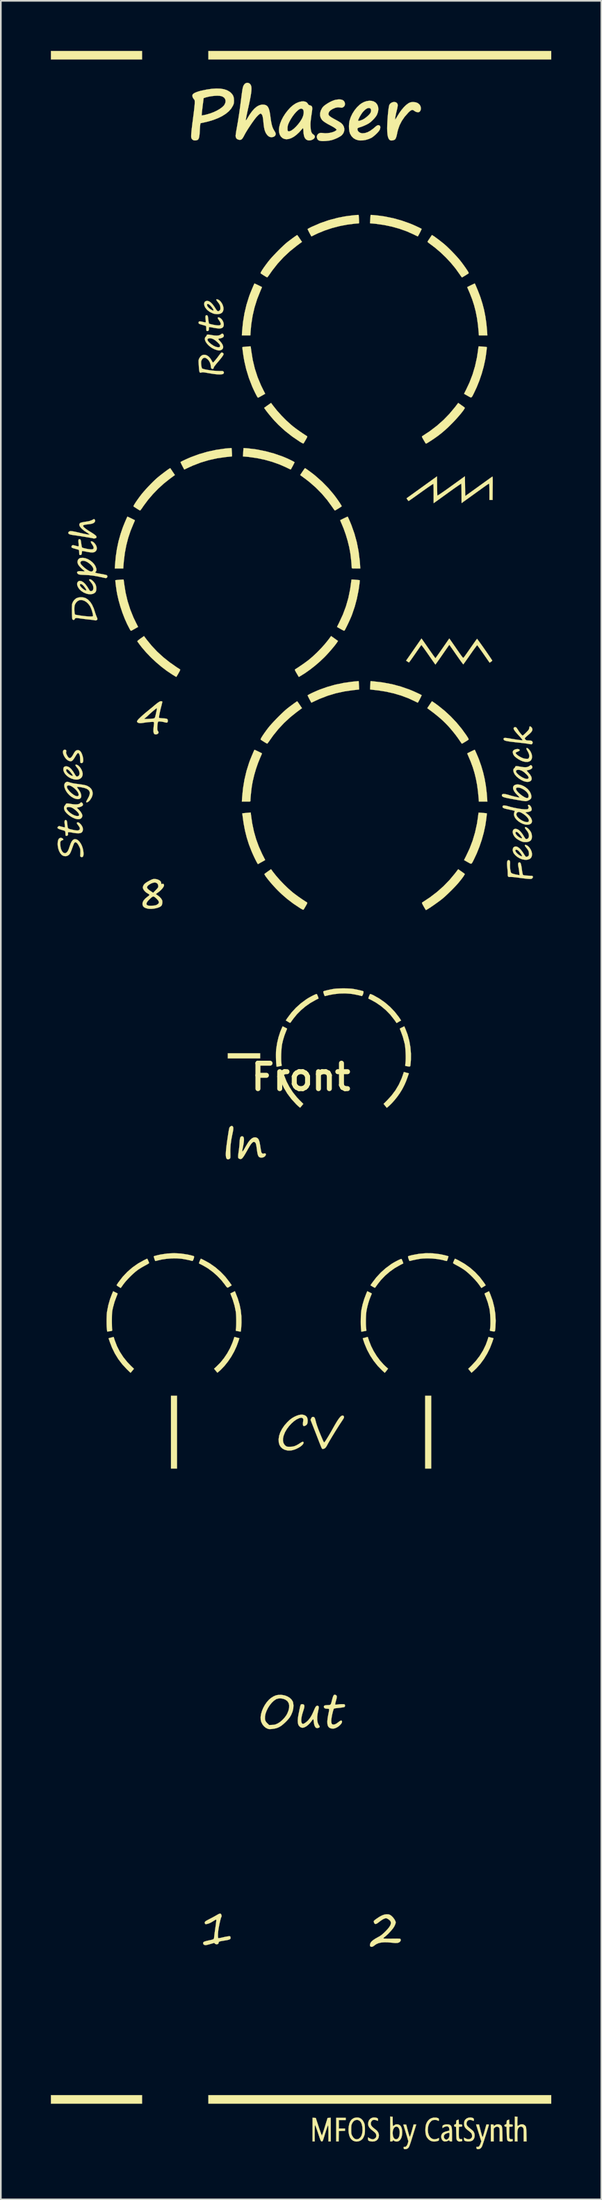
<source format=kicad_pcb>
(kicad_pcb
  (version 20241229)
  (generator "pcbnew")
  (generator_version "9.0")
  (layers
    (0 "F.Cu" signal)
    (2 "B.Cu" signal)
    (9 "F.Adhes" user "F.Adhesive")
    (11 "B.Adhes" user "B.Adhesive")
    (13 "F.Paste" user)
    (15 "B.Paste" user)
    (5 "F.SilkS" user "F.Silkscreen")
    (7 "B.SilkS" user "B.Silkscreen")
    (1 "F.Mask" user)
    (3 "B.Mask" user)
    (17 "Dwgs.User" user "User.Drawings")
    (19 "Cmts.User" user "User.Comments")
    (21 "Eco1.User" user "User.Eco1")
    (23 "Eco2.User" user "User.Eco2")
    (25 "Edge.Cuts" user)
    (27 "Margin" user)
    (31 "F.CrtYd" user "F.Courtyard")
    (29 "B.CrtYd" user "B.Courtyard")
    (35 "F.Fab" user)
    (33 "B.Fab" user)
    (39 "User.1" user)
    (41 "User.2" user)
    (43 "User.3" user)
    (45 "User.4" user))
  (footprint "Front"
    (layer "F.Cu")
    (at 14.991 61.494)
    (property "Reference" "Front" (at 0 0 0) (layer "F.SilkS") (effects (font (size 1.524 1.524) (thickness 0.3))))
    (attr through_hole)
    (fp_poly (pts (xy -9.525 -60.981) (xy -14.986 -60.981) (xy -14.986 -61.489) (xy -9.525 -61.489) (xy -9.525 -60.981)) (stroke (width 0.01) (type solid)) (fill yes) (layer "F.SilkS"))
    (fp_poly (pts (xy -9.525 61.51) (xy -14.986 61.51) (xy -14.986 61.002) (xy -9.525 61.002) (xy -9.525 61.51)) (stroke (width 0.01) (type solid)) (fill yes) (layer "F.SilkS"))
    (fp_poly (pts (xy -7.429 23.453) (xy -7.789 23.453) (xy -7.789 19.092) (xy -7.429 19.092) (xy -7.429 23.453)) (stroke (width 0.01) (type solid)) (fill yes) (layer "F.SilkS"))
    (fp_poly (pts (xy 7.811 23.453) (xy 7.451 23.453) (xy 7.451 19.092) (xy 7.811 19.092) (xy 7.811 23.453)) (stroke (width 0.01) (type solid)) (fill yes) (layer "F.SilkS"))
    (fp_poly (pts (xy 15.007 -60.981) (xy -5.546 -60.981) (xy -5.546 -61.489) (xy 15.007 -61.489) (xy 15.007 -60.981)) (stroke (width 0.01) (type solid)) (fill yes) (layer "F.SilkS"))
    (fp_poly (pts (xy 15.007 61.51) (xy -5.546 61.51) (xy -5.546 61.002) (xy 15.007 61.002) (xy 15.007 61.51)) (stroke (width 0.01) (type solid)) (fill yes) (layer "F.SilkS"))
    (fp_poly (pts (xy -2.445 -1.122) (xy -4.381 -1.122) (xy -4.381 -1.275) (xy -4.381 -1.429) (xy -2.445 -1.429) (xy -2.445 -1.122)) (stroke (width 0.01) (type solid)) (fill yes) (layer "F.SilkS"))
    (fp_poly (pts (xy 2.688 62.426) (xy 2.688 62.495) (xy 2.275 62.495) (xy 2.275 63.003) (xy 2.646 63.003) (xy 2.646 63.071) (xy 2.646 63.139) (xy 2.461 63.145) (xy 2.275 63.151) (xy 2.27 63.463) (xy 2.264 63.775) (xy 2.117 63.775) (xy 2.117 62.357) (xy 2.688 62.357) (xy 2.688 62.426)) (stroke (width 0.01) (type solid)) (fill yes) (layer "F.SilkS"))
    (fp_poly (pts (xy 11.551 15.647) (xy 11.471 15.884) (xy 11.335 16.234) (xy 11.167 16.572) (xy 10.973 16.891) (xy 10.755 17.186) (xy 10.518 17.451) (xy 10.36 17.6) (xy 10.228 17.716) (xy 10.13 17.596) (xy 10.032 17.477) (xy 10.219 17.295) (xy 10.486 17.01) (xy 10.72 16.704) (xy 10.92 16.38) (xy 11.083 16.043) (xy 11.18 15.779) (xy 11.248 15.567) (xy 11.551 15.647)) (stroke (width 0.01) (type solid)) (fill yes) (layer "F.SilkS"))
    (fp_poly (pts (xy -3.838 15.606) (xy -3.689 15.647) (xy -3.736 15.798) (xy -3.853 16.121) (xy -4 16.44) (xy -4.173 16.748) (xy -4.369 17.038) (xy -4.581 17.304) (xy -4.806 17.538) (xy -4.911 17.632) (xy -5.007 17.713) (xy -5.208 17.473) (xy -5.063 17.342) (xy -4.83 17.108) (xy -4.613 16.84) (xy -4.417 16.548) (xy -4.247 16.239) (xy -4.109 15.922) (xy -4.066 15.802) (xy -3.987 15.566) (xy -3.838 15.606)) (stroke (width 0.01) (type solid)) (fill yes) (layer "F.SilkS"))
    (fp_poly (pts (xy 4.087 15.802) (xy 4.208 16.111) (xy 4.361 16.415) (xy 4.541 16.707) (xy 4.742 16.979) (xy 4.959 17.222) (xy 5.084 17.342) (xy 5.226 17.469) (xy 5.185 17.524) (xy 5.144 17.577) (xy 5.095 17.638) (xy 5.086 17.649) (xy 5.027 17.718) (xy 4.864 17.568) (xy 4.604 17.302) (xy 4.366 17.004) (xy 4.152 16.68) (xy 3.968 16.336) (xy 3.818 15.98) (xy 3.756 15.798) (xy 3.709 15.647) (xy 4.008 15.566) (xy 4.087 15.802)) (stroke (width 0.01) (type solid)) (fill yes) (layer "F.SilkS"))
    (fp_poly (pts (xy 6.323 -0.268) (xy 6.474 -0.227) (xy 6.389 0.019) (xy 6.308 0.239) (xy 6.224 0.435) (xy 6.128 0.627) (xy 6.052 0.765) (xy 5.924 0.971) (xy 5.775 1.18) (xy 5.613 1.382) (xy 5.448 1.565) (xy 5.288 1.721) (xy 5.272 1.734) (xy 5.15 1.84) (xy 5.053 1.721) (xy 4.957 1.602) (xy 5.162 1.399) (xy 5.436 1.1) (xy 5.672 0.783) (xy 5.871 0.447) (xy 6.033 0.091) (xy 6.101 -0.096) (xy 6.173 -0.309) (xy 6.323 -0.268)) (stroke (width 0.01) (type solid)) (fill yes) (layer "F.SilkS"))
    (fp_poly (pts (xy -0.991 -0.067) (xy -0.858 0.268) (xy -0.686 0.596) (xy -0.482 0.91) (xy -0.247 1.203) (xy -0.072 1.389) (xy 0.145 1.603) (xy 0.06 1.706) (xy 0.013 1.763) (xy -0.025 1.808) (xy -0.042 1.828) (xy -0.062 1.82) (xy -0.106 1.786) (xy -0.169 1.732) (xy -0.244 1.661) (xy -0.29 1.616) (xy -0.572 1.308) (xy -0.816 0.983) (xy -1.023 0.638) (xy -1.195 0.271) (xy -1.29 0.014) (xy -1.371 -0.228) (xy -1.222 -0.268) (xy -1.072 -0.309) (xy -0.991 -0.067)) (stroke (width 0.01) (type solid)) (fill yes) (layer "F.SilkS"))
    (fp_poly (pts (xy -11.159 15.779) (xy -11.027 16.123) (xy -10.855 16.458) (xy -10.647 16.778) (xy -10.405 17.079) (xy -10.198 17.295) (xy -10.01 17.477) (xy -10.109 17.597) (xy -10.157 17.655) (xy -10.194 17.697) (xy -10.213 17.716) (xy -10.213 17.716) (xy -10.229 17.702) (xy -10.27 17.664) (xy -10.33 17.606) (xy -10.404 17.534) (xy -10.439 17.5) (xy -10.713 17.205) (xy -10.95 16.894) (xy -11.153 16.563) (xy -11.327 16.207) (xy -11.45 15.888) (xy -11.532 15.648) (xy -11.38 15.607) (xy -11.227 15.567) (xy -11.159 15.779)) (stroke (width 0.01) (type solid)) (fill yes) (layer "F.SilkS"))
    (fp_poly (pts (xy 4.173 -4.979) (xy 4.226 -4.961) (xy 4.3 -4.93) (xy 4.363 -4.899) (xy 4.71 -4.703) (xy 5.038 -4.472) (xy 5.343 -4.211) (xy 5.619 -3.923) (xy 5.863 -3.612) (xy 5.952 -3.479) (xy 6.008 -3.392) (xy 5.962 -3.37) (xy 5.916 -3.345) (xy 5.854 -3.309) (xy 5.828 -3.293) (xy 5.74 -3.239) (xy 5.597 -3.44) (xy 5.363 -3.737) (xy 5.096 -4.011) (xy 4.804 -4.257) (xy 4.492 -4.471) (xy 4.233 -4.614) (xy 4.155 -4.654) (xy 4.091 -4.686) (xy 4.052 -4.707) (xy 4.044 -4.712) (xy 4.047 -4.734) (xy 4.062 -4.782) (xy 4.085 -4.844) (xy 4.111 -4.906) (xy 4.134 -4.956) (xy 4.149 -4.981) (xy 4.173 -4.979)) (stroke (width 0.01) (type solid)) (fill yes) (layer "F.SilkS"))
    (fp_poly (pts (xy -10.383 -33.581) (xy -10.335 -33.559) (xy -10.268 -33.528) (xy -10.19 -33.49) (xy -10.111 -33.452) (xy -10.039 -33.416) (xy -9.984 -33.387) (xy -9.955 -33.371) (xy -9.953 -33.369) (xy -9.958 -33.349) (xy -9.978 -33.298) (xy -10.009 -33.225) (xy -10.04 -33.155) (xy -10.213 -32.733) (xy -10.356 -32.305) (xy -10.469 -31.865) (xy -10.556 -31.406) (xy -10.616 -30.921) (xy -10.638 -30.665) (xy -10.651 -30.48) (xy -11.158 -30.48) (xy -11.144 -30.697) (xy -11.1 -31.192) (xy -11.03 -31.661) (xy -10.934 -32.113) (xy -10.809 -32.558) (xy -10.699 -32.882) (xy -10.665 -32.975) (xy -10.622 -33.083) (xy -10.575 -33.198) (xy -10.527 -33.312) (xy -10.482 -33.417) (xy -10.443 -33.504) (xy -10.414 -33.565) (xy -10.402 -33.588) (xy -10.383 -33.581)) (stroke (width 0.01) (type solid)) (fill yes) (layer "F.SilkS"))
    (fp_poly (pts (xy -2.765 -47.55) (xy -2.717 -47.529) (xy -2.649 -47.498) (xy -2.571 -47.461) (xy -2.491 -47.422) (xy -2.419 -47.386) (xy -2.364 -47.358) (xy -2.335 -47.342) (xy -2.334 -47.341) (xy -2.34 -47.321) (xy -2.36 -47.27) (xy -2.391 -47.197) (xy -2.426 -47.116) (xy -2.622 -46.625) (xy -2.778 -46.128) (xy -2.896 -45.62) (xy -2.978 -45.096) (xy -3.017 -44.667) (xy -3.031 -44.45) (xy -3.539 -44.45) (xy -3.525 -44.688) (xy -3.473 -45.231) (xy -3.385 -45.767) (xy -3.262 -46.288) (xy -3.105 -46.788) (xy -3.097 -46.81) (xy -3.069 -46.884) (xy -3.033 -46.978) (xy -2.99 -47.084) (xy -2.945 -47.194) (xy -2.899 -47.302) (xy -2.858 -47.4) (xy -2.822 -47.48) (xy -2.797 -47.535) (xy -2.784 -47.557) (xy -2.765 -47.55)) (stroke (width 0.01) (type solid)) (fill yes) (layer "F.SilkS"))
    (fp_poly (pts (xy 10.423 -19.618) (xy 10.44 -19.585) (xy 10.469 -19.521) (xy 10.507 -19.437) (xy 10.549 -19.34) (xy 10.592 -19.24) (xy 10.632 -19.145) (xy 10.665 -19.065) (xy 10.676 -19.035) (xy 10.813 -18.647) (xy 10.926 -18.263) (xy 11.017 -17.874) (xy 11.087 -17.47) (xy 11.139 -17.043) (xy 11.166 -16.706) (xy 11.179 -16.51) (xy 10.672 -16.51) (xy 10.659 -16.674) (xy 10.618 -17.104) (xy 10.565 -17.501) (xy 10.495 -17.873) (xy 10.409 -18.225) (xy 10.305 -18.567) (xy 10.18 -18.906) (xy 10.061 -19.185) (xy 10.024 -19.27) (xy 9.995 -19.339) (xy 9.977 -19.385) (xy 9.974 -19.399) (xy 9.997 -19.413) (xy 10.048 -19.439) (xy 10.117 -19.474) (xy 10.196 -19.513) (xy 10.274 -19.551) (xy 10.344 -19.584) (xy 10.397 -19.608) (xy 10.422 -19.618) (xy 10.423 -19.618)) (stroke (width 0.01) (type solid)) (fill yes) (layer "F.SilkS"))
    (fp_poly (pts (xy -9.25 -26.219) (xy -8.949 -25.85) (xy -8.622 -25.502) (xy -8.264 -25.173) (xy -7.872 -24.86) (xy -7.443 -24.559) (xy -7.252 -24.437) (xy -7.24 -24.424) (xy -7.24 -24.401) (xy -7.253 -24.362) (xy -7.284 -24.301) (xy -7.334 -24.21) (xy -7.34 -24.199) (xy -7.388 -24.115) (xy -7.429 -24.045) (xy -7.459 -23.999) (xy -7.472 -23.982) (xy -7.493 -23.993) (xy -7.542 -24.022) (xy -7.614 -24.065) (xy -7.7 -24.117) (xy -7.712 -24.125) (xy -8.036 -24.342) (xy -8.363 -24.59) (xy -8.684 -24.862) (xy -8.992 -25.151) (xy -9.279 -25.449) (xy -9.537 -25.75) (xy -9.683 -25.939) (xy -9.734 -26.009) (xy -9.776 -26.068) (xy -9.803 -26.106) (xy -9.807 -26.113) (xy -9.797 -26.136) (xy -9.753 -26.178) (xy -9.678 -26.237) (xy -9.615 -26.283) (xy -9.408 -26.429) (xy -9.25 -26.219)) (stroke (width 0.01) (type solid)) (fill yes) (layer "F.SilkS"))
    (fp_poly (pts (xy 6.032 10.894) (xy 6.049 10.923) (xy 6.073 10.975) (xy 6.098 11.038) (xy 6.121 11.098) (xy 6.135 11.143) (xy 6.137 11.161) (xy 6.115 11.173) (xy 6.064 11.2) (xy 5.993 11.236) (xy 5.948 11.259) (xy 5.631 11.44) (xy 5.328 11.655) (xy 5.046 11.899) (xy 4.791 12.165) (xy 4.593 12.417) (xy 4.538 12.495) (xy 4.491 12.56) (xy 4.458 12.604) (xy 4.446 12.62) (xy 4.423 12.617) (xy 4.375 12.596) (xy 4.311 12.56) (xy 4.302 12.555) (xy 4.17 12.474) (xy 4.278 12.317) (xy 4.52 12.001) (xy 4.793 11.706) (xy 5.093 11.44) (xy 5.412 11.206) (xy 5.483 11.161) (xy 5.577 11.105) (xy 5.678 11.049) (xy 5.778 10.997) (xy 5.87 10.952) (xy 5.948 10.917) (xy 6.004 10.897) (xy 6.031 10.893) (xy 6.032 10.894)) (stroke (width 0.01) (type solid)) (fill yes) (layer "F.SilkS"))
    (fp_poly (pts (xy 11.904 62.763) (xy 11.957 62.783) (xy 11.998 62.807) (xy 12.028 62.84) (xy 12.05 62.888) (xy 12.064 62.956) (xy 12.074 63.05) (xy 12.079 63.175) (xy 12.082 63.337) (xy 12.082 63.343) (xy 12.089 63.775) (xy 11.917 63.775) (xy 11.917 63.377) (xy 11.917 63.237) (xy 11.916 63.134) (xy 11.913 63.061) (xy 11.908 63.011) (xy 11.901 62.978) (xy 11.89 62.956) (xy 11.874 62.938) (xy 11.868 62.932) (xy 11.797 62.892) (xy 11.72 62.89) (xy 11.644 62.926) (xy 11.619 62.948) (xy 11.557 63.01) (xy 11.557 63.775) (xy 11.388 63.775) (xy 11.388 62.759) (xy 11.472 62.759) (xy 11.527 62.762) (xy 11.551 62.776) (xy 11.557 62.808) (xy 11.557 62.814) (xy 11.557 62.869) (xy 11.621 62.815) (xy 11.716 62.76) (xy 11.82 62.746) (xy 11.904 62.763)) (stroke (width 0.01) (type solid)) (fill yes) (layer "F.SilkS"))
    (fp_poly (pts (xy -2.995 -15.734) (xy -2.921 -15.218) (xy -2.819 -14.73) (xy -2.687 -14.265) (xy -2.524 -13.818) (xy -2.329 -13.383) (xy -2.289 -13.303) (xy -2.239 -13.205) (xy -2.196 -13.121) (xy -2.164 -13.058) (xy -2.146 -13.022) (xy -2.144 -13.018) (xy -2.157 -13.002) (xy -2.197 -12.975) (xy -2.217 -12.964) (xy -2.277 -12.931) (xy -2.356 -12.887) (xy -2.437 -12.842) (xy -2.577 -12.763) (xy -2.609 -12.812) (xy -2.644 -12.872) (xy -2.692 -12.962) (xy -2.748 -13.075) (xy -2.809 -13.2) (xy -2.869 -13.331) (xy -2.926 -13.458) (xy -2.96 -13.538) (xy -3.116 -13.94) (xy -3.245 -14.348) (xy -3.351 -14.769) (xy -3.436 -15.212) (xy -3.501 -15.685) (xy -3.502 -15.699) (xy -3.515 -15.808) (xy -3.403 -15.82) (xy -3.319 -15.828) (xy -3.219 -15.838) (xy -3.15 -15.844) (xy -3.009 -15.857) (xy -2.995 -15.734)) (stroke (width 0.01) (type solid)) (fill yes) (layer "F.SilkS"))
    (fp_poly (pts (xy -1.654 -40.219) (xy -1.424 -39.931) (xy -1.165 -39.643) (xy -0.89 -39.364) (xy -0.609 -39.108) (xy -0.45 -38.977) (xy -0.341 -38.893) (xy -0.206 -38.794) (xy -0.056 -38.688) (xy 0.1 -38.581) (xy 0.25 -38.482) (xy 0.367 -38.407) (xy 0.38 -38.393) (xy 0.38 -38.37) (xy 0.365 -38.331) (xy 0.333 -38.269) (xy 0.287 -38.188) (xy 0.239 -38.105) (xy 0.197 -38.035) (xy 0.167 -37.987) (xy 0.154 -37.971) (xy 0.128 -37.972) (xy 0.072 -37.997) (xy -0.009 -38.042) (xy -0.054 -38.069) (xy -0.52 -38.385) (xy -0.952 -38.725) (xy -1.35 -39.089) (xy -1.588 -39.336) (xy -1.679 -39.439) (xy -1.779 -39.555) (xy -1.879 -39.676) (xy -1.976 -39.794) (xy -2.061 -39.903) (xy -2.129 -39.995) (xy -2.168 -40.051) (xy -2.204 -40.107) (xy -1.997 -40.254) (xy -1.79 -40.4) (xy -1.654 -40.219)) (stroke (width 0.01) (type solid)) (fill yes) (layer "F.SilkS"))
    (fp_poly (pts (xy 9.262 10.889) (xy 9.314 10.913) (xy 9.387 10.948) (xy 9.457 10.983) (xy 9.809 11.184) (xy 10.14 11.419) (xy 10.445 11.685) (xy 10.721 11.979) (xy 10.964 12.299) (xy 10.998 12.348) (xy 11.08 12.473) (xy 11.029 12.507) (xy 10.978 12.54) (xy 10.914 12.58) (xy 10.899 12.589) (xy 10.82 12.636) (xy 10.676 12.43) (xy 10.574 12.298) (xy 10.447 12.151) (xy 10.303 11.999) (xy 10.151 11.849) (xy 10.001 11.713) (xy 9.861 11.597) (xy 9.8 11.552) (xy 9.694 11.482) (xy 9.568 11.404) (xy 9.441 11.33) (xy 9.361 11.288) (xy 9.271 11.24) (xy 9.197 11.197) (xy 9.145 11.163) (xy 9.123 11.143) (xy 9.123 11.142) (xy 9.131 11.111) (xy 9.151 11.058) (xy 9.177 10.996) (xy 9.204 10.937) (xy 9.227 10.894) (xy 9.239 10.88) (xy 9.262 10.889)) (stroke (width 0.01) (type solid)) (fill yes) (layer "F.SilkS"))
    (fp_poly (pts (xy 10.424 -47.558) (xy 10.441 -47.528) (xy 10.47 -47.466) (xy 10.508 -47.379) (xy 10.552 -47.272) (xy 10.601 -47.155) (xy 10.649 -47.033) (xy 10.696 -46.913) (xy 10.737 -46.804) (xy 10.771 -46.71) (xy 10.771 -46.709) (xy 10.887 -46.341) (xy 10.983 -45.972) (xy 11.058 -45.592) (xy 11.116 -45.192) (xy 11.158 -44.764) (xy 11.166 -44.646) (xy 11.179 -44.45) (xy 10.672 -44.45) (xy 10.659 -44.614) (xy 10.617 -45.065) (xy 10.558 -45.483) (xy 10.481 -45.877) (xy 10.384 -46.253) (xy 10.265 -46.619) (xy 10.123 -46.983) (xy 10.061 -47.125) (xy 10.024 -47.21) (xy 9.995 -47.279) (xy 9.977 -47.325) (xy 9.974 -47.339) (xy 9.998 -47.353) (xy 10.049 -47.38) (xy 10.118 -47.415) (xy 10.197 -47.453) (xy 10.276 -47.491) (xy 10.346 -47.524) (xy 10.398 -47.548) (xy 10.423 -47.558) (xy 10.424 -47.558)) (stroke (width 0.01) (type solid)) (fill yes) (layer "F.SilkS"))
    (fp_poly (pts (xy 0.952 -4.981) (xy 0.969 -4.952) (xy 0.993 -4.899) (xy 1.019 -4.837) (xy 1.041 -4.776) (xy 1.055 -4.731) (xy 1.057 -4.713) (xy 1.035 -4.701) (xy 0.984 -4.674) (xy 0.913 -4.638) (xy 0.868 -4.615) (xy 0.568 -4.445) (xy 0.278 -4.242) (xy 0.006 -4.013) (xy -0.24 -3.765) (xy -0.452 -3.504) (xy -0.463 -3.489) (xy -0.52 -3.411) (xy -0.569 -3.343) (xy -0.605 -3.293) (xy -0.618 -3.276) (xy -0.635 -3.259) (xy -0.657 -3.257) (xy -0.694 -3.271) (xy -0.753 -3.306) (xy -0.776 -3.32) (xy -0.907 -3.399) (xy -0.8 -3.557) (xy -0.565 -3.868) (xy -0.296 -4.16) (xy 0.001 -4.426) (xy 0.318 -4.659) (xy 0.403 -4.714) (xy 0.497 -4.77) (xy 0.598 -4.826) (xy 0.698 -4.878) (xy 0.79 -4.923) (xy 0.868 -4.958) (xy 0.924 -4.978) (xy 0.951 -4.982) (xy 0.952 -4.981)) (stroke (width 0.01) (type solid)) (fill yes) (layer "F.SilkS"))
    (fp_poly (pts (xy 6.26 -2.904) (xy 6.394 -2.556) (xy 6.496 -2.186) (xy 6.564 -1.803) (xy 6.597 -1.414) (xy 6.595 -1.026) (xy 6.569 -0.736) (xy 6.559 -0.675) (xy 6.545 -0.646) (xy 6.518 -0.637) (xy 6.49 -0.637) (xy 6.422 -0.643) (xy 6.348 -0.655) (xy 6.344 -0.655) (xy 6.291 -0.667) (xy 6.258 -0.678) (xy 6.256 -0.68) (xy 6.254 -0.704) (xy 6.258 -0.759) (xy 6.267 -0.833) (xy 6.269 -0.847) (xy 6.279 -0.963) (xy 6.284 -1.11) (xy 6.284 -1.276) (xy 6.278 -1.452) (xy 6.268 -1.626) (xy 6.254 -1.788) (xy 6.237 -1.926) (xy 6.224 -1.996) (xy 6.114 -2.408) (xy 5.998 -2.728) (xy 5.966 -2.806) (xy 5.943 -2.868) (xy 5.931 -2.905) (xy 5.931 -2.91) (xy 5.952 -2.922) (xy 6 -2.947) (xy 6.065 -2.98) (xy 6.067 -2.981) (xy 6.197 -3.046) (xy 6.26 -2.904)) (stroke (width 0.01) (type solid)) (fill yes) (layer "F.SilkS"))
    (fp_poly (pts (xy 11.352 13.002) (xy 11.492 13.384) (xy 11.593 13.78) (xy 11.656 14.186) (xy 11.68 14.596) (xy 11.663 15.004) (xy 11.649 15.129) (xy 11.64 15.193) (xy 11.628 15.226) (xy 11.604 15.237) (xy 11.57 15.238) (xy 11.502 15.232) (xy 11.428 15.22) (xy 11.424 15.22) (xy 11.371 15.208) (xy 11.338 15.197) (xy 11.336 15.195) (xy 11.334 15.171) (xy 11.338 15.116) (xy 11.347 15.042) (xy 11.349 15.028) (xy 11.359 14.913) (xy 11.364 14.768) (xy 11.363 14.603) (xy 11.358 14.428) (xy 11.348 14.254) (xy 11.335 14.092) (xy 11.317 13.954) (xy 11.304 13.879) (xy 11.204 13.497) (xy 11.077 13.149) (xy 11.044 13.07) (xy 11.021 13.009) (xy 11.01 12.972) (xy 11.01 12.966) (xy 11.031 12.954) (xy 11.08 12.928) (xy 11.146 12.895) (xy 11.147 12.894) (xy 11.277 12.829) (xy 11.352 13.002)) (stroke (width 0.01) (type solid)) (fill yes) (layer "F.SilkS"))
    (fp_poly (pts (xy -5.972 10.889) (xy -5.917 10.915) (xy -5.842 10.953) (xy -5.755 10.998) (xy -5.664 11.047) (xy -5.577 11.095) (xy -5.503 11.137) (xy -5.462 11.161) (xy -5.129 11.394) (xy -4.819 11.661) (xy -4.535 11.957) (xy -4.283 12.28) (xy -4.257 12.317) (xy -4.15 12.473) (xy -4.242 12.531) (xy -4.314 12.577) (xy -4.364 12.605) (xy -4.402 12.611) (xy -4.436 12.594) (xy -4.475 12.55) (xy -4.528 12.477) (xy -4.558 12.434) (xy -4.766 12.171) (xy -5.007 11.917) (xy -5.271 11.683) (xy -5.549 11.477) (xy -5.55 11.476) (xy -5.625 11.428) (xy -5.717 11.373) (xy -5.818 11.316) (xy -5.918 11.261) (xy -6.006 11.215) (xy -6.075 11.182) (xy -6.103 11.17) (xy -6.109 11.147) (xy -6.094 11.091) (xy -6.067 11.021) (xy -6.036 10.952) (xy -6.012 10.902) (xy -5.999 10.88) (xy -5.998 10.88) (xy -5.972 10.889)) (stroke (width 0.01) (type solid)) (fill yes) (layer "F.SilkS"))
    (fp_poly (pts (xy 2.018 -26.284) (xy 2.224 -26.137) (xy 2.183 -26.072) (xy 2.123 -25.985) (xy 2.039 -25.875) (xy 1.937 -25.749) (xy 1.822 -25.613) (xy 1.7 -25.474) (xy 1.578 -25.338) (xy 1.46 -25.213) (xy 1.404 -25.156) (xy 1.135 -24.901) (xy 0.848 -24.654) (xy 0.551 -24.422) (xy 0.255 -24.212) (xy -0.025 -24.037) (xy -0.124 -23.979) (xy -0.155 -24.028) (xy -0.179 -24.068) (xy -0.218 -24.134) (xy -0.264 -24.213) (xy -0.283 -24.246) (xy -0.328 -24.327) (xy -0.354 -24.379) (xy -0.362 -24.411) (xy -0.356 -24.429) (xy -0.346 -24.437) (xy -0.24 -24.504) (xy -0.114 -24.587) (xy 0.023 -24.68) (xy 0.162 -24.777) (xy 0.292 -24.87) (xy 0.404 -24.953) (xy 0.476 -25.008) (xy 0.724 -25.22) (xy 0.975 -25.457) (xy 1.221 -25.709) (xy 1.449 -25.965) (xy 1.651 -26.216) (xy 1.676 -26.249) (xy 1.811 -26.431) (xy 2.018 -26.284)) (stroke (width 0.01) (type solid)) (fill yes) (layer "F.SilkS"))
    (fp_poly (pts (xy -3.925 12.906) (xy -3.782 13.274) (xy -3.676 13.628) (xy -3.605 13.978) (xy -3.568 14.328) (xy -3.562 14.686) (xy -3.564 14.743) (xy -3.57 14.865) (xy -3.577 14.98) (xy -3.584 15.076) (xy -3.591 15.145) (xy -3.594 15.167) (xy -3.609 15.252) (xy -3.752 15.228) (xy -3.824 15.215) (xy -3.879 15.204) (xy -3.903 15.196) (xy -3.903 15.196) (xy -3.904 15.172) (xy -3.9 15.119) (xy -3.894 15.071) (xy -3.884 14.974) (xy -3.878 14.846) (xy -3.876 14.698) (xy -3.876 14.539) (xy -3.88 14.382) (xy -3.887 14.237) (xy -3.897 14.114) (xy -3.904 14.055) (xy -3.978 13.695) (xy -4.086 13.338) (xy -4.138 13.201) (xy -4.174 13.11) (xy -4.203 13.035) (xy -4.222 12.983) (xy -4.227 12.963) (xy -4.227 12.963) (xy -4.208 12.952) (xy -4.16 12.928) (xy -4.095 12.895) (xy -4.091 12.893) (xy -3.959 12.827) (xy -3.925 12.906)) (stroke (width 0.01) (type solid)) (fill yes) (layer "F.SilkS"))
    (fp_poly (pts (xy -0.966 -2.981) (xy -0.9 -2.948) (xy -0.851 -2.922) (xy -0.829 -2.91) (xy -0.829 -2.91) (xy -0.834 -2.889) (xy -0.852 -2.839) (xy -0.881 -2.771) (xy -0.888 -2.755) (xy -0.981 -2.514) (xy -1.063 -2.251) (xy -1.124 -1.996) (xy -1.144 -1.873) (xy -1.16 -1.721) (xy -1.172 -1.551) (xy -1.181 -1.373) (xy -1.184 -1.198) (xy -1.183 -1.037) (xy -1.176 -0.901) (xy -1.169 -0.836) (xy -1.159 -0.762) (xy -1.155 -0.706) (xy -1.155 -0.68) (xy -1.156 -0.68) (xy -1.179 -0.672) (xy -1.232 -0.66) (xy -1.305 -0.647) (xy -1.31 -0.646) (xy -1.456 -0.621) (xy -1.469 -0.718) (xy -1.482 -0.848) (xy -1.491 -1.006) (xy -1.496 -1.177) (xy -1.497 -1.348) (xy -1.494 -1.507) (xy -1.485 -1.64) (xy -1.483 -1.662) (xy -1.428 -2.033) (xy -1.344 -2.39) (xy -1.235 -2.724) (xy -1.164 -2.894) (xy -1.096 -3.046) (xy -0.966 -2.981)) (stroke (width 0.01) (type solid)) (fill yes) (layer "F.SilkS"))
    (fp_poly (pts (xy 4.337 -23.717) (xy 4.905 -23.65) (xy 5.451 -23.548) (xy 5.978 -23.408) (xy 6.487 -23.232) (xy 6.699 -23.146) (xy 6.801 -23.101) (xy 6.908 -23.052) (xy 7.012 -23.004) (xy 7.105 -22.96) (xy 7.179 -22.922) (xy 7.226 -22.897) (xy 7.238 -22.888) (xy 7.233 -22.867) (xy 7.212 -22.819) (xy 7.179 -22.751) (xy 7.14 -22.673) (xy 7.099 -22.594) (xy 7.06 -22.523) (xy 7.029 -22.468) (xy 7.009 -22.44) (xy 7.006 -22.438) (xy 6.984 -22.447) (xy 6.933 -22.472) (xy 6.865 -22.506) (xy 6.847 -22.515) (xy 6.45 -22.699) (xy 6.025 -22.859) (xy 5.578 -22.992) (xy 5.116 -23.097) (xy 4.648 -23.172) (xy 4.493 -23.19) (xy 4.379 -23.202) (xy 4.281 -23.213) (xy 4.206 -23.222) (xy 4.161 -23.229) (xy 4.152 -23.231) (xy 4.15 -23.254) (xy 4.151 -23.31) (xy 4.154 -23.391) (xy 4.16 -23.485) (xy 4.175 -23.731) (xy 4.337 -23.717)) (stroke (width 0.01) (type solid)) (fill yes) (layer "F.SilkS"))
    (fp_poly (pts (xy -7.197 10.57) (xy -6.794 10.631) (xy -6.668 10.659) (xy -6.573 10.682) (xy -6.493 10.704) (xy -6.437 10.721) (xy -6.416 10.73) (xy -6.405 10.758) (xy -6.409 10.81) (xy -6.425 10.874) (xy -6.449 10.937) (xy -6.476 10.988) (xy -6.503 11.016) (xy -6.516 11.017) (xy -6.567 11.001) (xy -6.65 10.98) (xy -6.754 10.957) (xy -6.869 10.933) (xy -6.984 10.911) (xy -7.09 10.893) (xy -7.175 10.881) (xy -7.453 10.86) (xy -7.75 10.863) (xy -8.055 10.887) (xy -8.352 10.932) (xy -8.628 10.996) (xy -8.704 11.019) (xy -8.726 11.017) (xy -8.746 10.992) (xy -8.768 10.936) (xy -8.783 10.889) (xy -8.805 10.818) (xy -8.82 10.765) (xy -8.826 10.741) (xy -8.826 10.74) (xy -8.807 10.729) (xy -8.753 10.712) (xy -8.673 10.69) (xy -8.574 10.665) (xy -8.463 10.64) (xy -8.4 10.627) (xy -8.005 10.568) (xy -7.603 10.549) (xy -7.197 10.57)) (stroke (width 0.01) (type solid)) (fill yes) (layer "F.SilkS"))
    (fp_poly (pts (xy -4.088 2.949) (xy -4.064 2.99) (xy -4.053 3.046) (xy -4.055 3.122) (xy -4.069 3.225) (xy -4.096 3.361) (xy -4.103 3.389) (xy -4.171 3.736) (xy -4.215 4.056) (xy -4.232 4.346) (xy -4.232 4.456) (xy -4.229 4.594) (xy -4.228 4.696) (xy -4.228 4.768) (xy -4.231 4.817) (xy -4.237 4.847) (xy -4.246 4.867) (xy -4.26 4.881) (xy -4.274 4.893) (xy -4.341 4.927) (xy -4.404 4.924) (xy -4.455 4.883) (xy -4.457 4.88) (xy -4.478 4.835) (xy -4.493 4.773) (xy -4.501 4.692) (xy -4.502 4.588) (xy -4.496 4.46) (xy -4.482 4.304) (xy -4.461 4.117) (xy -4.432 3.897) (xy -4.395 3.642) (xy -4.35 3.347) (xy -4.349 3.344) (xy -4.329 3.218) (xy -4.312 3.126) (xy -4.297 3.063) (xy -4.282 3.02) (xy -4.265 2.991) (xy -4.243 2.969) (xy -4.243 2.969) (xy -4.179 2.929) (xy -4.123 2.926) (xy -4.088 2.949)) (stroke (width 0.01) (type solid)) (fill yes) (layer "F.SilkS"))
    (fp_poly (pts (xy 3.48 -23.483) (xy 3.485 -23.386) (xy 3.488 -23.306) (xy 3.49 -23.251) (xy 3.488 -23.23) (xy 3.466 -23.226) (xy 3.409 -23.219) (xy 3.324 -23.209) (xy 3.219 -23.197) (xy 3.146 -23.19) (xy 2.621 -23.116) (xy 2.106 -23.004) (xy 1.606 -22.854) (xy 1.125 -22.669) (xy 0.912 -22.572) (xy 0.813 -22.525) (xy 0.728 -22.485) (xy 0.666 -22.455) (xy 0.631 -22.439) (xy 0.627 -22.437) (xy 0.616 -22.454) (xy 0.591 -22.502) (xy 0.553 -22.572) (xy 0.513 -22.646) (xy 0.469 -22.731) (xy 0.433 -22.804) (xy 0.409 -22.855) (xy 0.402 -22.875) (xy 0.421 -22.892) (xy 0.472 -22.922) (xy 0.549 -22.963) (xy 0.646 -23.011) (xy 0.757 -23.063) (xy 0.875 -23.116) (xy 0.993 -23.167) (xy 1.106 -23.213) (xy 1.111 -23.216) (xy 1.585 -23.384) (xy 2.063 -23.519) (xy 2.554 -23.621) (xy 3.065 -23.694) (xy 3.304 -23.717) (xy 3.465 -23.731) (xy 3.48 -23.483)) (stroke (width 0.01) (type solid)) (fill yes) (layer "F.SilkS"))
    (fp_poly (pts (xy -3.361 -37.692) (xy -3.279 -37.686) (xy -3.179 -37.678) (xy -3.161 -37.676) (xy -2.649 -37.612) (xy -2.133 -37.509) (xy -1.622 -37.371) (xy -1.126 -37.2) (xy -1.048 -37.17) (xy -0.944 -37.127) (xy -0.833 -37.078) (xy -0.721 -37.027) (xy -0.614 -36.976) (xy -0.52 -36.929) (xy -0.446 -36.889) (xy -0.397 -36.86) (xy -0.381 -36.845) (xy -0.39 -36.819) (xy -0.415 -36.766) (xy -0.45 -36.697) (xy -0.49 -36.619) (xy -0.532 -36.543) (xy -0.569 -36.476) (xy -0.598 -36.428) (xy -0.613 -36.409) (xy -0.614 -36.409) (xy -0.636 -36.418) (xy -0.688 -36.443) (xy -0.765 -36.479) (xy -0.858 -36.524) (xy -0.891 -36.541) (xy -1.295 -36.718) (xy -1.728 -36.871) (xy -2.181 -36.998) (xy -2.649 -37.095) (xy -3.124 -37.163) (xy -3.309 -37.18) (xy -3.474 -37.194) (xy -3.459 -37.44) (xy -3.453 -37.538) (xy -3.447 -37.618) (xy -3.442 -37.673) (xy -3.439 -37.694) (xy -3.417 -37.694) (xy -3.361 -37.692)) (stroke (width 0.01) (type solid)) (fill yes) (layer "F.SilkS"))
    (fp_poly (pts (xy 4.112 12.893) (xy 4.178 12.926) (xy 4.227 12.952) (xy 4.249 12.964) (xy 4.25 12.964) (xy 4.244 12.984) (xy 4.226 13.034) (xy 4.197 13.106) (xy 4.179 13.147) (xy 4.109 13.33) (xy 4.042 13.539) (xy 3.984 13.755) (xy 3.94 13.963) (xy 3.927 14.042) (xy 3.913 14.164) (xy 3.903 14.312) (xy 3.897 14.475) (xy 3.895 14.642) (xy 3.896 14.802) (xy 3.902 14.943) (xy 3.913 15.054) (xy 3.914 15.06) (xy 3.922 15.128) (xy 3.926 15.178) (xy 3.924 15.195) (xy 3.901 15.203) (xy 3.848 15.215) (xy 3.775 15.228) (xy 3.77 15.229) (xy 3.622 15.254) (xy 3.605 15.094) (xy 3.596 14.969) (xy 3.59 14.818) (xy 3.588 14.651) (xy 3.591 14.477) (xy 3.596 14.308) (xy 3.605 14.153) (xy 3.617 14.023) (xy 3.628 13.949) (xy 3.698 13.624) (xy 3.792 13.307) (xy 3.914 12.981) (xy 3.946 12.906) (xy 3.98 12.827) (xy 4.112 12.893)) (stroke (width 0.01) (type solid)) (fill yes) (layer "F.SilkS"))
    (fp_poly (pts (xy 7.9 10.557) (xy 8.297 10.604) (xy 8.421 10.627) (xy 8.535 10.651) (xy 8.642 10.677) (xy 8.734 10.7) (xy 8.803 10.721) (xy 8.842 10.735) (xy 8.848 10.74) (xy 8.842 10.763) (xy 8.827 10.815) (xy 8.805 10.885) (xy 8.804 10.889) (xy 8.779 10.965) (xy 8.758 11.006) (xy 8.737 11.02) (xy 8.725 11.019) (xy 8.463 10.95) (xy 8.176 10.9) (xy 7.877 10.869) (xy 7.58 10.859) (xy 7.298 10.87) (xy 7.196 10.881) (xy 7.11 10.893) (xy 7.003 10.912) (xy 6.888 10.934) (xy 6.773 10.958) (xy 6.669 10.981) (xy 6.587 11.001) (xy 6.537 11.017) (xy 6.516 11.017) (xy 6.496 10.993) (xy 6.473 10.939) (xy 6.455 10.889) (xy 6.432 10.812) (xy 6.422 10.766) (xy 6.427 10.74) (xy 6.437 10.73) (xy 6.469 10.718) (xy 6.532 10.699) (xy 6.617 10.677) (xy 6.689 10.659) (xy 7.091 10.585) (xy 7.496 10.551) (xy 7.9 10.557)) (stroke (width 0.01) (type solid)) (fill yes) (layer "F.SilkS"))
    (fp_poly (pts (xy 7.919 -22.485) (xy 7.96 -22.458) (xy 8.026 -22.412) (xy 8.109 -22.353) (xy 8.199 -22.287) (xy 8.209 -22.28) (xy 8.598 -21.969) (xy 8.972 -21.625) (xy 9.323 -21.256) (xy 9.645 -20.867) (xy 9.908 -20.501) (xy 9.976 -20.398) (xy 10.022 -20.324) (xy 10.047 -20.274) (xy 10.056 -20.243) (xy 10.051 -20.225) (xy 10.05 -20.223) (xy 10.019 -20.201) (xy 9.965 -20.164) (xy 9.896 -20.121) (xy 9.821 -20.075) (xy 9.751 -20.033) (xy 9.694 -20) (xy 9.659 -19.983) (xy 9.654 -19.981) (xy 9.637 -19.998) (xy 9.603 -20.043) (xy 9.556 -20.11) (xy 9.511 -20.177) (xy 9.4 -20.336) (xy 9.268 -20.514) (xy 9.12 -20.7) (xy 8.966 -20.884) (xy 8.829 -21.038) (xy 8.68 -21.195) (xy 8.524 -21.347) (xy 8.354 -21.5) (xy 8.165 -21.659) (xy 7.952 -21.828) (xy 7.709 -22.011) (xy 7.634 -22.066) (xy 7.576 -22.109) (xy 7.715 -22.316) (xy 7.854 -22.523) (xy 7.919 -22.485)) (stroke (width 0.01) (type solid)) (fill yes) (layer "F.SilkS"))
    (fp_poly (pts (xy -11.126 12.894) (xy -11.06 12.927) (xy -11.011 12.953) (xy -10.989 12.966) (xy -10.988 12.966) (xy -10.993 12.987) (xy -11.011 13.038) (xy -11.039 13.109) (xy -11.055 13.149) (xy -11.174 13.468) (xy -11.269 13.816) (xy -11.285 13.89) (xy -11.302 13.973) (xy -11.314 14.052) (xy -11.322 14.136) (xy -11.328 14.234) (xy -11.331 14.355) (xy -11.333 14.506) (xy -11.333 14.563) (xy -11.333 14.703) (xy -11.331 14.835) (xy -11.329 14.949) (xy -11.325 15.039) (xy -11.32 15.097) (xy -11.319 15.105) (xy -11.312 15.155) (xy -11.317 15.186) (xy -11.341 15.206) (xy -11.392 15.218) (xy -11.477 15.229) (xy -11.49 15.231) (xy -11.616 15.245) (xy -11.634 15.078) (xy -11.644 14.959) (xy -11.649 14.813) (xy -11.651 14.651) (xy -11.65 14.486) (xy -11.645 14.327) (xy -11.638 14.186) (xy -11.627 14.073) (xy -11.624 14.055) (xy -11.55 13.672) (xy -11.445 13.305) (xy -11.331 13.002) (xy -11.256 12.829) (xy -11.126 12.894)) (stroke (width 0.01) (type solid)) (fill yes) (layer "F.SilkS"))
    (fp_poly (pts (xy 9.618 -40.268) (xy 9.696 -40.213) (xy 9.762 -40.165) (xy 9.807 -40.13) (xy 9.823 -40.117) (xy 9.823 -40.089) (xy 9.795 -40.035) (xy 9.744 -39.957) (xy 9.672 -39.86) (xy 9.581 -39.747) (xy 9.476 -39.623) (xy 9.359 -39.489) (xy 9.233 -39.351) (xy 9.1 -39.212) (xy 9.081 -39.193) (xy 8.848 -38.961) (xy 8.626 -38.757) (xy 8.407 -38.572) (xy 8.18 -38.398) (xy 7.936 -38.228) (xy 7.829 -38.157) (xy 7.713 -38.082) (xy 7.628 -38.028) (xy 7.568 -37.992) (xy 7.528 -37.972) (xy 7.502 -37.965) (xy 7.485 -37.971) (xy 7.473 -37.986) (xy 7.464 -37.999) (xy 7.44 -38.039) (xy 7.402 -38.104) (xy 7.356 -38.182) (xy 7.336 -38.216) (xy 7.29 -38.297) (xy 7.264 -38.349) (xy 7.256 -38.381) (xy 7.262 -38.399) (xy 7.272 -38.407) (xy 7.731 -38.709) (xy 8.155 -39.033) (xy 8.546 -39.379) (xy 8.908 -39.752) (xy 9.243 -40.153) (xy 9.28 -40.201) (xy 9.431 -40.401) (xy 9.618 -40.268)) (stroke (width 0.01) (type solid)) (fill yes) (layer "F.SilkS"))
    (fp_poly (pts (xy -1.671 -12.297) (xy -1.479 -12.055) (xy -1.259 -11.804) (xy -1.021 -11.555) (xy -0.776 -11.318) (xy -0.532 -11.103) (xy -0.45 -11.037) (xy -0.341 -10.953) (xy -0.206 -10.854) (xy -0.056 -10.748) (xy 0.1 -10.641) (xy 0.25 -10.542) (xy 0.367 -10.467) (xy 0.38 -10.453) (xy 0.38 -10.43) (xy 0.365 -10.391) (xy 0.333 -10.329) (xy 0.287 -10.248) (xy 0.239 -10.165) (xy 0.197 -10.095) (xy 0.167 -10.047) (xy 0.154 -10.031) (xy 0.128 -10.032) (xy 0.072 -10.057) (xy -0.009 -10.102) (xy -0.051 -10.128) (xy -0.455 -10.397) (xy -0.825 -10.678) (xy -1.17 -10.978) (xy -1.361 -11.162) (xy -1.483 -11.287) (xy -1.605 -11.418) (xy -1.723 -11.549) (xy -1.834 -11.678) (xy -1.936 -11.8) (xy -2.024 -11.912) (xy -2.097 -12.009) (xy -2.15 -12.088) (xy -2.18 -12.144) (xy -2.184 -12.175) (xy -2.183 -12.176) (xy -2.158 -12.196) (xy -2.107 -12.234) (xy -2.037 -12.285) (xy -1.977 -12.328) (xy -1.791 -12.46) (xy -1.671 -12.297)) (stroke (width 0.01) (type solid)) (fill yes) (layer "F.SilkS"))
    (fp_poly (pts (xy 12.906 62.289) (xy 12.986 62.297) (xy 12.979 62.552) (xy 12.977 62.677) (xy 12.977 62.765) (xy 12.983 62.819) (xy 12.994 62.845) (xy 13.013 62.848) (xy 13.041 62.83) (xy 13.06 62.815) (xy 13.149 62.763) (xy 13.246 62.745) (xy 13.34 62.76) (xy 13.421 62.805) (xy 13.472 62.865) (xy 13.487 62.894) (xy 13.498 62.928) (xy 13.506 62.973) (xy 13.512 63.035) (xy 13.516 63.121) (xy 13.52 63.237) (xy 13.522 63.357) (xy 13.529 63.775) (xy 13.356 63.775) (xy 13.356 63.386) (xy 13.356 63.248) (xy 13.355 63.145) (xy 13.351 63.072) (xy 13.346 63.021) (xy 13.338 62.986) (xy 13.326 62.961) (xy 13.312 62.942) (xy 13.252 62.895) (xy 13.179 62.883) (xy 13.106 62.905) (xy 13.053 62.949) (xy 13.022 63) (xy 12.999 63.069) (xy 12.984 63.163) (xy 12.977 63.286) (xy 12.977 63.443) (xy 12.979 63.526) (xy 12.986 63.775) (xy 12.906 63.775) (xy 12.827 63.775) (xy 12.827 62.282) (xy 12.906 62.289)) (stroke (width 0.01) (type solid)) (fill yes) (layer "F.SilkS"))
    (fp_poly (pts (xy 2.805 -33.588) (xy 2.818 -33.562) (xy 2.845 -33.507) (xy 2.88 -33.428) (xy 2.921 -33.335) (xy 2.963 -33.237) (xy 3.003 -33.14) (xy 3.026 -33.084) (xy 3.208 -32.572) (xy 3.353 -32.045) (xy 3.459 -31.5) (xy 3.529 -30.936) (xy 3.546 -30.708) (xy 3.56 -30.48) (xy 3.304 -30.48) (xy 3.196 -30.481) (xy 3.123 -30.483) (xy 3.079 -30.488) (xy 3.056 -30.497) (xy 3.049 -30.51) (xy 3.048 -30.518) (xy 3.045 -30.589) (xy 3.038 -30.692) (xy 3.028 -30.817) (xy 3.015 -30.956) (xy 3 -31.097) (xy 2.984 -31.232) (xy 2.969 -31.351) (xy 2.962 -31.401) (xy 2.896 -31.756) (xy 2.805 -32.127) (xy 2.693 -32.501) (xy 2.565 -32.863) (xy 2.455 -33.128) (xy 2.416 -33.219) (xy 2.383 -33.295) (xy 2.362 -33.348) (xy 2.355 -33.37) (xy 2.355 -33.371) (xy 2.379 -33.385) (xy 2.43 -33.411) (xy 2.5 -33.446) (xy 2.579 -33.484) (xy 2.658 -33.522) (xy 2.728 -33.555) (xy 2.779 -33.578) (xy 2.804 -33.588) (xy 2.805 -33.588)) (stroke (width 0.01) (type solid)) (fill yes) (layer "F.SilkS"))
    (fp_poly (pts (xy 4.264 -51.663) (xy 4.351 -51.656) (xy 4.458 -51.646) (xy 4.579 -51.633) (xy 4.706 -51.618) (xy 4.831 -51.601) (xy 4.948 -51.585) (xy 5.035 -51.571) (xy 5.542 -51.467) (xy 6.048 -51.326) (xy 6.539 -51.151) (xy 6.624 -51.117) (xy 6.724 -51.075) (xy 6.832 -51.027) (xy 6.941 -50.977) (xy 7.044 -50.929) (xy 7.132 -50.886) (xy 7.199 -50.852) (xy 7.235 -50.831) (xy 7.238 -50.828) (xy 7.233 -50.807) (xy 7.212 -50.759) (xy 7.179 -50.691) (xy 7.14 -50.613) (xy 7.099 -50.534) (xy 7.06 -50.463) (xy 7.029 -50.409) (xy 7.009 -50.381) (xy 7.006 -50.379) (xy 6.984 -50.388) (xy 6.932 -50.413) (xy 6.856 -50.449) (xy 6.764 -50.494) (xy 6.742 -50.505) (xy 6.34 -50.683) (xy 5.91 -50.836) (xy 5.458 -50.963) (xy 4.989 -51.061) (xy 4.511 -51.13) (xy 4.31 -51.15) (xy 4.144 -51.164) (xy 4.159 -51.411) (xy 4.165 -51.508) (xy 4.172 -51.588) (xy 4.177 -51.643) (xy 4.18 -51.664) (xy 4.205 -51.666) (xy 4.264 -51.663)) (stroke (width 0.01) (type solid)) (fill yes) (layer "F.SilkS"))
    (fp_poly (pts (xy -9.204 10.897) (xy -9.181 10.942) (xy -9.153 11.002) (xy -9.127 11.063) (xy -9.108 11.114) (xy -9.102 11.142) (xy -9.12 11.16) (xy -9.169 11.192) (xy -9.241 11.235) (xy -9.329 11.282) (xy -9.34 11.288) (xy -9.458 11.352) (xy -9.587 11.428) (xy -9.709 11.505) (xy -9.779 11.552) (xy -9.911 11.655) (xy -10.058 11.782) (xy -10.21 11.927) (xy -10.359 12.079) (xy -10.495 12.229) (xy -10.609 12.369) (xy -10.655 12.43) (xy -10.711 12.51) (xy -10.758 12.576) (xy -10.79 12.62) (xy -10.802 12.636) (xy -10.802 12.636) (xy -10.821 12.625) (xy -10.865 12.598) (xy -10.926 12.561) (xy -10.927 12.56) (xy -10.989 12.52) (xy -11.032 12.487) (xy -11.049 12.469) (xy -11.049 12.469) (xy -11.038 12.446) (xy -11.008 12.397) (xy -10.964 12.33) (xy -10.941 12.296) (xy -10.691 11.97) (xy -10.411 11.672) (xy -10.101 11.404) (xy -9.766 11.169) (xy -9.425 10.977) (xy -9.343 10.937) (xy -9.275 10.904) (xy -9.231 10.884) (xy -9.218 10.88) (xy -9.204 10.897)) (stroke (width 0.01) (type solid)) (fill yes) (layer "F.SilkS"))
    (fp_poly (pts (xy 9.615 -12.329) (xy 9.694 -12.274) (xy 9.76 -12.226) (xy 9.806 -12.191) (xy 9.822 -12.178) (xy 9.82 -12.152) (xy 9.791 -12.099) (xy 9.741 -12.021) (xy 9.671 -11.924) (xy 9.584 -11.811) (xy 9.483 -11.687) (xy 9.418 -11.609) (xy 9.328 -11.508) (xy 9.214 -11.386) (xy 9.084 -11.253) (xy 8.946 -11.116) (xy 8.808 -10.982) (xy 8.677 -10.859) (xy 8.562 -10.756) (xy 8.509 -10.711) (xy 8.424 -10.643) (xy 8.322 -10.565) (xy 8.207 -10.481) (xy 8.086 -10.394) (xy 7.964 -10.307) (xy 7.845 -10.226) (xy 7.735 -10.152) (xy 7.639 -10.091) (xy 7.564 -10.045) (xy 7.513 -10.018) (xy 7.495 -10.012) (xy 7.48 -10.03) (xy 7.45 -10.077) (xy 7.408 -10.147) (xy 7.361 -10.229) (xy 7.309 -10.323) (xy 7.277 -10.387) (xy 7.261 -10.427) (xy 7.26 -10.451) (xy 7.271 -10.465) (xy 7.274 -10.467) (xy 7.736 -10.772) (xy 8.162 -11.098) (xy 8.554 -11.446) (xy 8.914 -11.818) (xy 9.245 -12.215) (xy 9.263 -12.24) (xy 9.43 -12.458) (xy 9.615 -12.329)) (stroke (width 0.01) (type solid)) (fill yes) (layer "F.SilkS"))
    (fp_poly (pts (xy -2.765 -19.61) (xy -2.717 -19.589) (xy -2.649 -19.558) (xy -2.571 -19.52) (xy -2.491 -19.482) (xy -2.419 -19.446) (xy -2.364 -19.418) (xy -2.335 -19.401) (xy -2.333 -19.4) (xy -2.339 -19.38) (xy -2.359 -19.329) (xy -2.391 -19.254) (xy -2.431 -19.164) (xy -2.434 -19.157) (xy -2.57 -18.822) (xy -2.694 -18.464) (xy -2.801 -18.096) (xy -2.887 -17.733) (xy -2.94 -17.441) (xy -2.956 -17.322) (xy -2.973 -17.185) (xy -2.989 -17.039) (xy -3.004 -16.895) (xy -3.015 -16.762) (xy -3.023 -16.65) (xy -3.027 -16.568) (xy -3.027 -16.56) (xy -3.028 -16.539) (xy -3.037 -16.525) (xy -3.059 -16.516) (xy -3.103 -16.512) (xy -3.176 -16.51) (xy -3.283 -16.51) (xy -3.539 -16.51) (xy -3.525 -16.748) (xy -3.473 -17.291) (xy -3.385 -17.827) (xy -3.262 -18.348) (xy -3.105 -18.848) (xy -3.097 -18.87) (xy -3.069 -18.944) (xy -3.033 -19.038) (xy -2.99 -19.144) (xy -2.945 -19.254) (xy -2.899 -19.362) (xy -2.858 -19.46) (xy -2.822 -19.54) (xy -2.797 -19.595) (xy -2.784 -19.617) (xy -2.765 -19.61)) (stroke (width 0.01) (type solid)) (fill yes) (layer "F.SilkS"))
    (fp_poly (pts (xy 3.46 -51.664) (xy 3.464 -51.641) (xy 3.469 -51.585) (xy 3.475 -51.504) (xy 3.481 -51.409) (xy 3.486 -51.299) (xy 3.488 -51.226) (xy 3.484 -51.182) (xy 3.476 -51.163) (xy 3.468 -51.16) (xy 3.436 -51.158) (xy 3.372 -51.153) (xy 3.286 -51.145) (xy 3.207 -51.138) (xy 2.756 -51.081) (xy 2.303 -50.992) (xy 1.855 -50.874) (xy 1.423 -50.73) (xy 1.014 -50.562) (xy 0.825 -50.472) (xy 0.745 -50.432) (xy 0.68 -50.4) (xy 0.64 -50.381) (xy 0.63 -50.377) (xy 0.619 -50.395) (xy 0.592 -50.442) (xy 0.553 -50.512) (xy 0.513 -50.587) (xy 0.469 -50.673) (xy 0.433 -50.745) (xy 0.409 -50.796) (xy 0.402 -50.816) (xy 0.42 -50.832) (xy 0.47 -50.861) (xy 0.543 -50.901) (xy 0.634 -50.946) (xy 0.651 -50.954) (xy 1.159 -51.174) (xy 1.676 -51.353) (xy 2.206 -51.493) (xy 2.609 -51.572) (xy 2.713 -51.588) (xy 2.831 -51.604) (xy 2.957 -51.62) (xy 3.082 -51.635) (xy 3.201 -51.648) (xy 3.305 -51.658) (xy 3.388 -51.664) (xy 3.442 -51.666) (xy 3.46 -51.664)) (stroke (width 0.01) (type solid)) (fill yes) (layer "F.SilkS"))
    (fp_poly (pts (xy 10.731 -15.846) (xy 10.806 -15.841) (xy 10.893 -15.834) (xy 10.981 -15.826) (xy 11.059 -15.819) (xy 11.117 -15.812) (xy 11.145 -15.807) (xy 11.146 -15.806) (xy 11.147 -15.783) (xy 11.143 -15.724) (xy 11.134 -15.64) (xy 11.122 -15.537) (xy 11.107 -15.422) (xy 11.09 -15.304) (xy 11.074 -15.191) (xy 11.057 -15.089) (xy 11.048 -15.039) (xy 10.958 -14.63) (xy 10.841 -14.212) (xy 10.7 -13.797) (xy 10.54 -13.399) (xy 10.37 -13.038) (xy 10.315 -12.929) (xy 10.274 -12.854) (xy 10.24 -12.808) (xy 10.206 -12.79) (xy 10.165 -12.796) (xy 10.108 -12.822) (xy 10.03 -12.867) (xy 10.001 -12.883) (xy 9.917 -12.93) (xy 9.848 -12.969) (xy 9.801 -12.996) (xy 9.784 -13.006) (xy 9.791 -13.025) (xy 9.815 -13.074) (xy 9.85 -13.146) (xy 9.894 -13.231) (xy 10.111 -13.69) (xy 10.295 -14.172) (xy 10.443 -14.671) (xy 10.555 -15.181) (xy 10.615 -15.577) (xy 10.627 -15.677) (xy 10.639 -15.761) (xy 10.648 -15.82) (xy 10.654 -15.847) (xy 10.654 -15.847) (xy 10.677 -15.848) (xy 10.731 -15.846)) (stroke (width 0.01) (type solid)) (fill yes) (layer "F.SilkS"))
    (fp_poly (pts (xy 10.732 -43.787) (xy 10.808 -43.782) (xy 10.895 -43.775) (xy 10.982 -43.767) (xy 11.06 -43.759) (xy 11.118 -43.752) (xy 11.145 -43.747) (xy 11.146 -43.746) (xy 11.147 -43.722) (xy 11.143 -43.664) (xy 11.134 -43.58) (xy 11.122 -43.477) (xy 11.107 -43.363) (xy 11.091 -43.245) (xy 11.074 -43.132) (xy 11.057 -43.03) (xy 11.048 -42.979) (xy 10.958 -42.57) (xy 10.841 -42.152) (xy 10.7 -41.737) (xy 10.54 -41.339) (xy 10.37 -40.978) (xy 10.315 -40.869) (xy 10.274 -40.793) (xy 10.24 -40.748) (xy 10.206 -40.73) (xy 10.165 -40.735) (xy 10.109 -40.762) (xy 10.03 -40.807) (xy 10.001 -40.823) (xy 9.917 -40.871) (xy 9.848 -40.91) (xy 9.801 -40.937) (xy 9.784 -40.947) (xy 9.791 -40.966) (xy 9.815 -41.015) (xy 9.85 -41.086) (xy 9.894 -41.171) (xy 10.109 -41.627) (xy 10.292 -42.106) (xy 10.44 -42.602) (xy 10.552 -43.108) (xy 10.615 -43.517) (xy 10.627 -43.617) (xy 10.639 -43.701) (xy 10.649 -43.761) (xy 10.655 -43.788) (xy 10.655 -43.788) (xy 10.678 -43.789) (xy 10.732 -43.787)) (stroke (width 0.01) (type solid)) (fill yes) (layer "F.SilkS"))
    (fp_poly (pts (xy 0.269 -36.479) (xy 0.321 -36.445) (xy 0.393 -36.395) (xy 0.48 -36.333) (xy 0.575 -36.263) (xy 0.671 -36.19) (xy 0.763 -36.119) (xy 0.845 -36.054) (xy 0.875 -36.029) (xy 1.276 -35.673) (xy 1.642 -35.299) (xy 1.942 -34.946) (xy 2.019 -34.848) (xy 2.099 -34.741) (xy 2.179 -34.63) (xy 2.255 -34.522) (xy 2.323 -34.421) (xy 2.379 -34.333) (xy 2.421 -34.264) (xy 2.443 -34.22) (xy 2.445 -34.206) (xy 2.423 -34.188) (xy 2.375 -34.154) (xy 2.309 -34.111) (xy 2.234 -34.064) (xy 2.16 -34.019) (xy 2.097 -33.982) (xy 2.052 -33.957) (xy 2.037 -33.952) (xy 2.02 -33.968) (xy 1.985 -34.014) (xy 1.936 -34.081) (xy 1.879 -34.165) (xy 1.869 -34.179) (xy 1.576 -34.581) (xy 1.248 -34.967) (xy 0.889 -35.33) (xy 0.505 -35.665) (xy 0.267 -35.85) (xy 0.18 -35.913) (xy 0.102 -35.971) (xy 0.04 -36.016) (xy 0.005 -36.043) (xy 0.004 -36.043) (xy -0.044 -36.079) (xy 0.095 -36.285) (xy 0.15 -36.366) (xy 0.197 -36.432) (xy 0.23 -36.476) (xy 0.245 -36.491) (xy 0.269 -36.479)) (stroke (width 0.01) (type solid)) (fill yes) (layer "F.SilkS"))
    (fp_poly (pts (xy -4.16 -37.694) (xy -4.159 -37.694) (xy -4.156 -37.671) (xy -4.15 -37.615) (xy -4.144 -37.534) (xy -4.138 -37.439) (xy -4.132 -37.332) (xy -4.13 -37.261) (xy -4.132 -37.218) (xy -4.139 -37.197) (xy -4.152 -37.19) (xy -4.157 -37.19) (xy -4.19 -37.188) (xy -4.256 -37.182) (xy -4.348 -37.173) (xy -4.456 -37.162) (xy -4.503 -37.157) (xy -5.013 -37.084) (xy -5.517 -36.973) (xy -6.009 -36.826) (xy -6.482 -36.644) (xy -6.708 -36.542) (xy -6.807 -36.495) (xy -6.892 -36.455) (xy -6.954 -36.425) (xy -6.989 -36.409) (xy -6.993 -36.407) (xy -7.004 -36.425) (xy -7.029 -36.473) (xy -7.067 -36.543) (xy -7.111 -36.628) (xy -7.156 -36.715) (xy -7.19 -36.787) (xy -7.212 -36.838) (xy -7.217 -36.858) (xy -7.187 -36.877) (xy -7.126 -36.909) (xy -7.041 -36.951) (xy -6.941 -36.998) (xy -6.832 -37.048) (xy -6.723 -37.096) (xy -6.621 -37.14) (xy -6.603 -37.147) (xy -6.116 -37.327) (xy -5.61 -37.474) (xy -5.095 -37.586) (xy -4.58 -37.662) (xy -4.437 -37.676) (xy -4.335 -37.685) (xy -4.249 -37.691) (xy -4.188 -37.694) (xy -4.16 -37.694)) (stroke (width 0.01) (type solid)) (fill yes) (layer "F.SilkS"))
    (fp_poly (pts (xy -10.634 -29.817) (xy -10.633 -29.817) (xy -10.628 -29.794) (xy -10.619 -29.738) (xy -10.607 -29.656) (xy -10.595 -29.557) (xy -10.593 -29.547) (xy -10.511 -29.032) (xy -10.391 -28.525) (xy -10.234 -28.029) (xy -10.043 -27.552) (xy -9.873 -27.201) (xy -9.829 -27.115) (xy -9.793 -27.043) (xy -9.77 -26.995) (xy -9.763 -26.976) (xy -9.783 -26.964) (xy -9.831 -26.937) (xy -9.897 -26.9) (xy -9.971 -26.859) (xy -10.044 -26.818) (xy -10.106 -26.783) (xy -10.148 -26.76) (xy -10.154 -26.758) (xy -10.179 -26.748) (xy -10.201 -26.754) (xy -10.226 -26.783) (xy -10.261 -26.842) (xy -10.275 -26.867) (xy -10.426 -27.161) (xy -10.57 -27.487) (xy -10.704 -27.835) (xy -10.824 -28.197) (xy -10.927 -28.561) (xy -11.01 -28.919) (xy -11.027 -29.009) (xy -11.043 -29.1) (xy -11.06 -29.208) (xy -11.076 -29.324) (xy -11.092 -29.442) (xy -11.106 -29.552) (xy -11.117 -29.649) (xy -11.124 -29.723) (xy -11.126 -29.767) (xy -11.125 -29.776) (xy -11.102 -29.781) (xy -11.047 -29.788) (xy -10.971 -29.795) (xy -10.884 -29.803) (xy -10.797 -29.81) (xy -10.719 -29.815) (xy -10.661 -29.818) (xy -10.634 -29.817)) (stroke (width 0.01) (type solid)) (fill yes) (layer "F.SilkS"))
    (fp_poly (pts (xy -7.694 -36.286) (xy -7.555 -36.079) (xy -7.603 -36.043) (xy -7.639 -36.017) (xy -7.7 -35.972) (xy -7.778 -35.914) (xy -7.865 -35.85) (xy -7.867 -35.848) (xy -8.213 -35.574) (xy -8.549 -35.268) (xy -8.868 -34.939) (xy -9.162 -34.596) (xy -9.424 -34.245) (xy -9.484 -34.157) (xy -9.539 -34.076) (xy -9.588 -34.011) (xy -9.624 -33.968) (xy -9.641 -33.953) (xy -9.667 -33.965) (xy -9.72 -33.994) (xy -9.79 -34.037) (xy -9.841 -34.069) (xy -9.919 -34.12) (xy -9.984 -34.163) (xy -10.027 -34.193) (xy -10.039 -34.203) (xy -10.035 -34.227) (xy -10.008 -34.279) (xy -9.963 -34.355) (xy -9.902 -34.45) (xy -9.829 -34.557) (xy -9.747 -34.672) (xy -9.661 -34.79) (xy -9.572 -34.906) (xy -9.532 -34.957) (xy -9.427 -35.082) (xy -9.3 -35.225) (xy -9.16 -35.377) (xy -9.013 -35.529) (xy -8.869 -35.674) (xy -8.734 -35.804) (xy -8.617 -35.909) (xy -8.604 -35.92) (xy -8.519 -35.99) (xy -8.418 -36.071) (xy -8.308 -36.156) (xy -8.197 -36.241) (xy -8.092 -36.32) (xy -8 -36.387) (xy -7.928 -36.436) (xy -7.898 -36.455) (xy -7.833 -36.493) (xy -7.694 -36.286)) (stroke (width 0.01) (type solid)) (fill yes) (layer "F.SilkS"))
    (fp_poly (pts (xy -3.016 -43.79) (xy -3.015 -43.789) (xy -3.01 -43.767) (xy -3.001 -43.71) (xy -2.99 -43.628) (xy -2.977 -43.529) (xy -2.975 -43.516) (xy -2.888 -42.977) (xy -2.762 -42.454) (xy -2.597 -41.947) (xy -2.394 -41.457) (xy -2.254 -41.172) (xy -2.209 -41.085) (xy -2.173 -41.014) (xy -2.15 -40.966) (xy -2.143 -40.947) (xy -2.168 -40.933) (xy -2.219 -40.904) (xy -2.287 -40.865) (xy -2.362 -40.823) (xy -2.435 -40.782) (xy -2.494 -40.749) (xy -2.53 -40.73) (xy -2.533 -40.728) (xy -2.57 -40.716) (xy -2.598 -40.736) (xy -2.609 -40.752) (xy -2.64 -40.804) (xy -2.682 -40.885) (xy -2.734 -40.985) (xy -2.788 -41.097) (xy -2.842 -41.209) (xy -2.89 -41.314) (xy -2.915 -41.37) (xy -3.118 -41.891) (xy -3.28 -42.421) (xy -3.385 -42.873) (xy -3.406 -42.983) (xy -3.427 -43.105) (xy -3.448 -43.234) (xy -3.467 -43.362) (xy -3.483 -43.483) (xy -3.497 -43.588) (xy -3.505 -43.672) (xy -3.508 -43.726) (xy -3.506 -43.745) (xy -3.483 -43.75) (xy -3.428 -43.757) (xy -3.352 -43.765) (xy -3.266 -43.774) (xy -3.178 -43.781) (xy -3.101 -43.787) (xy -3.043 -43.79) (xy -3.016 -43.79)) (stroke (width 0.01) (type solid)) (fill yes) (layer "F.SilkS"))
    (fp_poly (pts (xy -0.207 -22.505) (xy -0.174 -22.46) (xy -0.127 -22.394) (xy -0.074 -22.315) (xy 0.065 -22.109) (xy 0.017 -22.073) (xy -0.019 -22.047) (xy -0.08 -22.002) (xy -0.158 -21.944) (xy -0.245 -21.88) (xy -0.245 -21.88) (xy -0.636 -21.568) (xy -1.007 -21.225) (xy -1.352 -20.856) (xy -1.665 -20.468) (xy -1.848 -20.209) (xy -1.907 -20.124) (xy -1.958 -20.054) (xy -1.998 -20.005) (xy -2.02 -19.984) (xy -2.021 -19.983) (xy -2.047 -19.995) (xy -2.1 -20.024) (xy -2.171 -20.066) (xy -2.217 -20.095) (xy -2.295 -20.145) (xy -2.359 -20.188) (xy -2.403 -20.219) (xy -2.414 -20.228) (xy -2.412 -20.255) (xy -2.387 -20.311) (xy -2.34 -20.392) (xy -2.275 -20.494) (xy -2.194 -20.612) (xy -2.099 -20.744) (xy -1.994 -20.885) (xy -1.956 -20.934) (xy -1.867 -21.044) (xy -1.752 -21.174) (xy -1.618 -21.319) (xy -1.473 -21.47) (xy -1.322 -21.623) (xy -1.173 -21.769) (xy -1.032 -21.903) (xy -0.905 -22.017) (xy -0.804 -22.101) (xy -0.72 -22.166) (xy -0.626 -22.237) (xy -0.529 -22.309) (xy -0.436 -22.377) (xy -0.352 -22.437) (xy -0.284 -22.484) (xy -0.239 -22.513) (xy -0.222 -22.521) (xy -0.207 -22.505)) (stroke (width 0.01) (type solid)) (fill yes) (layer "F.SilkS"))
    (fp_poly (pts (xy 2.77 -5.316) (xy 2.922 -5.309) (xy 3.049 -5.299) (xy 3.09 -5.294) (xy 3.187 -5.278) (xy 3.297 -5.257) (xy 3.412 -5.233) (xy 3.522 -5.208) (xy 3.62 -5.184) (xy 3.695 -5.163) (xy 3.739 -5.148) (xy 3.744 -5.145) (xy 3.755 -5.117) (xy 3.751 -5.065) (xy 3.735 -5.001) (xy 3.711 -4.938) (xy 3.684 -4.887) (xy 3.657 -4.859) (xy 3.644 -4.858) (xy 3.593 -4.874) (xy 3.51 -4.895) (xy 3.406 -4.918) (xy 3.291 -4.942) (xy 3.176 -4.964) (xy 3.07 -4.982) (xy 2.985 -4.994) (xy 2.657 -5.017) (xy 2.313 -5.009) (xy 1.965 -4.97) (xy 1.714 -4.922) (xy 1.62 -4.9) (xy 1.538 -4.88) (xy 1.48 -4.865) (xy 1.457 -4.858) (xy 1.436 -4.858) (xy 1.416 -4.882) (xy 1.393 -4.936) (xy 1.375 -4.986) (xy 1.352 -5.063) (xy 1.342 -5.109) (xy 1.347 -5.135) (xy 1.357 -5.145) (xy 1.395 -5.16) (xy 1.465 -5.18) (xy 1.559 -5.204) (xy 1.667 -5.229) (xy 1.782 -5.253) (xy 1.893 -5.275) (xy 1.992 -5.291) (xy 2.011 -5.294) (xy 2.124 -5.306) (xy 2.268 -5.314) (xy 2.431 -5.318) (xy 2.602 -5.319) (xy 2.77 -5.316)) (stroke (width 0.01) (type solid)) (fill yes) (layer "F.SilkS"))
    (fp_poly (pts (xy 7.919 -50.425) (xy 7.982 -50.384) (xy 8.069 -50.322) (xy 8.174 -50.245) (xy 8.289 -50.159) (xy 8.404 -50.069) (xy 8.514 -49.982) (xy 8.61 -49.903) (xy 8.627 -49.888) (xy 8.749 -49.779) (xy 8.888 -49.645) (xy 9.037 -49.497) (xy 9.187 -49.341) (xy 9.33 -49.187) (xy 9.458 -49.042) (xy 9.564 -48.915) (xy 9.581 -48.893) (xy 9.665 -48.783) (xy 9.759 -48.655) (xy 9.851 -48.526) (xy 9.916 -48.432) (xy 9.982 -48.332) (xy 10.026 -48.262) (xy 10.05 -48.214) (xy 10.058 -48.184) (xy 10.052 -48.166) (xy 10.051 -48.164) (xy 10.021 -48.142) (xy 9.967 -48.106) (xy 9.898 -48.062) (xy 9.823 -48.016) (xy 9.753 -47.974) (xy 9.696 -47.941) (xy 9.661 -47.923) (xy 9.656 -47.921) (xy 9.639 -47.938) (xy 9.605 -47.983) (xy 9.557 -48.05) (xy 9.505 -48.127) (xy 9.267 -48.459) (xy 8.994 -48.79) (xy 8.694 -49.112) (xy 8.376 -49.417) (xy 8.047 -49.698) (xy 7.746 -49.924) (xy 7.665 -49.984) (xy 7.612 -50.031) (xy 7.591 -50.061) (xy 7.592 -50.066) (xy 7.609 -50.093) (xy 7.644 -50.147) (xy 7.692 -50.219) (xy 7.731 -50.277) (xy 7.855 -50.463) (xy 7.919 -50.425)) (stroke (width 0.01) (type solid)) (fill yes) (layer "F.SilkS"))
    (fp_poly (pts (xy 8.17 62.362) (xy 8.229 62.382) (xy 8.258 62.405) (xy 8.27 62.444) (xy 8.272 62.469) (xy 8.274 62.522) (xy 8.264 62.543) (xy 8.231 62.535) (xy 8.187 62.513) (xy 8.115 62.491) (xy 8.019 62.487) (xy 7.997 62.488) (xy 7.919 62.498) (xy 7.865 62.517) (xy 7.816 62.554) (xy 7.798 62.57) (xy 7.707 62.68) (xy 7.648 62.808) (xy 7.624 62.917) (xy 7.61 63.095) (xy 7.627 63.26) (xy 7.672 63.404) (xy 7.723 63.493) (xy 7.811 63.582) (xy 7.916 63.633) (xy 8.032 63.646) (xy 8.156 63.619) (xy 8.186 63.606) (xy 8.276 63.566) (xy 8.276 63.646) (xy 8.273 63.698) (xy 8.257 63.725) (xy 8.216 63.742) (xy 8.186 63.75) (xy 8.088 63.772) (xy 8.012 63.781) (xy 7.941 63.779) (xy 7.906 63.775) (xy 7.787 63.741) (xy 7.683 63.676) (xy 7.616 63.61) (xy 7.545 63.513) (xy 7.498 63.4) (xy 7.47 63.263) (xy 7.461 63.095) (xy 7.461 63.087) (xy 7.47 62.916) (xy 7.496 62.774) (xy 7.544 62.65) (xy 7.609 62.545) (xy 7.704 62.449) (xy 7.822 62.382) (xy 7.956 62.346) (xy 8.094 62.346) (xy 8.17 62.362)) (stroke (width 0.01) (type solid)) (fill yes) (layer "F.SilkS"))
    (fp_poly (pts (xy -0.207 -50.445) (xy -0.174 -50.4) (xy -0.127 -50.334) (xy -0.074 -50.255) (xy 0.065 -50.049) (xy 0.017 -50.013) (xy -0.019 -49.987) (xy -0.08 -49.942) (xy -0.158 -49.884) (xy -0.245 -49.82) (xy -0.245 -49.82) (xy -0.653 -49.493) (xy -1.037 -49.135) (xy -1.392 -48.749) (xy -1.714 -48.34) (xy -1.846 -48.152) (xy -1.905 -48.067) (xy -1.957 -47.996) (xy -1.997 -47.946) (xy -2.02 -47.925) (xy -2.021 -47.924) (xy -2.047 -47.935) (xy -2.1 -47.964) (xy -2.171 -48.006) (xy -2.217 -48.035) (xy -2.295 -48.085) (xy -2.36 -48.129) (xy -2.403 -48.159) (xy -2.415 -48.169) (xy -2.414 -48.196) (xy -2.388 -48.253) (xy -2.339 -48.336) (xy -2.271 -48.442) (xy -2.184 -48.567) (xy -2.081 -48.708) (xy -1.965 -48.862) (xy -1.956 -48.874) (xy -1.866 -48.984) (xy -1.752 -49.114) (xy -1.619 -49.258) (xy -1.475 -49.409) (xy -1.326 -49.56) (xy -1.178 -49.705) (xy -1.038 -49.838) (xy -0.912 -49.952) (xy -0.807 -50.04) (xy -0.804 -50.042) (xy -0.718 -50.108) (xy -0.623 -50.18) (xy -0.526 -50.252) (xy -0.432 -50.32) (xy -0.349 -50.379) (xy -0.282 -50.425) (xy -0.237 -50.454) (xy -0.222 -50.461) (xy -0.207 -50.445)) (stroke (width 0.01) (type solid)) (fill yes) (layer "F.SilkS"))
    (fp_poly (pts (xy 3.112 -29.817) (xy 3.187 -29.811) (xy 3.274 -29.804) (xy 3.361 -29.796) (xy 3.439 -29.788) (xy 3.498 -29.781) (xy 3.526 -29.776) (xy 3.527 -29.776) (xy 3.528 -29.751) (xy 3.524 -29.692) (xy 3.516 -29.605) (xy 3.503 -29.498) (xy 3.487 -29.378) (xy 3.468 -29.253) (xy 3.448 -29.129) (xy 3.355 -28.667) (xy 3.23 -28.2) (xy 3.076 -27.745) (xy 3.038 -27.644) (xy 3.003 -27.559) (xy 2.957 -27.455) (xy 2.904 -27.338) (xy 2.847 -27.215) (xy 2.79 -27.095) (xy 2.735 -26.983) (xy 2.687 -26.887) (xy 2.649 -26.815) (xy 2.624 -26.773) (xy 2.622 -26.771) (xy 2.607 -26.756) (xy 2.587 -26.753) (xy 2.554 -26.762) (xy 2.503 -26.787) (xy 2.424 -26.829) (xy 2.381 -26.853) (xy 2.297 -26.901) (xy 2.228 -26.94) (xy 2.182 -26.966) (xy 2.165 -26.976) (xy 2.173 -26.994) (xy 2.196 -27.044) (xy 2.233 -27.117) (xy 2.278 -27.206) (xy 2.29 -27.231) (xy 2.515 -27.715) (xy 2.7 -28.21) (xy 2.846 -28.718) (xy 2.953 -29.242) (xy 2.996 -29.546) (xy 3.009 -29.647) (xy 3.021 -29.731) (xy 3.03 -29.791) (xy 3.035 -29.818) (xy 3.035 -29.818) (xy 3.058 -29.819) (xy 3.112 -29.817)) (stroke (width 0.01) (type solid)) (fill yes) (layer "F.SilkS"))
    (fp_poly (pts (xy 6.73 63.357) (xy 6.669 63.553) (xy 6.619 63.713) (xy 6.578 63.841) (xy 6.544 63.941) (xy 6.516 64.017) (xy 6.493 64.073) (xy 6.472 64.115) (xy 6.452 64.145) (xy 6.432 64.168) (xy 6.41 64.188) (xy 6.332 64.229) (xy 6.244 64.24) (xy 6.186 64.227) (xy 6.167 64.2) (xy 6.16 64.154) (xy 6.164 64.111) (xy 6.184 64.1) (xy 6.208 64.104) (xy 6.27 64.099) (xy 6.327 64.056) (xy 6.377 63.977) (xy 6.404 63.908) (xy 6.424 63.838) (xy 6.437 63.78) (xy 6.44 63.754) (xy 6.433 63.728) (xy 6.416 63.668) (xy 6.391 63.582) (xy 6.359 63.476) (xy 6.324 63.359) (xy 6.286 63.236) (xy 6.249 63.115) (xy 6.214 63.002) (xy 6.184 62.906) (xy 6.16 62.832) (xy 6.145 62.788) (xy 6.144 62.785) (xy 6.147 62.767) (xy 6.178 62.761) (xy 6.224 62.763) (xy 6.315 62.77) (xy 6.412 63.14) (xy 6.444 63.258) (xy 6.474 63.36) (xy 6.5 63.439) (xy 6.519 63.489) (xy 6.53 63.505) (xy 6.542 63.483) (xy 6.563 63.428) (xy 6.591 63.344) (xy 6.623 63.24) (xy 6.655 63.129) (xy 6.758 62.759) (xy 6.916 62.759) (xy 6.73 63.357)) (stroke (width 0.01) (type solid)) (fill yes) (layer "F.SilkS"))
    (fp_poly (pts (xy 11.251 62.761) (xy 11.269 62.774) (xy 11.265 62.807) (xy 11.262 62.817) (xy 11.226 62.936) (xy 11.185 63.072) (xy 11.139 63.22) (xy 11.091 63.372) (xy 11.042 63.524) (xy 10.996 63.668) (xy 10.953 63.8) (xy 10.915 63.913) (xy 10.885 64.001) (xy 10.864 64.058) (xy 10.857 64.075) (xy 10.816 64.138) (xy 10.768 64.191) (xy 10.761 64.196) (xy 10.699 64.228) (xy 10.63 64.24) (xy 10.569 64.231) (xy 10.545 64.215) (xy 10.525 64.175) (xy 10.52 64.14) (xy 10.525 64.105) (xy 10.55 64.097) (xy 10.579 64.102) (xy 10.638 64.098) (xy 10.692 64.057) (xy 10.74 63.977) (xy 10.774 63.892) (xy 10.816 63.768) (xy 10.687 63.354) (xy 10.646 63.222) (xy 10.607 63.098) (xy 10.574 62.99) (xy 10.547 62.906) (xy 10.531 62.853) (xy 10.53 62.849) (xy 10.503 62.759) (xy 10.591 62.759) (xy 10.679 62.759) (xy 10.75 63.04) (xy 10.791 63.197) (xy 10.823 63.317) (xy 10.848 63.404) (xy 10.867 63.463) (xy 10.881 63.497) (xy 10.892 63.512) (xy 10.899 63.512) (xy 10.91 63.489) (xy 10.929 63.432) (xy 10.956 63.347) (xy 10.987 63.242) (xy 11.019 63.13) (xy 11.122 62.759) (xy 11.201 62.759) (xy 11.251 62.761)) (stroke (width 0.01) (type solid)) (fill yes) (layer "F.SilkS"))
    (fp_poly (pts (xy 9.466 62.608) (xy 9.472 62.749) (xy 9.573 62.755) (xy 9.633 62.761) (xy 9.663 62.773) (xy 9.672 62.799) (xy 9.673 62.823) (xy 9.67 62.86) (xy 9.653 62.879) (xy 9.612 62.887) (xy 9.573 62.89) (xy 9.472 62.897) (xy 9.467 63.214) (xy 9.466 63.359) (xy 9.469 63.467) (xy 9.477 63.543) (xy 9.493 63.593) (xy 9.518 63.621) (xy 9.554 63.634) (xy 9.595 63.635) (xy 9.646 63.637) (xy 9.668 63.651) (xy 9.673 63.689) (xy 9.673 63.693) (xy 9.672 63.737) (xy 9.668 63.754) (xy 9.646 63.759) (xy 9.6 63.77) (xy 9.599 63.77) (xy 9.533 63.78) (xy 9.48 63.78) (xy 9.427 63.76) (xy 9.375 63.72) (xy 9.374 63.719) (xy 9.356 63.699) (xy 9.343 63.675) (xy 9.333 63.642) (xy 9.327 63.594) (xy 9.322 63.523) (xy 9.318 63.424) (xy 9.314 63.288) (xy 9.313 63.281) (xy 9.303 62.897) (xy 9.245 62.89) (xy 9.202 62.878) (xy 9.187 62.844) (xy 9.186 62.823) (xy 9.194 62.777) (xy 9.224 62.759) (xy 9.245 62.755) (xy 9.278 62.748) (xy 9.296 62.73) (xy 9.305 62.69) (xy 9.309 62.63) (xy 9.314 62.562) (xy 9.325 62.524) (xy 9.348 62.504) (xy 9.387 62.49) (xy 9.46 62.467) (xy 9.466 62.608)) (stroke (width 0.01) (type solid)) (fill yes) (layer "F.SilkS"))
    (fp_poly (pts (xy 12.493 62.608) (xy 12.499 62.749) (xy 12.599 62.755) (xy 12.66 62.761) (xy 12.69 62.773) (xy 12.699 62.799) (xy 12.7 62.823) (xy 12.697 62.86) (xy 12.68 62.879) (xy 12.639 62.887) (xy 12.599 62.89) (xy 12.499 62.897) (xy 12.493 63.233) (xy 12.491 63.362) (xy 12.492 63.455) (xy 12.495 63.52) (xy 12.501 63.563) (xy 12.511 63.591) (xy 12.525 63.611) (xy 12.568 63.64) (xy 12.629 63.641) (xy 12.631 63.641) (xy 12.678 63.636) (xy 12.697 63.651) (xy 12.7 63.692) (xy 12.698 63.736) (xy 12.695 63.754) (xy 12.673 63.759) (xy 12.627 63.771) (xy 12.626 63.772) (xy 12.574 63.783) (xy 12.541 63.784) (xy 12.506 63.776) (xy 12.462 63.766) (xy 12.426 63.754) (xy 12.399 63.733) (xy 12.378 63.697) (xy 12.363 63.641) (xy 12.353 63.56) (xy 12.346 63.448) (xy 12.341 63.299) (xy 12.34 63.278) (xy 12.33 62.897) (xy 12.266 62.886) (xy 12.22 62.871) (xy 12.203 62.839) (xy 12.203 62.823) (xy 12.212 62.783) (xy 12.247 62.763) (xy 12.266 62.759) (xy 12.302 62.75) (xy 12.322 62.732) (xy 12.331 62.693) (xy 12.336 62.63) (xy 12.341 62.562) (xy 12.352 62.524) (xy 12.375 62.504) (xy 12.414 62.49) (xy 12.487 62.467) (xy 12.493 62.608)) (stroke (width 0.01) (type solid)) (fill yes) (layer "F.SilkS"))
    (fp_poly (pts (xy 13.607 -19.701) (xy 13.662 -19.652) (xy 13.718 -19.584) (xy 13.771 -19.501) (xy 13.814 -19.411) (xy 13.844 -19.319) (xy 13.845 -19.316) (xy 13.859 -19.182) (xy 13.839 -19.07) (xy 13.788 -18.983) (xy 13.708 -18.922) (xy 13.602 -18.89) (xy 13.474 -18.888) (xy 13.326 -18.918) (xy 13.291 -18.929) (xy 13.167 -18.981) (xy 13.039 -19.053) (xy 12.919 -19.134) (xy 12.823 -19.217) (xy 12.794 -19.247) (xy 12.73 -19.347) (xy 12.703 -19.449) (xy 12.709 -19.526) (xy 12.741 -19.577) (xy 12.804 -19.62) (xy 12.883 -19.649) (xy 12.968 -19.663) (xy 13.044 -19.656) (xy 13.09 -19.636) (xy 13.119 -19.601) (xy 13.108 -19.567) (xy 13.056 -19.531) (xy 12.996 -19.505) (xy 12.933 -19.478) (xy 12.889 -19.452) (xy 12.875 -19.438) (xy 12.883 -19.4) (xy 12.923 -19.349) (xy 12.989 -19.291) (xy 13.075 -19.232) (xy 13.173 -19.176) (xy 13.18 -19.172) (xy 13.287 -19.123) (xy 13.374 -19.094) (xy 13.456 -19.078) (xy 13.494 -19.075) (xy 13.568 -19.072) (xy 13.612 -19.076) (xy 13.64 -19.091) (xy 13.663 -19.121) (xy 13.664 -19.122) (xy 13.693 -19.205) (xy 13.687 -19.308) (xy 13.646 -19.429) (xy 13.589 -19.537) (xy 13.542 -19.618) (xy 13.519 -19.672) (xy 13.517 -19.703) (xy 13.522 -19.711) (xy 13.559 -19.722) (xy 13.607 -19.701)) (stroke (width 0.01) (type solid)) (fill yes) (layer "F.SilkS"))
    (fp_poly (pts (xy -14.093 -19.606) (xy -14.065 -19.564) (xy -14.071 -19.5) (xy -14.072 -19.497) (xy -14.081 -19.453) (xy -14.074 -19.405) (xy -14.048 -19.339) (xy -14.041 -19.322) (xy -13.982 -19.212) (xy -13.925 -19.143) (xy -13.869 -19.115) (xy -13.811 -19.128) (xy -13.75 -19.183) (xy -13.684 -19.278) (xy -13.642 -19.355) (xy -13.578 -19.466) (xy -13.519 -19.539) (xy -13.46 -19.581) (xy -13.432 -19.591) (xy -13.339 -19.596) (xy -13.258 -19.56) (xy -13.188 -19.484) (xy -13.129 -19.366) (xy -13.125 -19.356) (xy -13.08 -19.214) (xy -13.054 -19.084) (xy -13.049 -18.972) (xy -13.064 -18.884) (xy -13.086 -18.844) (xy -13.123 -18.822) (xy -13.173 -18.819) (xy -13.213 -18.833) (xy -13.22 -18.84) (xy -13.226 -18.871) (xy -13.232 -18.932) (xy -13.236 -19.015) (xy -13.237 -19.057) (xy -13.242 -19.17) (xy -13.253 -19.252) (xy -13.273 -19.316) (xy -13.282 -19.336) (xy -13.313 -19.391) (xy -13.342 -19.419) (xy -13.373 -19.419) (xy -13.41 -19.388) (xy -13.457 -19.324) (xy -13.518 -19.225) (xy -13.529 -19.207) (xy -13.601 -19.091) (xy -13.662 -19.009) (xy -13.715 -18.957) (xy -13.768 -18.932) (xy -13.825 -18.929) (xy -13.886 -18.942) (xy -13.97 -18.981) (xy -14.049 -19.041) (xy -14.118 -19.117) (xy -14.178 -19.204) (xy -14.224 -19.295) (xy -14.255 -19.385) (xy -14.268 -19.468) (xy -14.262 -19.538) (xy -14.235 -19.59) (xy -14.183 -19.618) (xy -14.151 -19.622) (xy -14.093 -19.606)) (stroke (width 0.01) (type solid)) (fill yes) (layer "F.SilkS"))
    (fp_poly (pts (xy 0.795 62.361) (xy 0.891 62.368) (xy 1.066 62.897) (xy 1.113 63.038) (xy 1.157 63.164) (xy 1.195 63.271) (xy 1.227 63.353) (xy 1.248 63.405) (xy 1.259 63.422) (xy 1.269 63.401) (xy 1.291 63.345) (xy 1.32 63.26) (xy 1.357 63.15) (xy 1.398 63.021) (xy 1.438 62.892) (xy 1.6 62.368) (xy 1.789 62.355) (xy 1.789 63.775) (xy 1.651 63.775) (xy 1.651 63.3) (xy 1.65 63.152) (xy 1.648 63.024) (xy 1.644 62.922) (xy 1.639 62.851) (xy 1.633 62.815) (xy 1.631 62.813) (xy 1.618 62.828) (xy 1.596 62.877) (xy 1.567 62.954) (xy 1.532 63.053) (xy 1.502 63.145) (xy 1.462 63.272) (xy 1.423 63.396) (xy 1.388 63.508) (xy 1.36 63.596) (xy 1.349 63.632) (xy 1.324 63.708) (xy 1.303 63.751) (xy 1.281 63.77) (xy 1.252 63.775) (xy 1.25 63.775) (xy 1.232 63.773) (xy 1.217 63.765) (xy 1.201 63.746) (xy 1.182 63.711) (xy 1.16 63.656) (xy 1.13 63.575) (xy 1.093 63.465) (xy 1.044 63.321) (xy 1.03 63.278) (xy 0.984 63.142) (xy 0.941 63.021) (xy 0.904 62.92) (xy 0.874 62.845) (xy 0.853 62.801) (xy 0.845 62.792) (xy 0.839 62.816) (xy 0.834 62.876) (xy 0.83 62.968) (xy 0.827 63.085) (xy 0.826 63.221) (xy 0.826 63.29) (xy 0.826 63.775) (xy 0.699 63.775) (xy 0.699 62.355) (xy 0.795 62.361)) (stroke (width 0.01) (type solid)) (fill yes) (layer "F.SilkS"))
    (fp_poly (pts (xy 4.495 62.349) (xy 4.549 62.365) (xy 4.597 62.388) (xy 4.618 62.421) (xy 4.623 62.469) (xy 4.622 62.524) (xy 4.611 62.543) (xy 4.579 62.531) (xy 4.551 62.516) (xy 4.497 62.497) (xy 4.425 62.486) (xy 4.399 62.485) (xy 4.332 62.489) (xy 4.288 62.507) (xy 4.246 62.549) (xy 4.246 62.549) (xy 4.205 62.616) (xy 4.191 62.695) (xy 4.191 62.707) (xy 4.201 62.777) (xy 4.233 62.843) (xy 4.291 62.912) (xy 4.381 62.989) (xy 4.455 63.044) (xy 4.567 63.14) (xy 4.639 63.242) (xy 4.673 63.356) (xy 4.678 63.419) (xy 4.66 63.542) (xy 4.608 63.643) (xy 4.527 63.719) (xy 4.421 63.767) (xy 4.296 63.783) (xy 4.197 63.773) (xy 4.11 63.753) (xy 4.057 63.728) (xy 4.031 63.689) (xy 4.022 63.631) (xy 4.022 63.612) (xy 4.023 63.554) (xy 4.029 63.531) (xy 4.045 63.536) (xy 4.059 63.549) (xy 4.128 63.593) (xy 4.215 63.629) (xy 4.3 63.647) (xy 4.317 63.648) (xy 4.388 63.629) (xy 4.45 63.586) (xy 4.496 63.537) (xy 4.516 63.487) (xy 4.519 63.433) (xy 4.511 63.362) (xy 4.484 63.3) (xy 4.433 63.238) (xy 4.351 63.169) (xy 4.313 63.14) (xy 4.187 63.037) (xy 4.1 62.939) (xy 4.048 62.841) (xy 4.029 62.738) (xy 4.041 62.624) (xy 4.042 62.617) (xy 4.087 62.504) (xy 4.16 62.418) (xy 4.257 62.362) (xy 4.371 62.338) (xy 4.495 62.349)) (stroke (width 0.01) (type solid)) (fill yes) (layer "F.SilkS"))
    (fp_poly (pts (xy 5.429 62.289) (xy 5.503 62.298) (xy 5.503 62.57) (xy 5.505 62.673) (xy 5.508 62.76) (xy 5.514 62.822) (xy 5.521 62.852) (xy 5.522 62.853) (xy 5.548 62.847) (xy 5.577 62.823) (xy 5.653 62.768) (xy 5.745 62.747) (xy 5.842 62.758) (xy 5.933 62.804) (xy 5.948 62.816) (xy 6.004 62.887) (xy 6.044 62.989) (xy 6.068 63.112) (xy 6.075 63.246) (xy 6.065 63.383) (xy 6.036 63.513) (xy 6.007 63.588) (xy 5.942 63.689) (xy 5.86 63.755) (xy 5.763 63.783) (xy 5.665 63.773) (xy 5.605 63.747) (xy 5.564 63.719) (xy 5.533 63.695) (xy 5.519 63.703) (xy 5.511 63.729) (xy 5.491 63.762) (xy 5.449 63.774) (xy 5.427 63.775) (xy 5.355 63.775) (xy 5.355 63.271) (xy 5.501 63.271) (xy 5.513 63.404) (xy 5.527 63.47) (xy 5.564 63.559) (xy 5.62 63.619) (xy 5.687 63.645) (xy 5.76 63.635) (xy 5.795 63.615) (xy 5.856 63.55) (xy 5.898 63.451) (xy 5.92 63.321) (xy 5.922 63.184) (xy 5.903 63.067) (xy 5.865 62.976) (xy 5.81 62.914) (xy 5.74 62.887) (xy 5.725 62.886) (xy 5.649 62.906) (xy 5.587 62.96) (xy 5.54 63.043) (xy 5.511 63.148) (xy 5.501 63.271) (xy 5.355 63.271) (xy 5.355 62.918) (xy 5.546 62.918) (xy 5.556 62.928) (xy 5.567 62.918) (xy 5.556 62.907) (xy 5.546 62.918) (xy 5.355 62.918) (xy 5.355 62.281) (xy 5.429 62.289)) (stroke (width 0.01) (type solid)) (fill yes) (layer "F.SilkS"))
    (fp_poly (pts (xy 10.193 62.343) (xy 10.283 62.36) (xy 10.338 62.385) (xy 10.365 62.423) (xy 10.372 62.474) (xy 10.368 62.526) (xy 10.352 62.543) (xy 10.313 62.53) (xy 10.287 62.516) (xy 10.219 62.493) (xy 10.136 62.486) (xy 10.06 62.495) (xy 10.032 62.506) (xy 9.985 62.55) (xy 9.947 62.617) (xy 9.928 62.69) (xy 9.927 62.706) (xy 9.94 62.778) (xy 9.981 62.85) (xy 10.054 62.926) (xy 10.148 63.002) (xy 10.224 63.062) (xy 10.291 63.119) (xy 10.338 63.166) (xy 10.348 63.179) (xy 10.399 63.28) (xy 10.419 63.393) (xy 10.412 63.506) (xy 10.377 63.609) (xy 10.316 63.693) (xy 10.28 63.722) (xy 10.203 63.755) (xy 10.104 63.775) (xy 10 63.778) (xy 9.955 63.772) (xy 9.867 63.752) (xy 9.813 63.726) (xy 9.786 63.687) (xy 9.779 63.63) (xy 9.779 63.627) (xy 9.779 63.544) (xy 9.88 63.598) (xy 9.986 63.638) (xy 10.086 63.643) (xy 10.172 63.613) (xy 10.22 63.572) (xy 10.251 63.528) (xy 10.263 63.481) (xy 10.261 63.413) (xy 10.26 63.407) (xy 10.253 63.357) (xy 10.238 63.314) (xy 10.211 63.273) (xy 10.166 63.227) (xy 10.098 63.17) (xy 10.001 63.095) (xy 9.984 63.083) (xy 9.882 62.992) (xy 9.817 62.9) (xy 9.786 62.796) (xy 9.783 62.684) (xy 9.794 62.594) (xy 9.817 62.527) (xy 9.848 62.478) (xy 9.931 62.402) (xy 10.037 62.355) (xy 10.154 62.34) (xy 10.193 62.343)) (stroke (width 0.01) (type solid)) (fill yes) (layer "F.SilkS"))
    (fp_poly (pts (xy 13.522 -14.969) (xy 13.593 -14.921) (xy 13.667 -14.852) (xy 13.736 -14.769) (xy 13.792 -14.68) (xy 13.807 -14.65) (xy 13.839 -14.545) (xy 13.852 -14.429) (xy 13.844 -14.318) (xy 13.825 -14.251) (xy 13.769 -14.172) (xy 13.68 -14.118) (xy 13.561 -14.088) (xy 13.519 -14.085) (xy 13.433 -14.084) (xy 13.351 -14.09) (xy 13.309 -14.098) (xy 13.199 -14.136) (xy 13.079 -14.196) (xy 12.963 -14.268) (xy 12.89 -14.325) (xy 12.807 -14.414) (xy 12.748 -14.509) (xy 12.712 -14.605) (xy 12.707 -14.642) (xy 12.861 -14.642) (xy 12.877 -14.585) (xy 12.921 -14.519) (xy 12.986 -14.45) (xy 13.068 -14.386) (xy 13.145 -14.34) (xy 13.214 -14.311) (xy 13.253 -14.31) (xy 13.26 -14.335) (xy 13.235 -14.387) (xy 13.228 -14.397) (xy 13.132 -14.527) (xy 13.047 -14.622) (xy 12.976 -14.68) (xy 12.918 -14.701) (xy 12.876 -14.685) (xy 12.861 -14.642) (xy 12.707 -14.642) (xy 12.699 -14.695) (xy 12.711 -14.773) (xy 12.747 -14.834) (xy 12.808 -14.871) (xy 12.867 -14.88) (xy 12.97 -14.86) (xy 13.075 -14.801) (xy 13.18 -14.701) (xy 13.289 -14.56) (xy 13.367 -14.436) (xy 13.416 -14.354) (xy 13.452 -14.304) (xy 13.481 -14.277) (xy 13.51 -14.267) (xy 13.524 -14.266) (xy 13.593 -14.285) (xy 13.644 -14.338) (xy 13.67 -14.417) (xy 13.673 -14.458) (xy 13.654 -14.58) (xy 13.595 -14.703) (xy 13.505 -14.822) (xy 13.453 -14.89) (xy 13.429 -14.943) (xy 13.435 -14.976) (xy 13.462 -14.986) (xy 13.522 -14.969)) (stroke (width 0.01) (type solid)) (fill yes) (layer "F.SilkS"))
    (fp_poly (pts (xy -13.448 -18.723) (xy -13.365 -18.683) (xy -13.283 -18.61) (xy -13.207 -18.514) (xy -13.144 -18.403) (xy -13.101 -18.287) (xy -13.082 -18.176) (xy -13.082 -18.166) (xy -13.1 -18.051) (xy -13.154 -17.954) (xy -13.239 -17.882) (xy -13.324 -17.846) (xy -13.403 -17.829) (xy -13.478 -17.827) (xy -13.568 -17.838) (xy -13.606 -17.845) (xy -13.758 -17.89) (xy -13.899 -17.96) (xy -14.023 -18.05) (xy -14.125 -18.155) (xy -14.199 -18.269) (xy -14.234 -18.372) (xy -14.078 -18.372) (xy -14.05 -18.309) (xy -13.996 -18.239) (xy -13.919 -18.168) (xy -13.826 -18.102) (xy -13.822 -18.1) (xy -13.763 -18.071) (xy -13.711 -18.056) (xy -13.679 -18.058) (xy -13.674 -18.067) (xy -13.686 -18.098) (xy -13.72 -18.151) (xy -13.766 -18.216) (xy -13.819 -18.284) (xy -13.87 -18.344) (xy -13.908 -18.382) (xy -13.975 -18.435) (xy -14.023 -18.455) (xy -14.058 -18.442) (xy -14.073 -18.421) (xy -14.078 -18.372) (xy -14.234 -18.372) (xy -14.239 -18.387) (xy -14.245 -18.451) (xy -14.232 -18.539) (xy -14.191 -18.595) (xy -14.119 -18.623) (xy -14.068 -18.627) (xy -13.967 -18.607) (xy -13.865 -18.549) (xy -13.762 -18.452) (xy -13.656 -18.313) (xy -13.555 -18.147) (xy -13.512 -18.076) (xy -13.48 -18.035) (xy -13.45 -18.016) (xy -13.422 -18.013) (xy -13.352 -18.032) (xy -13.301 -18.084) (xy -13.275 -18.163) (xy -13.272 -18.205) (xy -13.294 -18.333) (xy -13.356 -18.462) (xy -13.442 -18.572) (xy -13.495 -18.64) (xy -13.518 -18.69) (xy -13.51 -18.721) (xy -13.471 -18.727) (xy -13.448 -18.723)) (stroke (width 0.01) (type solid)) (fill yes) (layer "F.SilkS"))
    (fp_poly (pts (xy -12.62 -29.829) (xy -12.554 -29.797) (xy -12.482 -29.739) (xy -12.409 -29.663) (xy -12.344 -29.573) (xy -12.315 -29.523) (xy -12.283 -29.433) (xy -12.266 -29.329) (xy -12.266 -29.223) (xy -12.282 -29.129) (xy -12.31 -29.069) (xy -12.388 -28.997) (xy -12.493 -28.952) (xy -12.62 -28.935) (xy -12.762 -28.947) (xy -12.87 -28.974) (xy -13.022 -29.038) (xy -13.157 -29.124) (xy -13.269 -29.226) (xy -13.353 -29.339) (xy -13.405 -29.457) (xy -13.409 -29.488) (xy -13.25 -29.488) (xy -13.235 -29.44) (xy -13.195 -29.382) (xy -13.137 -29.32) (xy -13.07 -29.26) (xy -13.001 -29.209) (xy -12.937 -29.174) (xy -12.886 -29.16) (xy -12.861 -29.168) (xy -12.864 -29.193) (xy -12.888 -29.243) (xy -12.931 -29.31) (xy -12.941 -29.323) (xy -13.023 -29.431) (xy -13.094 -29.502) (xy -13.155 -29.54) (xy -13.2 -29.549) (xy -13.237 -29.541) (xy -13.25 -29.509) (xy -13.25 -29.488) (xy -13.409 -29.488) (xy -13.419 -29.555) (xy -13.403 -29.635) (xy -13.358 -29.698) (xy -13.294 -29.734) (xy -13.257 -29.739) (xy -13.151 -29.718) (xy -13.044 -29.655) (xy -12.934 -29.552) (xy -12.821 -29.407) (xy -12.74 -29.279) (xy -12.692 -29.2) (xy -12.657 -29.152) (xy -12.629 -29.127) (xy -12.602 -29.119) (xy -12.582 -29.119) (xy -12.51 -29.141) (xy -12.464 -29.194) (xy -12.444 -29.279) (xy -12.443 -29.309) (xy -12.455 -29.415) (xy -12.496 -29.518) (xy -12.569 -29.627) (xy -12.613 -29.679) (xy -12.668 -29.745) (xy -12.694 -29.788) (xy -12.694 -29.815) (xy -12.672 -29.83) (xy -12.62 -29.829)) (stroke (width 0.01) (type solid)) (fill yes) (layer "F.SilkS"))
    (fp_poly (pts (xy 3.499 62.358) (xy 3.611 62.416) (xy 3.706 62.511) (xy 3.78 62.641) (xy 3.79 62.664) (xy 3.811 62.725) (xy 3.826 62.785) (xy 3.834 62.853) (xy 3.838 62.942) (xy 3.839 63.056) (xy 3.838 63.175) (xy 3.834 63.263) (xy 3.825 63.331) (xy 3.81 63.389) (xy 3.791 63.442) (xy 3.756 63.52) (xy 3.715 63.593) (xy 3.689 63.628) (xy 3.594 63.71) (xy 3.477 63.763) (xy 3.348 63.783) (xy 3.26 63.775) (xy 3.132 63.732) (xy 3.028 63.653) (xy 2.948 63.541) (xy 2.892 63.397) (xy 2.861 63.222) (xy 2.855 63.087) (xy 2.856 63.068) (xy 3.016 63.068) (xy 3.017 63.178) (xy 3.02 63.256) (xy 3.027 63.314) (xy 3.041 63.362) (xy 3.062 63.411) (xy 3.08 63.446) (xy 3.15 63.55) (xy 3.233 63.618) (xy 3.325 63.647) (xy 3.421 63.636) (xy 3.487 63.606) (xy 3.57 63.532) (xy 3.632 63.425) (xy 3.674 63.29) (xy 3.693 63.132) (xy 3.688 62.957) (xy 3.681 62.89) (xy 3.646 62.735) (xy 3.592 62.617) (xy 3.519 62.536) (xy 3.426 62.492) (xy 3.355 62.484) (xy 3.252 62.502) (xy 3.166 62.556) (xy 3.095 62.648) (xy 3.073 62.691) (xy 3.049 62.747) (xy 3.032 62.797) (xy 3.023 62.854) (xy 3.018 62.927) (xy 3.016 63.028) (xy 3.016 63.068) (xy 2.856 63.068) (xy 2.867 62.88) (xy 2.904 62.706) (xy 2.965 62.564) (xy 3.05 62.457) (xy 3.159 62.384) (xy 3.228 62.359) (xy 3.37 62.339) (xy 3.499 62.358)) (stroke (width 0.01) (type solid)) (fill yes) (layer "F.SilkS"))
    (fp_poly (pts (xy -13.114 -16.437) (xy -13.082 -16.394) (xy -13.068 -16.342) (xy -13.077 -16.288) (xy -13.077 -16.288) (xy -13.115 -16.247) (xy -13.187 -16.209) (xy -13.283 -16.177) (xy -13.361 -16.161) (xy -13.44 -16.148) (xy -13.317 -16.028) (xy -13.231 -15.932) (xy -13.163 -15.833) (xy -13.118 -15.742) (xy -13.102 -15.666) (xy -13.12 -15.586) (xy -13.167 -15.517) (xy -13.232 -15.475) (xy -13.319 -15.455) (xy -13.413 -15.459) (xy -13.525 -15.486) (xy -13.557 -15.497) (xy -13.687 -15.553) (xy -13.818 -15.63) (xy -13.941 -15.721) (xy -14.048 -15.819) (xy -14.13 -15.918) (xy -14.173 -15.994) (xy -14.205 -16.105) (xy -14.204 -16.116) (xy -14.05 -16.116) (xy -14.036 -16.054) (xy -13.985 -15.978) (xy -13.915 -15.903) (xy -13.808 -15.814) (xy -13.691 -15.739) (xy -13.574 -15.683) (xy -13.468 -15.652) (xy -13.399 -15.646) (xy -13.339 -15.653) (xy -13.309 -15.668) (xy -13.298 -15.697) (xy -13.297 -15.706) (xy -13.31 -15.77) (xy -13.36 -15.85) (xy -13.446 -15.942) (xy -13.52 -16.007) (xy -13.631 -16.091) (xy -13.727 -16.147) (xy -13.821 -16.177) (xy -13.885 -16.187) (xy -13.975 -16.185) (xy -14.03 -16.161) (xy -14.05 -16.116) (xy -14.204 -16.116) (xy -14.198 -16.199) (xy -14.156 -16.272) (xy -14.117 -16.321) (xy -14.092 -16.363) (xy -14.09 -16.367) (xy -14.073 -16.39) (xy -14.038 -16.401) (xy -13.979 -16.401) (xy -13.89 -16.39) (xy -13.794 -16.372) (xy -13.631 -16.348) (xy -13.488 -16.342) (xy -13.372 -16.352) (xy -13.285 -16.378) (xy -13.232 -16.421) (xy -13.227 -16.429) (xy -13.194 -16.461) (xy -13.153 -16.461) (xy -13.114 -16.437)) (stroke (width 0.01) (type solid)) (fill yes) (layer "F.SilkS"))
    (fp_poly (pts (xy -4.952 -46.589) (xy -4.872 -46.535) (xy -4.796 -46.454) (xy -4.729 -46.355) (xy -4.678 -46.244) (xy -4.647 -46.13) (xy -4.64 -46.021) (xy -4.641 -46.012) (xy -4.668 -45.897) (xy -4.727 -45.811) (xy -4.816 -45.754) (xy -4.937 -45.725) (xy -5.016 -45.721) (xy -5.11 -45.727) (xy -5.206 -45.743) (xy -5.26 -45.758) (xy -5.444 -45.842) (xy -5.599 -45.956) (xy -5.649 -46.006) (xy -5.736 -46.117) (xy -5.785 -46.224) (xy -5.793 -46.275) (xy -5.63 -46.275) (xy -5.612 -46.209) (xy -5.562 -46.136) (xy -5.487 -46.062) (xy -5.394 -45.997) (xy -5.39 -45.995) (xy -5.321 -45.956) (xy -5.28 -45.937) (xy -5.256 -45.935) (xy -5.243 -45.947) (xy -5.241 -45.95) (xy -5.244 -45.979) (xy -5.271 -46.031) (xy -5.313 -46.096) (xy -5.366 -46.166) (xy -5.424 -46.231) (xy -5.441 -46.248) (xy -5.512 -46.306) (xy -5.569 -46.333) (xy -5.61 -46.329) (xy -5.629 -46.292) (xy -5.63 -46.275) (xy -5.793 -46.275) (xy -5.8 -46.324) (xy -5.789 -46.41) (xy -5.754 -46.467) (xy -5.697 -46.502) (xy -5.607 -46.517) (xy -5.511 -46.491) (xy -5.41 -46.425) (xy -5.304 -46.319) (xy -5.195 -46.175) (xy -5.134 -46.08) (xy -5.074 -45.985) (xy -5.025 -45.925) (xy -4.982 -45.897) (xy -4.941 -45.898) (xy -4.894 -45.924) (xy -4.883 -45.932) (xy -4.847 -45.967) (xy -4.83 -46.01) (xy -4.826 -46.077) (xy -4.826 -46.082) (xy -4.833 -46.175) (xy -4.859 -46.259) (xy -4.907 -46.346) (xy -4.982 -46.446) (xy -5.04 -46.52) (xy -5.07 -46.568) (xy -5.075 -46.596) (xy -5.055 -46.607) (xy -5.032 -46.609) (xy -4.952 -46.589)) (stroke (width 0.01) (type solid)) (fill yes) (layer "F.SilkS"))
    (fp_poly (pts (xy 13.495 -13.911) (xy 13.558 -13.882) (xy 13.626 -13.832) (xy 13.684 -13.774) (xy 13.77 -13.653) (xy 13.827 -13.528) (xy 13.855 -13.405) (xy 13.854 -13.291) (xy 13.824 -13.19) (xy 13.765 -13.109) (xy 13.69 -13.06) (xy 13.571 -13.026) (xy 13.433 -13.022) (xy 13.285 -13.047) (xy 13.245 -13.059) (xy 13.104 -13.118) (xy 12.972 -13.199) (xy 12.858 -13.296) (xy 12.77 -13.4) (xy 12.73 -13.474) (xy 12.702 -13.576) (xy 12.703 -13.6) (xy 12.856 -13.6) (xy 12.859 -13.553) (xy 12.892 -13.492) (xy 12.949 -13.423) (xy 13.024 -13.354) (xy 13.11 -13.291) (xy 13.155 -13.265) (xy 13.21 -13.238) (xy 13.24 -13.232) (xy 13.257 -13.244) (xy 13.259 -13.247) (xy 13.255 -13.276) (xy 13.228 -13.327) (xy 13.186 -13.391) (xy 13.134 -13.461) (xy 13.078 -13.527) (xy 13.055 -13.552) (xy 12.99 -13.604) (xy 12.93 -13.629) (xy 12.882 -13.627) (xy 12.856 -13.6) (xy 12.703 -13.6) (xy 12.704 -13.671) (xy 12.734 -13.749) (xy 12.752 -13.77) (xy 12.823 -13.815) (xy 12.905 -13.822) (xy 12.996 -13.79) (xy 13.093 -13.723) (xy 13.194 -13.62) (xy 13.297 -13.483) (xy 13.365 -13.376) (xy 13.412 -13.302) (xy 13.455 -13.242) (xy 13.487 -13.206) (xy 13.495 -13.2) (xy 13.54 -13.201) (xy 13.596 -13.223) (xy 13.643 -13.258) (xy 13.661 -13.283) (xy 13.673 -13.35) (xy 13.671 -13.435) (xy 13.656 -13.519) (xy 13.645 -13.554) (xy 13.617 -13.605) (xy 13.571 -13.674) (xy 13.518 -13.743) (xy 13.461 -13.815) (xy 13.431 -13.862) (xy 13.423 -13.89) (xy 13.436 -13.907) (xy 13.448 -13.913) (xy 13.495 -13.911)) (stroke (width 0.01) (type solid)) (fill yes) (layer "F.SilkS"))
    (fp_poly (pts (xy 13.811 -18.689) (xy 13.825 -18.677) (xy 13.87 -18.616) (xy 13.877 -18.555) (xy 13.846 -18.498) (xy 13.782 -18.449) (xy 13.686 -18.413) (xy 13.641 -18.403) (xy 13.584 -18.392) (xy 13.545 -18.381) (xy 13.54 -18.378) (xy 13.546 -18.36) (xy 13.575 -18.319) (xy 13.623 -18.264) (xy 13.641 -18.245) (xy 13.744 -18.122) (xy 13.81 -18.01) (xy 13.838 -17.91) (xy 13.828 -17.824) (xy 13.795 -17.769) (xy 13.722 -17.716) (xy 13.621 -17.692) (xy 13.502 -17.697) (xy 13.355 -17.737) (xy 13.199 -17.812) (xy 13.07 -17.896) (xy 12.927 -18.014) (xy 12.823 -18.137) (xy 12.759 -18.261) (xy 12.745 -18.333) (xy 12.894 -18.333) (xy 12.9 -18.297) (xy 12.93 -18.239) (xy 12.991 -18.169) (xy 13.074 -18.095) (xy 13.172 -18.023) (xy 13.278 -17.96) (xy 13.299 -17.949) (xy 13.426 -17.893) (xy 13.525 -17.868) (xy 13.597 -17.872) (xy 13.627 -17.89) (xy 13.652 -17.933) (xy 13.646 -17.985) (xy 13.608 -18.051) (xy 13.536 -18.133) (xy 13.52 -18.149) (xy 13.381 -18.274) (xy 13.251 -18.359) (xy 13.129 -18.405) (xy 13.047 -18.415) (xy 12.96 -18.407) (xy 12.91 -18.38) (xy 12.894 -18.333) (xy 12.745 -18.333) (xy 12.737 -18.377) (xy 12.74 -18.44) (xy 12.764 -18.484) (xy 12.791 -18.508) (xy 12.83 -18.549) (xy 12.848 -18.586) (xy 12.848 -18.589) (xy 12.862 -18.622) (xy 12.906 -18.637) (xy 12.982 -18.634) (xy 13.072 -18.618) (xy 13.244 -18.586) (xy 13.382 -18.57) (xy 13.492 -18.569) (xy 13.582 -18.584) (xy 13.658 -18.616) (xy 13.708 -18.65) (xy 13.757 -18.686) (xy 13.787 -18.698) (xy 13.811 -18.689)) (stroke (width 0.01) (type solid)) (fill yes) (layer "F.SilkS"))
    (fp_poly (pts (xy -4.654 -44.517) (xy -4.644 -44.503) (xy -4.619 -44.435) (xy -4.633 -44.374) (xy -4.684 -44.323) (xy -4.77 -44.285) (xy -4.837 -44.27) (xy -4.908 -44.257) (xy -4.946 -44.243) (xy -4.951 -44.22) (xy -4.924 -44.181) (xy -4.868 -44.12) (xy -4.86 -44.112) (xy -4.758 -43.991) (xy -4.692 -43.879) (xy -4.661 -43.778) (xy -4.667 -43.691) (xy -4.71 -43.62) (xy -4.71 -43.619) (xy -4.781 -43.572) (xy -4.868 -43.544) (xy -4.919 -43.541) (xy -4.951 -43.547) (xy -5.009 -43.561) (xy -5.057 -43.573) (xy -5.193 -43.621) (xy -5.323 -43.688) (xy -5.442 -43.769) (xy -5.548 -43.86) (xy -5.636 -43.957) (xy -5.703 -44.055) (xy -5.746 -44.151) (xy -5.75 -44.176) (xy -5.602 -44.176) (xy -5.573 -44.111) (xy -5.508 -44.033) (xy -5.408 -43.945) (xy -5.384 -43.926) (xy -5.238 -43.827) (xy -5.103 -43.764) (xy -4.983 -43.737) (xy -4.942 -43.736) (xy -4.888 -43.742) (xy -4.862 -43.759) (xy -4.852 -43.798) (xy -4.851 -43.811) (xy -4.851 -43.847) (xy -4.862 -43.881) (xy -4.89 -43.921) (xy -4.941 -43.975) (xy -4.99 -44.025) (xy -5.131 -44.147) (xy -5.263 -44.229) (xy -5.386 -44.271) (xy -5.472 -44.277) (xy -5.552 -44.261) (xy -5.596 -44.226) (xy -5.602 -44.176) (xy -5.75 -44.176) (xy -5.761 -44.239) (xy -5.745 -44.316) (xy -5.704 -44.369) (xy -5.668 -44.408) (xy -5.652 -44.439) (xy -5.652 -44.441) (xy -5.644 -44.474) (xy -5.617 -44.492) (xy -5.566 -44.497) (xy -5.486 -44.489) (xy -5.375 -44.469) (xy -5.185 -44.44) (xy -5.03 -44.433) (xy -4.91 -44.448) (xy -4.824 -44.486) (xy -4.808 -44.5) (xy -4.747 -44.545) (xy -4.697 -44.551) (xy -4.654 -44.517)) (stroke (width 0.01) (type solid)) (fill yes) (layer "F.SilkS"))
    (fp_poly (pts (xy 8.853 62.758) (xy 8.929 62.781) (xy 8.941 62.788) (xy 8.979 62.817) (xy 9.008 62.853) (xy 9.029 62.901) (xy 9.044 62.967) (xy 9.053 63.057) (xy 9.058 63.176) (xy 9.059 63.331) (xy 9.059 63.372) (xy 9.059 63.775) (xy 8.988 63.775) (xy 8.934 63.768) (xy 8.908 63.742) (xy 8.905 63.731) (xy 8.894 63.702) (xy 8.875 63.701) (xy 8.839 63.723) (xy 8.739 63.767) (xy 8.634 63.779) (xy 8.571 63.767) (xy 8.502 63.724) (xy 8.449 63.651) (xy 8.417 63.56) (xy 8.413 63.495) (xy 8.569 63.495) (xy 8.586 63.57) (xy 8.628 63.625) (xy 8.693 63.663) (xy 8.752 63.662) (xy 8.812 63.626) (xy 8.821 63.616) (xy 8.869 63.616) (xy 8.879 63.627) (xy 8.89 63.616) (xy 8.879 63.606) (xy 8.869 63.616) (xy 8.821 63.616) (xy 8.856 63.576) (xy 8.887 63.511) (xy 8.889 63.504) (xy 8.903 63.434) (xy 8.91 63.362) (xy 8.909 63.301) (xy 8.899 63.264) (xy 8.895 63.26) (xy 8.859 63.258) (xy 8.8 63.271) (xy 8.732 63.294) (xy 8.669 63.323) (xy 8.625 63.352) (xy 8.582 63.417) (xy 8.569 63.495) (xy 8.413 63.495) (xy 8.411 63.461) (xy 8.413 63.445) (xy 8.437 63.356) (xy 8.482 63.287) (xy 8.554 63.234) (xy 8.659 63.191) (xy 8.722 63.173) (xy 8.901 63.125) (xy 8.898 63.034) (xy 8.881 62.949) (xy 8.836 62.893) (xy 8.768 62.867) (xy 8.682 62.875) (xy 8.584 62.916) (xy 8.58 62.919) (xy 8.488 62.973) (xy 8.488 62.897) (xy 8.493 62.845) (xy 8.515 62.814) (xy 8.566 62.787) (xy 8.567 62.786) (xy 8.657 62.76) (xy 8.757 62.751) (xy 8.853 62.758)) (stroke (width 0.01) (type solid)) (fill yes) (layer "F.SilkS"))
    (fp_poly (pts (xy 2.545 20.288) (xy 2.573 20.326) (xy 2.578 20.338) (xy 2.585 20.364) (xy 2.583 20.391) (xy 2.57 20.427) (xy 2.543 20.477) (xy 2.499 20.547) (xy 2.435 20.644) (xy 2.413 20.677) (xy 2.336 20.793) (xy 2.248 20.93) (xy 2.152 21.082) (xy 2.051 21.244) (xy 1.951 21.407) (xy 1.854 21.567) (xy 1.765 21.716) (xy 1.687 21.848) (xy 1.625 21.958) (xy 1.583 22.035) (xy 1.526 22.137) (xy 1.474 22.206) (xy 1.42 22.25) (xy 1.357 22.274) (xy 1.342 22.277) (xy 1.3 22.282) (xy 1.273 22.27) (xy 1.248 22.231) (xy 1.233 22.2) (xy 1.211 22.15) (xy 1.178 22.069) (xy 1.137 21.966) (xy 1.091 21.849) (xy 1.052 21.749) (xy 0.998 21.61) (xy 0.935 21.446) (xy 0.866 21.271) (xy 0.799 21.099) (xy 0.745 20.962) (xy 0.577 20.535) (xy 0.616 20.448) (xy 0.651 20.388) (xy 0.694 20.361) (xy 0.757 20.361) (xy 0.761 20.362) (xy 0.793 20.376) (xy 0.821 20.412) (xy 0.848 20.475) (xy 0.877 20.572) (xy 0.889 20.624) (xy 0.922 20.745) (xy 0.965 20.88) (xy 1.02 21.035) (xy 1.089 21.214) (xy 1.174 21.422) (xy 1.239 21.576) (xy 1.291 21.697) (xy 1.329 21.784) (xy 1.357 21.841) (xy 1.377 21.874) (xy 1.392 21.886) (xy 1.406 21.883) (xy 1.418 21.872) (xy 1.45 21.83) (xy 1.5 21.757) (xy 1.562 21.658) (xy 1.635 21.539) (xy 1.714 21.406) (xy 1.797 21.264) (xy 1.879 21.12) (xy 1.907 21.069) (xy 2.025 20.86) (xy 2.126 20.688) (xy 2.214 20.549) (xy 2.29 20.442) (xy 2.355 20.363) (xy 2.412 20.311) (xy 2.462 20.284) (xy 2.497 20.278) (xy 2.545 20.288)) (stroke (width 0.01) (type solid)) (fill yes) (layer "F.SilkS"))
    (fp_poly (pts (xy 12.469 -13.002) (xy 12.512 -12.978) (xy 12.536 -12.931) (xy 12.544 -12.854) (xy 12.539 -12.77) (xy 12.536 -12.673) (xy 12.54 -12.564) (xy 12.551 -12.454) (xy 12.567 -12.355) (xy 12.587 -12.279) (xy 12.603 -12.245) (xy 12.644 -12.214) (xy 12.727 -12.182) (xy 12.851 -12.15) (xy 13.016 -12.117) (xy 13.026 -12.116) (xy 13.108 -12.102) (xy 13.093 -12.269) (xy 13.081 -12.372) (xy 13.064 -12.482) (xy 13.048 -12.569) (xy 13.025 -12.692) (xy 13.021 -12.779) (xy 13.036 -12.836) (xy 13.071 -12.864) (xy 13.106 -12.869) (xy 13.138 -12.86) (xy 13.166 -12.83) (xy 13.189 -12.774) (xy 13.211 -12.688) (xy 13.232 -12.567) (xy 13.247 -12.46) (xy 13.266 -12.324) (xy 13.286 -12.218) (xy 13.304 -12.147) (xy 13.319 -12.115) (xy 13.352 -12.101) (xy 13.42 -12.089) (xy 13.516 -12.079) (xy 13.632 -12.071) (xy 13.76 -12.066) (xy 13.854 -12.065) (xy 13.887 -12.048) (xy 13.905 -12.025) (xy 13.914 -11.986) (xy 13.892 -11.942) (xy 13.883 -11.93) (xy 13.853 -11.898) (xy 13.817 -11.882) (xy 13.761 -11.877) (xy 13.72 -11.877) (xy 13.632 -11.881) (xy 13.528 -11.89) (xy 13.451 -11.898) (xy 13.377 -11.907) (xy 13.273 -11.92) (xy 13.15 -11.936) (xy 13.02 -11.954) (xy 12.966 -11.961) (xy 12.845 -11.976) (xy 12.732 -11.987) (xy 12.638 -11.994) (xy 12.571 -11.997) (xy 12.549 -11.995) (xy 12.476 -11.993) (xy 12.429 -12.014) (xy 12.406 -12.064) (xy 12.401 -12.148) (xy 12.401 -12.165) (xy 12.4 -12.248) (xy 12.395 -12.353) (xy 12.385 -12.459) (xy 12.383 -12.476) (xy 12.364 -12.655) (xy 12.358 -12.795) (xy 12.365 -12.898) (xy 12.385 -12.966) (xy 12.418 -13) (xy 12.465 -13.003) (xy 12.469 -13.002)) (stroke (width 0.01) (type solid)) (fill yes) (layer "F.SilkS"))
    (fp_poly (pts (xy 0.113 20.226) (xy 0.236 20.265) (xy 0.324 20.325) (xy 0.379 20.41) (xy 0.404 20.524) (xy 0.407 20.601) (xy 0.398 20.711) (xy 0.374 20.789) (xy 0.329 20.845) (xy 0.262 20.886) (xy 0.2 20.908) (xy 0.156 20.903) (xy 0.13 20.869) (xy 0.12 20.802) (xy 0.125 20.699) (xy 0.138 20.6) (xy 0.145 20.529) (xy 0.14 20.485) (xy 0.12 20.451) (xy 0.116 20.447) (xy 0.072 20.415) (xy 0.014 20.407) (xy -0.067 20.424) (xy -0.126 20.445) (xy -0.272 20.517) (xy -0.422 20.624) (xy -0.571 20.757) (xy -0.711 20.91) (xy -0.835 21.076) (xy -0.938 21.247) (xy -0.967 21.308) (xy -1.037 21.49) (xy -1.073 21.657) (xy -1.074 21.805) (xy -1.041 21.933) (xy -0.975 22.038) (xy -0.919 22.09) (xy -0.877 22.12) (xy -0.837 22.138) (xy -0.787 22.147) (xy -0.715 22.15) (xy -0.658 22.15) (xy -0.527 22.143) (xy -0.408 22.119) (xy -0.291 22.074) (xy -0.164 22.005) (xy -0.075 21.948) (xy 0.016 21.89) (xy 0.079 21.857) (xy 0.121 21.847) (xy 0.146 21.859) (xy 0.156 21.877) (xy 0.157 21.933) (xy 0.122 21.998) (xy 0.058 22.068) (xy -0.03 22.138) (xy -0.136 22.205) (xy -0.255 22.266) (xy -0.38 22.317) (xy -0.507 22.354) (xy -0.59 22.369) (xy -0.679 22.376) (xy -0.769 22.374) (xy -0.807 22.371) (xy -0.97 22.329) (xy -1.106 22.257) (xy -1.213 22.156) (xy -1.288 22.029) (xy -1.328 21.883) (xy -1.336 21.689) (xy -1.305 21.488) (xy -1.236 21.283) (xy -1.13 21.078) (xy -0.99 20.874) (xy -0.816 20.677) (xy -0.671 20.539) (xy -0.549 20.445) (xy -0.413 20.363) (xy -0.272 20.297) (xy -0.134 20.249) (xy -0.008 20.223) (xy 0.098 20.223) (xy 0.113 20.226)) (stroke (width 0.01) (type solid)) (fill yes) (layer "F.SilkS"))
    (fp_poly (pts (xy 5.702 -58.411) (xy 5.737 -58.387) (xy 5.774 -58.347) (xy 5.797 -58.302) (xy 5.806 -58.244) (xy 5.8 -58.168) (xy 5.781 -58.065) (xy 5.749 -57.93) (xy 5.747 -57.92) (xy 5.714 -57.789) (xy 5.688 -57.665) (xy 5.667 -57.557) (xy 5.654 -57.47) (xy 5.65 -57.41) (xy 5.654 -57.384) (xy 5.656 -57.383) (xy 5.671 -57.4) (xy 5.701 -57.446) (xy 5.743 -57.514) (xy 5.778 -57.574) (xy 5.906 -57.781) (xy 6.04 -57.966) (xy 6.176 -58.125) (xy 6.309 -58.254) (xy 6.436 -58.349) (xy 6.491 -58.38) (xy 6.567 -58.411) (xy 6.647 -58.426) (xy 6.742 -58.429) (xy 6.887 -58.413) (xy 7.006 -58.367) (xy 7.101 -58.289) (xy 7.125 -58.261) (xy 7.171 -58.175) (xy 7.192 -58.081) (xy 7.189 -57.988) (xy 7.162 -57.906) (xy 7.113 -57.846) (xy 7.077 -57.826) (xy 7.003 -57.818) (xy 6.916 -57.836) (xy 6.831 -57.878) (xy 6.798 -57.902) (xy 6.739 -57.943) (xy 6.683 -57.958) (xy 6.625 -57.945) (xy 6.558 -57.903) (xy 6.475 -57.829) (xy 6.436 -57.79) (xy 6.223 -57.549) (xy 6.05 -57.299) (xy 5.916 -57.038) (xy 5.819 -56.763) (xy 5.778 -56.588) (xy 5.747 -56.44) (xy 5.716 -56.329) (xy 5.685 -56.25) (xy 5.65 -56.198) (xy 5.611 -56.167) (xy 5.532 -56.138) (xy 5.448 -56.125) (xy 5.377 -56.129) (xy 5.363 -56.134) (xy 5.303 -56.174) (xy 5.255 -56.244) (xy 5.218 -56.346) (xy 5.192 -56.48) (xy 5.177 -56.649) (xy 5.172 -56.855) (xy 5.178 -57.099) (xy 5.184 -57.235) (xy 5.198 -57.453) (xy 5.214 -57.656) (xy 5.231 -57.838) (xy 5.25 -57.996) (xy 5.27 -58.125) (xy 5.29 -58.219) (xy 5.308 -58.272) (xy 5.363 -58.343) (xy 5.44 -58.396) (xy 5.53 -58.427) (xy 5.621 -58.433) (xy 5.702 -58.411)) (stroke (width 0.01) (type solid)) (fill yes) (layer "F.SilkS"))
    (fp_poly (pts (xy -1.111 37.022) (xy -0.949 37.055) (xy -0.8 37.114) (xy -0.671 37.194) (xy -0.567 37.292) (xy -0.494 37.402) (xy -0.468 37.474) (xy -0.445 37.645) (xy -0.457 37.83) (xy -0.502 38.021) (xy -0.579 38.208) (xy -0.654 38.34) (xy -0.725 38.436) (xy -0.821 38.545) (xy -0.93 38.656) (xy -1.043 38.76) (xy -1.148 38.846) (xy -1.206 38.887) (xy -1.329 38.957) (xy -1.444 39.005) (xy -1.57 39.036) (xy -1.659 39.051) (xy -1.766 39.064) (xy -1.841 39.07) (xy -1.898 39.069) (xy -1.947 39.06) (xy -1.969 39.054) (xy -2.098 38.994) (xy -2.213 38.899) (xy -2.308 38.779) (xy -2.377 38.639) (xy -2.41 38.508) (xy -2.412 38.446) (xy -2.156 38.446) (xy -2.139 38.543) (xy -2.098 38.625) (xy -2.029 38.705) (xy -2.008 38.725) (xy -1.902 38.824) (xy -1.728 38.816) (xy -1.63 38.81) (xy -1.553 38.796) (xy -1.478 38.769) (xy -1.393 38.73) (xy -1.257 38.646) (xy -1.12 38.531) (xy -0.992 38.397) (xy -0.884 38.254) (xy -0.817 38.136) (xy -0.744 37.952) (xy -0.706 37.785) (xy -0.703 37.636) (xy -0.736 37.507) (xy -0.804 37.4) (xy -0.826 37.377) (xy -0.932 37.302) (xy -1.06 37.252) (xy -1.199 37.227) (xy -1.336 37.231) (xy -1.459 37.264) (xy -1.481 37.274) (xy -1.613 37.361) (xy -1.742 37.482) (xy -1.863 37.629) (xy -1.969 37.793) (xy -2.056 37.966) (xy -2.119 38.139) (xy -2.152 38.305) (xy -2.153 38.323) (xy -2.156 38.446) (xy -2.412 38.446) (xy -2.415 38.345) (xy -2.389 38.166) (xy -2.334 37.979) (xy -2.256 37.791) (xy -2.156 37.611) (xy -2.039 37.444) (xy -1.909 37.3) (xy -1.789 37.2) (xy -1.64 37.106) (xy -1.5 37.046) (xy -1.355 37.017) (xy -1.194 37.015) (xy -1.111 37.022)) (stroke (width 0.01) (type solid)) (fill yes) (layer "F.SilkS"))
    (fp_poly (pts (xy 0.127 37.578) (xy 0.178 37.604) (xy 0.178 37.604) (xy 0.201 37.64) (xy 0.209 37.69) (xy 0.202 37.761) (xy 0.178 37.858) (xy 0.138 37.987) (xy 0.125 38.026) (xy 0.075 38.191) (xy 0.041 38.342) (xy 0.023 38.477) (xy 0.022 38.589) (xy 0.038 38.676) (xy 0.069 38.733) (xy 0.117 38.756) (xy 0.123 38.756) (xy 0.176 38.741) (xy 0.247 38.701) (xy 0.326 38.642) (xy 0.404 38.572) (xy 0.446 38.527) (xy 0.531 38.421) (xy 0.607 38.307) (xy 0.679 38.174) (xy 0.753 38.012) (xy 0.78 37.949) (xy 0.832 37.829) (xy 0.877 37.746) (xy 0.918 37.695) (xy 0.958 37.67) (xy 1.003 37.668) (xy 1.018 37.671) (xy 1.057 37.699) (xy 1.072 37.756) (xy 1.063 37.846) (xy 1.051 37.901) (xy 1.003 38.128) (xy 0.979 38.333) (xy 0.979 38.513) (xy 1.002 38.665) (xy 1.05 38.785) (xy 1.08 38.831) (xy 1.12 38.892) (xy 1.126 38.937) (xy 1.096 38.971) (xy 1.067 38.986) (xy 0.982 39.009) (xy 0.912 38.993) (xy 0.87 38.955) (xy 0.828 38.884) (xy 0.797 38.789) (xy 0.775 38.662) (xy 0.77 38.613) (xy 0.76 38.542) (xy 0.75 38.491) (xy 0.741 38.47) (xy 0.722 38.482) (xy 0.688 38.52) (xy 0.647 38.575) (xy 0.549 38.701) (xy 0.44 38.81) (xy 0.328 38.898) (xy 0.219 38.958) (xy 0.121 38.987) (xy 0.095 38.988) (xy 0.007 38.969) (xy -0.074 38.916) (xy -0.138 38.837) (xy -0.149 38.814) (xy -0.18 38.705) (xy -0.189 38.563) (xy -0.177 38.391) (xy -0.146 38.201) (xy -0.122 38.082) (xy -0.096 37.953) (xy -0.072 37.834) (xy -0.064 37.796) (xy -0.045 37.711) (xy -0.023 37.641) (xy -0.004 37.598) (xy 0.002 37.59) (xy 0.061 37.573) (xy 0.127 37.578)) (stroke (width 0.01) (type solid)) (fill yes) (layer "F.SilkS"))
    (fp_poly (pts (xy -14.068 -15.398) (xy -14.039 -15.359) (xy -14.019 -15.289) (xy -14.005 -15.182) (xy -14.004 -15.165) (xy -13.994 -15.054) (xy -13.982 -14.976) (xy -13.962 -14.924) (xy -13.927 -14.891) (xy -13.874 -14.868) (xy -13.794 -14.848) (xy -13.765 -14.841) (xy -13.619 -14.809) (xy -13.507 -14.788) (xy -13.424 -14.78) (xy -13.363 -14.782) (xy -13.319 -14.795) (xy -13.304 -14.804) (xy -13.26 -14.849) (xy -13.251 -14.906) (xy -13.277 -14.98) (xy -13.338 -15.072) (xy -13.346 -15.082) (xy -13.398 -15.151) (xy -13.428 -15.195) (xy -13.437 -15.223) (xy -13.429 -15.243) (xy -13.41 -15.261) (xy -13.368 -15.27) (xy -13.313 -15.249) (xy -13.252 -15.203) (xy -13.191 -15.139) (xy -13.136 -15.064) (xy -13.095 -14.983) (xy -13.081 -14.942) (xy -13.068 -14.835) (xy -13.087 -14.739) (xy -13.137 -14.666) (xy -13.208 -14.627) (xy -13.316 -14.609) (xy -13.459 -14.613) (xy -13.636 -14.638) (xy -13.682 -14.647) (xy -13.8 -14.669) (xy -13.882 -14.68) (xy -13.933 -14.679) (xy -13.96 -14.665) (xy -13.965 -14.638) (xy -13.962 -14.617) (xy -13.958 -14.549) (xy -13.979 -14.493) (xy -14.019 -14.46) (xy -14.04 -14.457) (xy -14.085 -14.462) (xy -14.104 -14.471) (xy -14.112 -14.498) (xy -14.117 -14.554) (xy -14.118 -14.606) (xy -14.123 -14.682) (xy -14.135 -14.734) (xy -14.145 -14.749) (xy -14.176 -14.764) (xy -14.238 -14.785) (xy -14.319 -14.809) (xy -14.359 -14.82) (xy -14.476 -14.856) (xy -14.552 -14.891) (xy -14.59 -14.928) (xy -14.591 -14.968) (xy -14.562 -15.008) (xy -14.519 -15.037) (xy -14.481 -15.044) (xy -14.343 -15.005) (xy -14.243 -14.98) (xy -14.18 -14.967) (xy -14.152 -14.967) (xy -14.151 -14.968) (xy -14.148 -14.992) (xy -14.151 -15.048) (xy -14.159 -15.125) (xy -14.162 -15.15) (xy -14.173 -15.269) (xy -14.167 -15.35) (xy -14.144 -15.396) (xy -14.108 -15.409) (xy -14.068 -15.398)) (stroke (width 0.01) (type solid)) (fill yes) (layer "F.SilkS"))
    (fp_poly (pts (xy 13.081 -17.532) (xy 13.211 -17.5) (xy 13.343 -17.444) (xy 13.471 -17.367) (xy 13.589 -17.27) (xy 13.601 -17.259) (xy 13.692 -17.151) (xy 13.761 -17.036) (xy 13.804 -16.921) (xy 13.82 -16.813) (xy 13.805 -16.721) (xy 13.796 -16.701) (xy 13.751 -16.649) (xy 13.678 -16.6) (xy 13.593 -16.56) (xy 13.508 -16.537) (xy 13.473 -16.534) (xy 13.43 -16.538) (xy 13.351 -16.549) (xy 13.244 -16.565) (xy 13.115 -16.586) (xy 12.969 -16.611) (xy 12.817 -16.638) (xy 12.618 -16.674) (xy 12.457 -16.705) (xy 12.33 -16.732) (xy 12.233 -16.755) (xy 12.161 -16.777) (xy 12.111 -16.798) (xy 12.079 -16.819) (xy 12.06 -16.842) (xy 12.051 -16.864) (xy 12.052 -16.922) (xy 12.087 -16.957) (xy 12.158 -16.97) (xy 12.263 -16.959) (xy 12.402 -16.926) (xy 12.478 -16.903) (xy 12.569 -16.875) (xy 12.673 -16.847) (xy 12.782 -16.819) (xy 12.887 -16.794) (xy 12.981 -16.774) (xy 13.054 -16.761) (xy 13.099 -16.756) (xy 13.108 -16.758) (xy 13.101 -16.775) (xy 13.068 -16.814) (xy 13.016 -16.868) (xy 12.981 -16.901) (xy 12.865 -17.021) (xy 12.782 -17.137) (xy 12.732 -17.245) (xy 12.725 -17.289) (xy 12.898 -17.289) (xy 12.901 -17.247) (xy 12.933 -17.181) (xy 12.995 -17.101) (xy 13.079 -17.015) (xy 13.18 -16.928) (xy 13.289 -16.848) (xy 13.399 -16.781) (xy 13.407 -16.776) (xy 13.503 -16.734) (xy 13.573 -16.724) (xy 13.623 -16.743) (xy 13.627 -16.747) (xy 13.648 -16.793) (xy 13.65 -16.862) (xy 13.636 -16.936) (xy 13.612 -16.988) (xy 13.52 -17.104) (xy 13.395 -17.208) (xy 13.262 -17.285) (xy 13.149 -17.331) (xy 13.051 -17.354) (xy 12.974 -17.354) (xy 12.921 -17.333) (xy 12.898 -17.289) (xy 12.725 -17.289) (xy 12.717 -17.341) (xy 12.738 -17.424) (xy 12.776 -17.473) (xy 12.857 -17.521) (xy 12.961 -17.54) (xy 13.081 -17.532)) (stroke (width 0.01) (type solid)) (fill yes) (layer "F.SilkS"))
    (fp_poly (pts (xy -14.343 -14.331) (xy -14.29 -14.304) (xy -14.255 -14.268) (xy -14.242 -14.234) (xy -14.256 -14.209) (xy -14.285 -14.203) (xy -14.33 -14.19) (xy -14.375 -14.162) (xy -14.401 -14.137) (xy -14.416 -14.107) (xy -14.423 -14.059) (xy -14.425 -13.982) (xy -14.425 -13.956) (xy -14.415 -13.814) (xy -14.387 -13.688) (xy -14.345 -13.582) (xy -14.292 -13.499) (xy -14.23 -13.444) (xy -14.164 -13.42) (xy -14.095 -13.43) (xy -14.028 -13.478) (xy -13.986 -13.531) (xy -13.947 -13.602) (xy -13.908 -13.698) (xy -13.865 -13.827) (xy -13.86 -13.841) (xy -13.805 -13.998) (xy -13.747 -14.116) (xy -13.686 -14.197) (xy -13.618 -14.245) (xy -13.575 -14.258) (xy -13.48 -14.255) (xy -13.385 -14.21) (xy -13.292 -14.126) (xy -13.202 -14.002) (xy -13.181 -13.967) (xy -13.126 -13.852) (xy -13.082 -13.719) (xy -13.05 -13.58) (xy -13.034 -13.446) (xy -13.034 -13.328) (xy -13.048 -13.255) (xy -13.082 -13.2) (xy -13.136 -13.181) (xy -13.188 -13.195) (xy -13.227 -13.228) (xy -13.232 -13.273) (xy -13.228 -13.318) (xy -13.224 -13.392) (xy -13.222 -13.479) (xy -13.221 -13.494) (xy -13.222 -13.587) (xy -13.23 -13.657) (xy -13.25 -13.723) (xy -13.285 -13.804) (xy -13.289 -13.811) (xy -13.354 -13.932) (xy -13.417 -14.018) (xy -13.477 -14.066) (xy -13.531 -14.075) (xy -13.578 -14.045) (xy -13.6 -14.011) (xy -13.621 -13.964) (xy -13.651 -13.889) (xy -13.685 -13.797) (xy -13.708 -13.732) (xy -13.758 -13.594) (xy -13.8 -13.49) (xy -13.838 -13.414) (xy -13.875 -13.358) (xy -13.91 -13.321) (xy -14.004 -13.259) (xy -14.11 -13.235) (xy -14.217 -13.249) (xy -14.318 -13.299) (xy -14.343 -13.319) (xy -14.428 -13.418) (xy -14.499 -13.549) (xy -14.55 -13.702) (xy -14.58 -13.867) (xy -14.586 -13.973) (xy -14.577 -14.113) (xy -14.548 -14.221) (xy -14.503 -14.296) (xy -14.441 -14.335) (xy -14.365 -14.337) (xy -14.343 -14.331)) (stroke (width 0.01) (type solid)) (fill yes) (layer "F.SilkS"))
    (fp_poly (pts (xy -12.358 -33.402) (xy -12.333 -33.35) (xy -12.346 -33.294) (xy -12.38 -33.245) (xy -12.424 -33.207) (xy -12.485 -33.177) (xy -12.572 -33.154) (xy -12.692 -33.134) (xy -12.763 -33.126) (xy -12.885 -33.111) (xy -12.97 -33.095) (xy -13.023 -33.077) (xy -13.052 -33.055) (xy -13.06 -33.028) (xy -13.06 -33.027) (xy -13.041 -32.986) (xy -12.988 -32.93) (xy -12.903 -32.86) (xy -12.791 -32.781) (xy -12.664 -32.7) (xy -12.519 -32.611) (xy -12.409 -32.538) (xy -12.331 -32.478) (xy -12.281 -32.429) (xy -12.256 -32.388) (xy -12.255 -32.352) (xy -12.272 -32.316) (xy -12.278 -32.31) (xy -12.311 -32.293) (xy -12.365 -32.281) (xy -12.422 -32.278) (xy -12.463 -32.284) (xy -12.469 -32.288) (xy -12.492 -32.294) (xy -12.551 -32.306) (xy -12.639 -32.322) (xy -12.75 -32.341) (xy -12.878 -32.362) (xy -13.016 -32.385) (xy -13.159 -32.408) (xy -13.301 -32.43) (xy -13.434 -32.45) (xy -13.553 -32.468) (xy -13.629 -32.478) (xy -13.758 -32.499) (xy -13.849 -32.521) (xy -13.908 -32.547) (xy -13.939 -32.579) (xy -13.949 -32.62) (xy -13.949 -32.621) (xy -13.932 -32.659) (xy -13.896 -32.694) (xy -13.86 -32.71) (xy -13.81 -32.718) (xy -13.743 -32.715) (xy -13.652 -32.703) (xy -13.533 -32.68) (xy -13.38 -32.646) (xy -13.303 -32.628) (xy -13.118 -32.584) (xy -12.961 -32.55) (xy -12.835 -32.526) (xy -12.743 -32.511) (xy -12.686 -32.507) (xy -12.669 -32.512) (xy -12.681 -32.529) (xy -12.723 -32.561) (xy -12.787 -32.605) (xy -12.834 -32.634) (xy -12.985 -32.735) (xy -13.108 -32.833) (xy -13.2 -32.926) (xy -13.26 -33.012) (xy -13.287 -33.088) (xy -13.279 -33.153) (xy -13.235 -33.203) (xy -13.201 -33.221) (xy -13.152 -33.236) (xy -13.072 -33.253) (xy -12.975 -33.271) (xy -12.891 -33.284) (xy -12.758 -33.305) (xy -12.655 -33.33) (xy -12.569 -33.361) (xy -12.523 -33.382) (xy -12.395 -33.447) (xy -12.358 -33.402)) (stroke (width 0.01) (type solid)) (fill yes) (layer "F.SilkS"))
    (fp_poly (pts (xy -5.627 -45.652) (xy -5.602 -45.634) (xy -5.583 -45.595) (xy -5.568 -45.53) (xy -5.555 -45.431) (xy -5.55 -45.383) (xy -5.538 -45.288) (xy -5.524 -45.211) (xy -5.51 -45.161) (xy -5.502 -45.148) (xy -5.471 -45.137) (xy -5.41 -45.12) (xy -5.327 -45.1) (xy -5.267 -45.087) (xy -5.1 -45.056) (xy -4.971 -45.043) (xy -4.88 -45.049) (xy -4.823 -45.075) (xy -4.802 -45.121) (xy -4.815 -45.19) (xy -4.861 -45.283) (xy -4.938 -45.399) (xy -4.955 -45.422) (xy -4.985 -45.478) (xy -4.98 -45.515) (xy -4.947 -45.528) (xy -4.89 -45.516) (xy -4.844 -45.493) (xy -4.762 -45.426) (xy -4.696 -45.336) (xy -4.649 -45.235) (xy -4.626 -45.131) (xy -4.628 -45.034) (xy -4.654 -44.964) (xy -4.697 -44.914) (xy -4.754 -44.881) (xy -4.83 -44.863) (xy -4.93 -44.86) (xy -5.058 -44.873) (xy -5.22 -44.9) (xy -5.301 -44.917) (xy -5.386 -44.933) (xy -5.454 -44.943) (xy -5.495 -44.946) (xy -5.502 -44.945) (xy -5.51 -44.918) (xy -5.514 -44.865) (xy -5.515 -44.839) (xy -5.522 -44.766) (xy -5.544 -44.726) (xy -5.546 -44.724) (xy -5.597 -44.706) (xy -5.644 -44.709) (xy -5.659 -44.718) (xy -5.666 -44.745) (xy -5.671 -44.802) (xy -5.673 -44.865) (xy -5.676 -44.937) (xy -5.685 -44.991) (xy -5.696 -45.012) (xy -5.725 -45.024) (xy -5.785 -45.043) (xy -5.867 -45.067) (xy -5.923 -45.083) (xy -6.017 -45.109) (xy -6.077 -45.13) (xy -6.112 -45.148) (xy -6.128 -45.169) (xy -6.134 -45.193) (xy -6.132 -45.247) (xy -6.108 -45.279) (xy -6.057 -45.289) (xy -5.975 -45.278) (xy -5.898 -45.26) (xy -5.817 -45.241) (xy -5.753 -45.23) (xy -5.715 -45.228) (xy -5.71 -45.23) (xy -5.704 -45.257) (xy -5.705 -45.315) (xy -5.712 -45.39) (xy -5.713 -45.395) (xy -5.724 -45.51) (xy -5.722 -45.588) (xy -5.707 -45.635) (xy -5.677 -45.655) (xy -5.662 -45.657) (xy -5.627 -45.652)) (stroke (width 0.01) (type solid)) (fill yes) (layer "F.SilkS"))
    (fp_poly (pts (xy -13.247 -32.232) (xy -13.221 -32.213) (xy -13.202 -32.174) (xy -13.187 -32.107) (xy -13.173 -32.006) (xy -13.169 -31.974) (xy -13.157 -31.882) (xy -13.142 -31.805) (xy -13.127 -31.753) (xy -13.119 -31.738) (xy -13.084 -31.72) (xy -13.018 -31.699) (xy -12.93 -31.678) (xy -12.832 -31.657) (xy -12.733 -31.639) (xy -12.644 -31.627) (xy -12.578 -31.623) (xy -12.512 -31.628) (xy -12.463 -31.641) (xy -12.45 -31.648) (xy -12.425 -31.702) (xy -12.434 -31.776) (xy -12.479 -31.867) (xy -12.519 -31.926) (xy -12.573 -32.008) (xy -12.596 -32.068) (xy -12.59 -32.103) (xy -12.555 -32.111) (xy -12.494 -32.089) (xy -12.457 -32.068) (xy -12.387 -32.008) (xy -12.319 -31.924) (xy -12.266 -31.831) (xy -12.257 -31.807) (xy -12.235 -31.701) (xy -12.247 -31.604) (xy -12.292 -31.524) (xy -12.365 -31.468) (xy -12.407 -31.453) (xy -12.471 -31.441) (xy -12.549 -31.439) (xy -12.646 -31.448) (xy -12.77 -31.467) (xy -12.921 -31.497) (xy -13.005 -31.514) (xy -13.072 -31.525) (xy -13.112 -31.53) (xy -13.119 -31.529) (xy -13.124 -31.505) (xy -13.13 -31.454) (xy -13.132 -31.422) (xy -13.142 -31.356) (xy -13.16 -31.311) (xy -13.167 -31.304) (xy -13.217 -31.286) (xy -13.264 -31.29) (xy -13.279 -31.298) (xy -13.286 -31.326) (xy -13.291 -31.382) (xy -13.293 -31.445) (xy -13.296 -31.517) (xy -13.305 -31.571) (xy -13.316 -31.593) (xy -13.345 -31.604) (xy -13.405 -31.623) (xy -13.487 -31.647) (xy -13.543 -31.663) (xy -13.638 -31.69) (xy -13.699 -31.712) (xy -13.734 -31.731) (xy -13.751 -31.752) (xy -13.755 -31.768) (xy -13.746 -31.829) (xy -13.706 -31.868) (xy -13.663 -31.877) (xy -13.619 -31.871) (xy -13.55 -31.854) (xy -13.482 -31.834) (xy -13.411 -31.815) (xy -13.356 -31.806) (xy -13.33 -31.81) (xy -13.324 -31.838) (xy -13.323 -31.897) (xy -13.329 -31.972) (xy -13.329 -31.974) (xy -13.339 -32.086) (xy -13.34 -32.163) (xy -13.33 -32.21) (xy -13.308 -32.232) (xy -13.283 -32.237) (xy -13.247 -32.232)) (stroke (width 0.01) (type solid)) (fill yes) (layer "F.SilkS"))
    (fp_poly (pts (xy 13.707 -16.3) (xy 13.759 -16.251) (xy 13.802 -16.182) (xy 13.831 -16.105) (xy 13.838 -16.032) (xy 13.834 -16.012) (xy 13.812 -15.967) (xy 13.765 -15.933) (xy 13.688 -15.906) (xy 13.591 -15.887) (xy 13.455 -15.864) (xy 13.574 -15.774) (xy 13.7 -15.659) (xy 13.794 -15.531) (xy 13.844 -15.415) (xy 13.856 -15.318) (xy 13.832 -15.238) (xy 13.775 -15.178) (xy 13.688 -15.139) (xy 13.575 -15.125) (xy 13.453 -15.135) (xy 13.316 -15.174) (xy 13.176 -15.241) (xy 13.043 -15.328) (xy 12.928 -15.428) (xy 12.844 -15.535) (xy 12.839 -15.544) (xy 12.786 -15.66) (xy 12.778 -15.716) (xy 12.918 -15.716) (xy 12.957 -15.631) (xy 12.98 -15.598) (xy 13.055 -15.517) (xy 13.148 -15.443) (xy 13.25 -15.38) (xy 13.356 -15.329) (xy 13.457 -15.295) (xy 13.546 -15.28) (xy 13.616 -15.288) (xy 13.648 -15.308) (xy 13.672 -15.358) (xy 13.661 -15.425) (xy 13.622 -15.502) (xy 13.556 -15.586) (xy 13.468 -15.672) (xy 13.362 -15.755) (xy 13.241 -15.83) (xy 13.221 -15.841) (xy 13.125 -15.883) (xy 13.05 -15.893) (xy 12.989 -15.872) (xy 12.961 -15.85) (xy 12.92 -15.788) (xy 12.918 -15.716) (xy 12.778 -15.716) (xy 12.771 -15.765) (xy 12.794 -15.864) (xy 12.812 -15.917) (xy 12.819 -15.951) (xy 12.817 -15.956) (xy 12.794 -15.963) (xy 12.736 -15.978) (xy 12.652 -15.997) (xy 12.547 -16.02) (xy 12.473 -16.036) (xy 12.334 -16.066) (xy 12.232 -16.092) (xy 12.161 -16.117) (xy 12.117 -16.142) (xy 12.094 -16.17) (xy 12.089 -16.204) (xy 12.091 -16.223) (xy 12.111 -16.262) (xy 12.158 -16.28) (xy 12.236 -16.278) (xy 12.346 -16.255) (xy 12.423 -16.233) (xy 12.589 -16.187) (xy 12.762 -16.146) (xy 12.934 -16.111) (xy 13.099 -16.082) (xy 13.252 -16.061) (xy 13.387 -16.049) (xy 13.496 -16.046) (xy 13.575 -16.053) (xy 13.606 -16.063) (xy 13.638 -16.098) (xy 13.653 -16.149) (xy 13.65 -16.198) (xy 13.631 -16.224) (xy 13.61 -16.256) (xy 13.615 -16.294) (xy 13.642 -16.318) (xy 13.654 -16.32) (xy 13.707 -16.3)) (stroke (width 0.01) (type solid)) (fill yes) (layer "F.SilkS"))
    (fp_poly (pts (xy 2.482 -58.559) (xy 2.567 -58.505) (xy 2.621 -58.425) (xy 2.64 -58.348) (xy 2.636 -58.249) (xy 2.597 -58.173) (xy 2.521 -58.114) (xy 2.517 -58.112) (xy 2.468 -58.092) (xy 2.419 -58.09) (xy 2.349 -58.103) (xy 2.348 -58.103) (xy 2.216 -58.114) (xy 2.072 -58.087) (xy 1.915 -58.021) (xy 1.904 -58.016) (xy 1.789 -57.945) (xy 1.712 -57.873) (xy 1.669 -57.797) (xy 1.658 -57.748) (xy 1.654 -57.693) (xy 1.668 -57.651) (xy 1.705 -57.606) (xy 1.719 -57.591) (xy 1.766 -57.554) (xy 1.84 -57.504) (xy 1.934 -57.448) (xy 2.036 -57.392) (xy 2.053 -57.383) (xy 2.159 -57.326) (xy 2.261 -57.268) (xy 2.348 -57.214) (xy 2.409 -57.173) (xy 2.413 -57.169) (xy 2.513 -57.066) (xy 2.576 -56.949) (xy 2.604 -56.823) (xy 2.595 -56.695) (xy 2.551 -56.572) (xy 2.47 -56.462) (xy 2.425 -56.42) (xy 2.338 -56.36) (xy 2.223 -56.297) (xy 2.093 -56.236) (xy 1.96 -56.184) (xy 1.838 -56.146) (xy 1.834 -56.145) (xy 1.708 -56.12) (xy 1.566 -56.102) (xy 1.423 -56.091) (xy 1.294 -56.089) (xy 1.216 -56.094) (xy 1.115 -56.113) (xy 1.046 -56.144) (xy 0.999 -56.193) (xy 0.984 -56.218) (xy 0.954 -56.316) (xy 0.963 -56.411) (xy 1.007 -56.492) (xy 1.08 -56.553) (xy 1.172 -56.582) (xy 1.287 -56.578) (xy 1.315 -56.574) (xy 1.44 -56.561) (xy 1.579 -56.565) (xy 1.722 -56.582) (xy 1.859 -56.612) (xy 1.978 -56.652) (xy 2.069 -56.699) (xy 2.09 -56.715) (xy 2.148 -56.766) (xy 2.086 -56.831) (xy 2.042 -56.867) (xy 1.971 -56.914) (xy 1.881 -56.967) (xy 1.79 -57.016) (xy 1.595 -57.12) (xy 1.441 -57.214) (xy 1.328 -57.297) (xy 1.264 -57.36) (xy 1.189 -57.481) (xy 1.151 -57.615) (xy 1.151 -57.759) (xy 1.188 -57.908) (xy 1.263 -58.056) (xy 1.299 -58.109) (xy 1.37 -58.185) (xy 1.472 -58.266) (xy 1.595 -58.348) (xy 1.729 -58.425) (xy 1.867 -58.491) (xy 1.996 -58.54) (xy 2.058 -58.558) (xy 2.226 -58.586) (xy 2.368 -58.586) (xy 2.482 -58.559)) (stroke (width 0.01) (type solid)) (fill yes) (layer "F.SilkS"))
    (fp_poly (pts (xy -3.471 3.559) (xy -3.436 3.602) (xy -3.417 3.675) (xy -3.414 3.782) (xy -3.428 3.922) (xy -3.457 4.1) (xy -3.479 4.207) (xy -3.501 4.317) (xy -3.514 4.396) (xy -3.515 4.442) (xy -3.504 4.455) (xy -3.479 4.434) (xy -3.44 4.378) (xy -3.384 4.287) (xy -3.31 4.159) (xy -3.268 4.086) (xy -3.158 3.907) (xy -3.051 3.77) (xy -2.946 3.675) (xy -2.844 3.62) (xy -2.744 3.606) (xy -2.679 3.619) (xy -2.619 3.646) (xy -2.571 3.686) (xy -2.532 3.745) (xy -2.499 3.828) (xy -2.47 3.941) (xy -2.443 4.089) (xy -2.433 4.155) (xy -2.412 4.286) (xy -2.396 4.382) (xy -2.383 4.45) (xy -2.372 4.495) (xy -2.359 4.525) (xy -2.344 4.546) (xy -2.325 4.564) (xy -2.287 4.589) (xy -2.244 4.586) (xy -2.222 4.578) (xy -2.158 4.567) (xy -2.117 4.584) (xy -2.1 4.621) (xy -2.108 4.671) (xy -2.141 4.726) (xy -2.199 4.778) (xy -2.283 4.814) (xy -2.375 4.825) (xy -2.46 4.81) (xy -2.495 4.791) (xy -2.533 4.757) (xy -2.563 4.706) (xy -2.588 4.634) (xy -2.61 4.533) (xy -2.631 4.398) (xy -2.636 4.357) (xy -2.656 4.212) (xy -2.673 4.103) (xy -2.69 4.024) (xy -2.708 3.969) (xy -2.729 3.93) (xy -2.751 3.906) (xy -2.8 3.88) (xy -2.854 3.886) (xy -2.914 3.926) (xy -2.983 4.003) (xy -3.061 4.117) (xy -3.151 4.269) (xy -3.155 4.276) (xy -3.254 4.453) (xy -3.336 4.596) (xy -3.403 4.707) (xy -3.46 4.791) (xy -3.508 4.85) (xy -3.55 4.887) (xy -3.589 4.906) (xy -3.627 4.909) (xy -3.669 4.9) (xy -3.698 4.889) (xy -3.727 4.874) (xy -3.748 4.852) (xy -3.76 4.817) (xy -3.764 4.765) (xy -3.761 4.689) (xy -3.75 4.586) (xy -3.732 4.45) (xy -3.717 4.35) (xy -3.703 4.233) (xy -3.689 4.096) (xy -3.679 3.96) (xy -3.675 3.896) (xy -3.666 3.762) (xy -3.65 3.665) (xy -3.626 3.6) (xy -3.591 3.562) (xy -3.544 3.546) (xy -3.523 3.545) (xy -3.471 3.559)) (stroke (width 0.01) (type solid)) (fill yes) (layer "F.SilkS"))
    (fp_poly (pts (xy -13.056 -28.748) (xy -12.929 -28.714) (xy -12.903 -28.702) (xy -12.759 -28.609) (xy -12.63 -28.476) (xy -12.518 -28.304) (xy -12.422 -28.093) (xy -12.36 -27.908) (xy -12.327 -27.802) (xy -12.292 -27.701) (xy -12.26 -27.616) (xy -12.241 -27.574) (xy -12.214 -27.509) (xy -12.201 -27.455) (xy -12.202 -27.434) (xy -12.236 -27.389) (xy -12.293 -27.366) (xy -12.358 -27.372) (xy -12.361 -27.373) (xy -12.405 -27.384) (xy -12.478 -27.395) (xy -12.57 -27.406) (xy -12.626 -27.412) (xy -12.725 -27.422) (xy -12.852 -27.436) (xy -12.993 -27.453) (xy -13.132 -27.471) (xy -13.174 -27.477) (xy -13.3 -27.495) (xy -13.392 -27.507) (xy -13.455 -27.511) (xy -13.498 -27.508) (xy -13.526 -27.495) (xy -13.547 -27.473) (xy -13.568 -27.44) (xy -13.579 -27.42) (xy -13.614 -27.397) (xy -13.658 -27.402) (xy -13.696 -27.43) (xy -13.704 -27.445) (xy -13.711 -27.486) (xy -13.717 -27.56) (xy -13.723 -27.66) (xy -13.727 -27.777) (xy -13.729 -27.902) (xy -13.73 -28.027) (xy -13.73 -28.077) (xy -13.582 -28.077) (xy -13.581 -27.978) (xy -13.575 -27.882) (xy -13.565 -27.8) (xy -13.55 -27.74) (xy -13.533 -27.714) (xy -13.533 -27.714) (xy -13.503 -27.707) (xy -13.438 -27.695) (xy -13.348 -27.68) (xy -13.241 -27.663) (xy -13.181 -27.654) (xy -13.026 -27.633) (xy -12.88 -27.617) (xy -12.747 -27.607) (xy -12.633 -27.603) (xy -12.545 -27.605) (xy -12.487 -27.613) (xy -12.465 -27.628) (xy -12.465 -27.628) (xy -12.469 -27.699) (xy -12.488 -27.797) (xy -12.519 -27.91) (xy -12.557 -28.026) (xy -12.601 -28.134) (xy -12.645 -28.222) (xy -12.654 -28.238) (xy -12.758 -28.374) (xy -12.875 -28.479) (xy -13 -28.551) (xy -13.129 -28.586) (xy -13.257 -28.583) (xy -13.288 -28.576) (xy -13.383 -28.53) (xy -13.467 -28.452) (xy -13.532 -28.351) (xy -13.568 -28.248) (xy -13.578 -28.17) (xy -13.582 -28.077) (xy -13.73 -28.077) (xy -13.73 -28.144) (xy -13.727 -28.244) (xy -13.723 -28.319) (xy -13.718 -28.357) (xy -13.667 -28.481) (xy -13.589 -28.592) (xy -13.492 -28.677) (xy -13.452 -28.701) (xy -13.333 -28.742) (xy -13.196 -28.758) (xy -13.056 -28.748)) (stroke (width 0.01) (type solid)) (fill yes) (layer "F.SilkS"))
    (fp_poly (pts (xy -13.965 -17.693) (xy -13.901 -17.674) (xy -13.865 -17.661) (xy -13.768 -17.632) (xy -13.653 -17.606) (xy -13.545 -17.588) (xy -13.542 -17.587) (xy -13.36 -17.564) (xy -13.213 -17.543) (xy -13.098 -17.526) (xy -13.007 -17.51) (xy -12.936 -17.494) (xy -12.879 -17.478) (xy -12.83 -17.46) (xy -12.801 -17.448) (xy -12.668 -17.369) (xy -12.57 -17.27) (xy -12.509 -17.156) (xy -12.484 -17.029) (xy -12.496 -16.895) (xy -12.546 -16.757) (xy -12.633 -16.619) (xy -12.683 -16.561) (xy -12.748 -16.503) (xy -12.808 -16.47) (xy -12.855 -16.467) (xy -12.877 -16.485) (xy -12.872 -16.509) (xy -12.848 -16.56) (xy -12.811 -16.629) (xy -12.793 -16.659) (xy -12.714 -16.809) (xy -12.668 -16.939) (xy -12.658 -17.049) (xy -12.684 -17.142) (xy -12.748 -17.219) (xy -12.849 -17.281) (xy -12.989 -17.331) (xy -13.17 -17.369) (xy -13.235 -17.379) (xy -13.316 -17.388) (xy -13.38 -17.392) (xy -13.417 -17.389) (xy -13.42 -17.388) (xy -13.419 -17.367) (xy -13.394 -17.323) (xy -13.358 -17.276) (xy -13.299 -17.197) (xy -13.244 -17.106) (xy -13.22 -17.06) (xy -13.176 -16.934) (xy -13.167 -16.829) (xy -13.19 -16.747) (xy -13.243 -16.689) (xy -13.322 -16.659) (xy -13.425 -16.658) (xy -13.548 -16.69) (xy -13.644 -16.731) (xy -13.769 -16.807) (xy -13.882 -16.9) (xy -13.981 -17.005) (xy -14.063 -17.118) (xy -14.126 -17.233) (xy -14.169 -17.346) (xy -14.178 -17.397) (xy -14.031 -17.397) (xy -14.013 -17.325) (xy -13.961 -17.235) (xy -13.875 -17.132) (xy -13.833 -17.088) (xy -13.727 -16.991) (xy -13.624 -16.916) (xy -13.529 -16.863) (xy -13.447 -16.834) (xy -13.382 -16.833) (xy -13.34 -16.861) (xy -13.336 -16.867) (xy -13.324 -16.93) (xy -13.342 -17.006) (xy -13.385 -17.088) (xy -13.449 -17.174) (xy -13.527 -17.257) (xy -13.614 -17.334) (xy -13.706 -17.4) (xy -13.796 -17.45) (xy -13.88 -17.48) (xy -13.951 -17.484) (xy -14.005 -17.459) (xy -14.013 -17.451) (xy -14.031 -17.397) (xy -14.178 -17.397) (xy -14.188 -17.452) (xy -14.182 -17.545) (xy -14.148 -17.621) (xy -14.083 -17.676) (xy -14.08 -17.677) (xy -14.042 -17.694) (xy -14.008 -17.7) (xy -13.965 -17.693)) (stroke (width 0.01) (type solid)) (fill yes) (layer "F.SilkS"))
    (fp_poly (pts (xy 13.785 -20.999) (xy 13.817 -20.971) (xy 13.865 -20.903) (xy 13.882 -20.835) (xy 13.866 -20.762) (xy 13.815 -20.681) (xy 13.729 -20.59) (xy 13.623 -20.498) (xy 13.545 -20.432) (xy 13.481 -20.372) (xy 13.437 -20.326) (xy 13.42 -20.299) (xy 13.42 -20.298) (xy 13.434 -20.26) (xy 13.469 -20.218) (xy 13.509 -20.19) (xy 13.562 -20.176) (xy 13.642 -20.172) (xy 13.643 -20.172) (xy 13.743 -20.168) (xy 13.81 -20.158) (xy 13.852 -20.137) (xy 13.879 -20.103) (xy 13.883 -20.093) (xy 13.897 -20.043) (xy 13.88 -19.996) (xy 13.875 -19.989) (xy 13.858 -19.964) (xy 13.84 -19.949) (xy 13.813 -19.944) (xy 13.768 -19.948) (xy 13.695 -19.96) (xy 13.631 -19.972) (xy 13.559 -19.984) (xy 13.454 -19.998) (xy 13.327 -20.015) (xy 13.189 -20.031) (xy 13.06 -20.045) (xy 12.838 -20.069) (xy 12.654 -20.091) (xy 12.506 -20.11) (xy 12.389 -20.129) (xy 12.3 -20.148) (xy 12.236 -20.167) (xy 12.192 -20.188) (xy 12.166 -20.212) (xy 12.153 -20.239) (xy 12.15 -20.265) (xy 12.157 -20.3) (xy 12.184 -20.321) (xy 12.234 -20.329) (xy 12.313 -20.325) (xy 12.426 -20.309) (xy 12.492 -20.298) (xy 12.673 -20.267) (xy 12.839 -20.239) (xy 12.986 -20.217) (xy 13.109 -20.201) (xy 13.203 -20.19) (xy 13.264 -20.187) (xy 13.286 -20.19) (xy 13.281 -20.21) (xy 13.248 -20.258) (xy 13.189 -20.33) (xy 13.104 -20.426) (xy 13.06 -20.474) (xy 12.948 -20.598) (xy 12.863 -20.697) (xy 12.805 -20.775) (xy 12.769 -20.835) (xy 12.754 -20.883) (xy 12.758 -20.92) (xy 12.763 -20.934) (xy 12.802 -20.968) (xy 12.857 -20.974) (xy 12.91 -20.952) (xy 12.924 -20.939) (xy 12.951 -20.903) (xy 12.992 -20.843) (xy 13.038 -20.773) (xy 13.038 -20.772) (xy 13.092 -20.691) (xy 13.151 -20.613) (xy 13.208 -20.545) (xy 13.256 -20.494) (xy 13.289 -20.47) (xy 13.295 -20.468) (xy 13.32 -20.483) (xy 13.367 -20.521) (xy 13.427 -20.576) (xy 13.493 -20.639) (xy 13.557 -20.705) (xy 13.613 -20.765) (xy 13.652 -20.812) (xy 13.665 -20.831) (xy 13.687 -20.897) (xy 13.695 -20.954) (xy 13.707 -21.004) (xy 13.739 -21.019) (xy 13.785 -20.999)) (stroke (width 0.01) (type solid)) (fill yes) (layer "F.SilkS"))
    (fp_poly (pts (xy -12.923 -31.095) (xy -12.777 -31.04) (xy -12.636 -30.96) (xy -12.508 -30.86) (xy -12.4 -30.745) (xy -12.319 -30.619) (xy -12.27 -30.488) (xy -12.263 -30.444) (xy -12.258 -30.377) (xy -12.266 -30.335) (xy -12.29 -30.302) (xy -12.299 -30.293) (xy -12.33 -30.253) (xy -12.328 -30.227) (xy -12.301 -30.217) (xy -12.24 -30.202) (xy -12.154 -30.184) (xy -12.049 -30.165) (xy -12 -30.156) (xy -11.887 -30.136) (xy -11.786 -30.116) (xy -11.706 -30.098) (xy -11.655 -30.084) (xy -11.646 -30.08) (xy -11.609 -30.042) (xy -11.602 -29.992) (xy -11.621 -29.944) (xy -11.66 -29.91) (xy -11.714 -29.902) (xy -11.716 -29.903) (xy -11.755 -29.911) (xy -11.823 -29.926) (xy -11.908 -29.945) (xy -11.949 -29.954) (xy -12.232 -30.013) (xy -12.489 -30.055) (xy -12.729 -30.081) (xy -12.901 -30.09) (xy -13.047 -30.096) (xy -13.158 -30.102) (xy -13.238 -30.11) (xy -13.295 -30.12) (xy -13.334 -30.132) (xy -13.363 -30.15) (xy -13.379 -30.164) (xy -13.418 -30.219) (xy -13.418 -30.264) (xy -13.384 -30.298) (xy -13.317 -30.318) (xy -13.221 -30.322) (xy -13.141 -30.315) (xy -13.063 -30.307) (xy -13.003 -30.305) (xy -12.97 -30.309) (xy -12.969 -30.31) (xy -12.975 -30.329) (xy -13.008 -30.362) (xy -13.037 -30.383) (xy -13.114 -30.445) (xy -13.196 -30.523) (xy -13.272 -30.606) (xy -13.333 -30.684) (xy -13.368 -30.744) (xy -13.388 -30.826) (xy -13.22 -30.826) (xy -13.209 -30.785) (xy -13.208 -30.774) (xy -13.193 -30.743) (xy -13.152 -30.694) (xy -13.093 -30.632) (xy -13.022 -30.565) (xy -12.949 -30.501) (xy -12.878 -30.446) (xy -12.877 -30.446) (xy -12.756 -30.365) (xy -12.658 -30.315) (xy -12.582 -30.294) (xy -12.522 -30.302) (xy -12.475 -30.338) (xy -12.471 -30.342) (xy -12.442 -30.412) (xy -12.451 -30.493) (xy -12.497 -30.584) (xy -12.578 -30.683) (xy -12.694 -30.786) (xy -12.696 -30.788) (xy -12.812 -30.866) (xy -12.924 -30.918) (xy -13.028 -30.943) (xy -13.117 -30.94) (xy -13.184 -30.906) (xy -13.188 -30.902) (xy -13.216 -30.86) (xy -13.22 -30.826) (xy -13.388 -30.826) (xy -13.394 -30.85) (xy -13.386 -30.947) (xy -13.345 -31.029) (xy -13.276 -31.088) (xy -13.208 -31.112) (xy -13.069 -31.121) (xy -12.923 -31.095)) (stroke (width 0.01) (type solid)) (fill yes) (layer "F.SilkS"))
    (fp_poly (pts (xy 2.08 37.02) (xy 2.091 37.025) (xy 2.127 37.05) (xy 2.148 37.087) (xy 2.152 37.141) (xy 2.141 37.22) (xy 2.113 37.33) (xy 2.099 37.379) (xy 2.075 37.467) (xy 2.059 37.54) (xy 2.052 37.589) (xy 2.054 37.603) (xy 2.083 37.606) (xy 2.141 37.602) (xy 2.206 37.593) (xy 2.306 37.58) (xy 2.409 37.573) (xy 2.504 37.572) (xy 2.579 37.576) (xy 2.612 37.584) (xy 2.637 37.613) (xy 2.645 37.662) (xy 2.635 37.712) (xy 2.616 37.738) (xy 2.585 37.75) (xy 2.52 37.763) (xy 2.431 37.777) (xy 2.327 37.79) (xy 2.303 37.793) (xy 2.196 37.805) (xy 2.102 37.816) (xy 2.031 37.827) (xy 1.99 37.834) (xy 1.987 37.835) (xy 1.968 37.861) (xy 1.946 37.92) (xy 1.921 38.005) (xy 1.895 38.107) (xy 1.87 38.218) (xy 1.849 38.331) (xy 1.832 38.436) (xy 1.822 38.525) (xy 1.82 38.57) (xy 1.826 38.676) (xy 1.847 38.745) (xy 1.886 38.783) (xy 1.947 38.795) (xy 1.983 38.793) (xy 2.055 38.775) (xy 2.131 38.736) (xy 2.2 38.687) (xy 2.288 38.62) (xy 2.35 38.578) (xy 2.393 38.557) (xy 2.422 38.555) (xy 2.446 38.568) (xy 2.448 38.571) (xy 2.468 38.617) (xy 2.455 38.677) (xy 2.416 38.746) (xy 2.354 38.817) (xy 2.277 38.887) (xy 2.188 38.949) (xy 2.094 38.998) (xy 2 39.03) (xy 1.968 39.036) (xy 1.896 39.038) (xy 1.819 39.029) (xy 1.81 39.027) (xy 1.722 38.994) (xy 1.655 38.936) (xy 1.61 38.851) (xy 1.587 38.738) (xy 1.584 38.594) (xy 1.602 38.416) (xy 1.639 38.208) (xy 1.666 38.078) (xy 1.684 37.983) (xy 1.691 37.918) (xy 1.688 37.878) (xy 1.671 37.856) (xy 1.642 37.848) (xy 1.597 37.846) (xy 1.57 37.846) (xy 1.471 37.836) (xy 1.408 37.806) (xy 1.379 37.754) (xy 1.376 37.725) (xy 1.384 37.685) (xy 1.412 37.658) (xy 1.468 37.641) (xy 1.556 37.632) (xy 1.599 37.63) (xy 1.675 37.627) (xy 1.73 37.619) (xy 1.768 37.599) (xy 1.796 37.563) (xy 1.819 37.502) (xy 1.844 37.411) (xy 1.862 37.338) (xy 1.898 37.205) (xy 1.93 37.109) (xy 1.961 37.047) (xy 1.994 37.014) (xy 2.033 37.007) (xy 2.08 37.02)) (stroke (width 0.01) (type solid)) (fill yes) (layer "F.SilkS"))
    (fp_poly (pts (xy 5.237 50.167) (xy 5.277 50.174) (xy 5.353 50.204) (xy 5.436 50.265) (xy 5.52 50.348) (xy 5.593 50.444) (xy 5.628 50.502) (xy 5.664 50.572) (xy 5.681 50.621) (xy 5.684 50.663) (xy 5.674 50.712) (xy 5.672 50.72) (xy 5.647 50.787) (xy 5.609 50.87) (xy 5.573 50.934) (xy 5.517 51.014) (xy 5.437 51.113) (xy 5.342 51.219) (xy 5.242 51.325) (xy 5.144 51.419) (xy 5.057 51.494) (xy 5.035 51.511) (xy 4.983 51.554) (xy 4.95 51.59) (xy 4.945 51.608) (xy 4.971 51.615) (xy 5.037 51.621) (xy 5.142 51.623) (xy 5.282 51.624) (xy 5.454 51.623) (xy 5.615 51.621) (xy 5.739 51.62) (xy 5.83 51.622) (xy 5.894 51.625) (xy 5.935 51.63) (xy 5.959 51.638) (xy 5.97 51.647) (xy 5.989 51.711) (xy 5.965 51.775) (xy 5.94 51.805) (xy 5.89 51.845) (xy 5.83 51.871) (xy 5.753 51.884) (xy 5.653 51.885) (xy 5.521 51.874) (xy 5.474 51.868) (xy 5.224 51.846) (xy 5.009 51.841) (xy 4.826 51.855) (xy 4.669 51.889) (xy 4.537 51.943) (xy 4.424 52.017) (xy 4.4 52.038) (xy 4.326 52.09) (xy 4.254 52.114) (xy 4.192 52.108) (xy 4.15 52.072) (xy 4.149 52.07) (xy 4.137 52.02) (xy 4.147 51.949) (xy 4.15 51.938) (xy 4.182 51.862) (xy 4.241 51.788) (xy 4.33 51.712) (xy 4.453 51.63) (xy 4.593 51.551) (xy 4.697 51.494) (xy 4.782 51.44) (xy 4.86 51.382) (xy 4.941 51.312) (xy 5.037 51.22) (xy 5.056 51.202) (xy 5.196 51.055) (xy 5.299 50.926) (xy 5.365 50.814) (xy 5.396 50.716) (xy 5.392 50.631) (xy 5.364 50.57) (xy 5.313 50.515) (xy 5.245 50.462) (xy 5.175 50.42) (xy 5.115 50.399) (xy 5.102 50.398) (xy 5.03 50.413) (xy 4.936 50.454) (xy 4.829 50.519) (xy 4.716 50.602) (xy 4.698 50.616) (xy 4.602 50.69) (xy 4.529 50.732) (xy 4.474 50.746) (xy 4.432 50.733) (xy 4.416 50.719) (xy 4.387 50.669) (xy 4.371 50.619) (xy 4.368 50.589) (xy 4.376 50.562) (xy 4.401 50.533) (xy 4.448 50.494) (xy 4.524 50.438) (xy 4.534 50.431) (xy 4.703 50.318) (xy 4.852 50.237) (xy 4.986 50.186) (xy 5.113 50.164) (xy 5.237 50.167)) (stroke (width 0.01) (type solid)) (fill yes) (layer "F.SilkS"))
    (fp_poly (pts (xy 0.268 -58.451) (xy 0.355 -58.403) (xy 0.415 -58.33) (xy 0.417 -58.326) (xy 0.45 -58.275) (xy 0.498 -58.245) (xy 0.544 -58.231) (xy 0.603 -58.211) (xy 0.644 -58.183) (xy 0.669 -58.14) (xy 0.68 -58.077) (xy 0.678 -57.987) (xy 0.664 -57.865) (xy 0.654 -57.796) (xy 0.626 -57.61) (xy 0.606 -57.459) (xy 0.591 -57.336) (xy 0.581 -57.235) (xy 0.575 -57.148) (xy 0.574 -57.068) (xy 0.576 -56.988) (xy 0.578 -56.949) (xy 0.591 -56.795) (xy 0.613 -56.677) (xy 0.646 -56.59) (xy 0.691 -56.528) (xy 0.741 -56.491) (xy 0.809 -56.435) (xy 0.838 -56.37) (xy 0.828 -56.302) (xy 0.781 -56.236) (xy 0.709 -56.184) (xy 0.587 -56.136) (xy 0.473 -56.127) (xy 0.392 -56.145) (xy 0.303 -56.195) (xy 0.235 -56.278) (xy 0.188 -56.393) (xy 0.161 -56.544) (xy 0.154 -56.63) (xy 0.148 -56.74) (xy 0.141 -56.812) (xy 0.132 -56.85) (xy 0.116 -56.858) (xy 0.092 -56.84) (xy 0.059 -56.8) (xy 0.058 -56.799) (xy -0.104 -56.617) (xy -0.266 -56.467) (xy -0.427 -56.348) (xy -0.584 -56.264) (xy -0.734 -56.214) (xy -0.875 -56.199) (xy -1.005 -56.222) (xy -1.107 -56.274) (xy -1.204 -56.365) (xy -1.271 -56.482) (xy -1.308 -56.622) (xy -1.316 -56.779) (xy -1.305 -56.869) (xy -0.803 -56.869) (xy -0.802 -56.787) (xy -0.793 -56.722) (xy -0.778 -56.688) (xy -0.734 -56.672) (xy -0.666 -56.682) (xy -0.583 -56.717) (xy -0.54 -56.743) (xy -0.418 -56.836) (xy -0.29 -56.959) (xy -0.164 -57.101) (xy -0.049 -57.253) (xy 0.046 -57.405) (xy 0.087 -57.483) (xy 0.135 -57.607) (xy 0.163 -57.73) (xy 0.169 -57.841) (xy 0.153 -57.932) (xy 0.128 -57.981) (xy 0.072 -58.027) (xy 0.005 -58.037) (xy -0.074 -58.011) (xy -0.167 -57.947) (xy -0.276 -57.845) (xy -0.289 -57.831) (xy -0.399 -57.705) (xy -0.506 -57.561) (xy -0.604 -57.409) (xy -0.688 -57.258) (xy -0.752 -57.119) (xy -0.781 -57.034) (xy -0.796 -56.956) (xy -0.803 -56.869) (xy -1.305 -56.869) (xy -1.295 -56.952) (xy -1.246 -57.138) (xy -1.17 -57.331) (xy -1.068 -57.531) (xy -0.94 -57.732) (xy -0.793 -57.923) (xy -0.639 -58.093) (xy -0.488 -58.228) (xy -0.334 -58.332) (xy -0.265 -58.369) (xy -0.114 -58.431) (xy 0.028 -58.465) (xy 0.157 -58.471) (xy 0.268 -58.451)) (stroke (width 0.01) (type solid)) (fill yes) (layer "F.SilkS"))
    (fp_poly (pts (xy 4.237 -58.501) (xy 4.368 -58.464) (xy 4.479 -58.395) (xy 4.495 -58.382) (xy 4.579 -58.273) (xy 4.629 -58.145) (xy 4.644 -58) (xy 4.623 -57.844) (xy 4.566 -57.682) (xy 4.558 -57.665) (xy 4.497 -57.564) (xy 4.401 -57.446) (xy 4.318 -57.36) (xy 4.223 -57.269) (xy 4.141 -57.2) (xy 4.058 -57.144) (xy 3.96 -57.09) (xy 3.939 -57.079) (xy 3.836 -57.031) (xy 3.725 -56.984) (xy 3.627 -56.947) (xy 3.591 -56.935) (xy 3.496 -56.905) (xy 3.435 -56.88) (xy 3.402 -56.855) (xy 3.388 -56.827) (xy 3.387 -56.808) (xy 3.406 -56.721) (xy 3.46 -56.647) (xy 3.542 -56.592) (xy 3.643 -56.562) (xy 3.7 -56.557) (xy 3.849 -56.574) (xy 4.002 -56.624) (xy 4.161 -56.709) (xy 4.331 -56.832) (xy 4.43 -56.916) (xy 4.506 -56.981) (xy 4.562 -57.02) (xy 4.606 -57.039) (xy 4.646 -57.044) (xy 4.712 -57.028) (xy 4.751 -56.982) (xy 4.763 -56.912) (xy 4.746 -56.823) (xy 4.719 -56.756) (xy 4.677 -56.691) (xy 4.609 -56.611) (xy 4.523 -56.523) (xy 4.429 -56.436) (xy 4.335 -56.358) (xy 4.25 -56.299) (xy 4.233 -56.288) (xy 4.071 -56.214) (xy 3.891 -56.16) (xy 3.708 -56.13) (xy 3.534 -56.127) (xy 3.455 -56.136) (xy 3.292 -56.184) (xy 3.151 -56.266) (xy 3.037 -56.381) (xy 2.951 -56.526) (xy 2.939 -56.556) (xy 2.905 -56.677) (xy 2.886 -56.824) (xy 2.88 -56.986) (xy 2.889 -57.147) (xy 2.913 -57.295) (xy 2.918 -57.316) (xy 2.921 -57.325) (xy 3.429 -57.325) (xy 3.446 -57.304) (xy 3.496 -57.304) (xy 3.572 -57.324) (xy 3.673 -57.363) (xy 3.715 -57.383) (xy 3.806 -57.435) (xy 3.904 -57.507) (xy 4.001 -57.588) (xy 4.087 -57.672) (xy 4.151 -57.749) (xy 4.178 -57.794) (xy 4.208 -57.89) (xy 4.205 -57.975) (xy 4.168 -58.041) (xy 4.167 -58.041) (xy 4.107 -58.074) (xy 4.03 -58.072) (xy 3.942 -58.035) (xy 3.845 -57.967) (xy 3.744 -57.868) (xy 3.7 -57.817) (xy 3.649 -57.747) (xy 3.593 -57.661) (xy 3.538 -57.568) (xy 3.49 -57.478) (xy 3.452 -57.399) (xy 3.432 -57.342) (xy 3.429 -57.325) (xy 2.921 -57.325) (xy 2.988 -57.527) (xy 3.089 -57.736) (xy 3.215 -57.934) (xy 3.36 -58.114) (xy 3.518 -58.265) (xy 3.621 -58.343) (xy 3.776 -58.428) (xy 3.934 -58.483) (xy 4.09 -58.507) (xy 4.237 -58.501)) (stroke (width 0.01) (type solid)) (fill yes) (layer "F.SilkS"))
    (fp_poly (pts (xy -4.711 -43.415) (xy -4.664 -43.385) (xy -4.637 -43.344) (xy -4.636 -43.331) (xy -4.647 -43.289) (xy -4.681 -43.226) (xy -4.74 -43.142) (xy -4.825 -43.032) (xy -4.938 -42.896) (xy -4.993 -42.833) (xy -5.094 -42.712) (xy -5.168 -42.617) (xy -5.213 -42.55) (xy -5.228 -42.511) (xy -5.228 -42.511) (xy -5.245 -42.46) (xy -5.285 -42.435) (xy -5.337 -42.443) (xy -5.349 -42.45) (xy -5.375 -42.478) (xy -5.391 -42.525) (xy -5.4 -42.601) (xy -5.401 -42.615) (xy -5.424 -42.74) (xy -5.474 -42.86) (xy -5.543 -42.965) (xy -5.628 -43.047) (xy -5.72 -43.099) (xy -5.753 -43.108) (xy -5.821 -43.102) (xy -5.885 -43.061) (xy -5.939 -42.994) (xy -5.974 -42.909) (xy -5.98 -42.88) (xy -5.984 -42.808) (xy -5.98 -42.719) (xy -5.97 -42.628) (xy -5.954 -42.546) (xy -5.936 -42.487) (xy -5.926 -42.471) (xy -5.89 -42.449) (xy -5.818 -42.426) (xy -5.718 -42.403) (xy -5.597 -42.38) (xy -5.463 -42.359) (xy -5.321 -42.341) (xy -5.18 -42.327) (xy -5.046 -42.317) (xy -4.927 -42.314) (xy -4.903 -42.314) (xy -4.798 -42.314) (xy -4.728 -42.312) (xy -4.684 -42.306) (xy -4.658 -42.294) (xy -4.642 -42.279) (xy -4.617 -42.228) (xy -4.627 -42.18) (xy -4.644 -42.153) (xy -4.686 -42.127) (xy -4.766 -42.112) (xy -4.878 -42.107) (xy -5.019 -42.112) (xy -5.133 -42.123) (xy -5.22 -42.134) (xy -5.334 -42.151) (xy -5.461 -42.172) (xy -5.586 -42.194) (xy -5.596 -42.196) (xy -5.718 -42.217) (xy -5.806 -42.231) (xy -5.87 -42.236) (xy -5.915 -42.235) (xy -5.952 -42.227) (xy -5.959 -42.224) (xy -6.001 -42.212) (xy -6.033 -42.21) (xy -6.059 -42.224) (xy -6.078 -42.258) (xy -6.093 -42.315) (xy -6.105 -42.4) (xy -6.116 -42.517) (xy -6.125 -42.671) (xy -6.13 -42.746) (xy -6.135 -42.849) (xy -6.136 -42.921) (xy -6.131 -42.973) (xy -6.119 -43.016) (xy -6.099 -43.062) (xy -6.082 -43.093) (xy -6.01 -43.194) (xy -5.923 -43.259) (xy -5.826 -43.287) (xy -5.723 -43.281) (xy -5.619 -43.24) (xy -5.518 -43.167) (xy -5.425 -43.061) (xy -5.353 -42.942) (xy -5.318 -42.879) (xy -5.289 -42.835) (xy -5.272 -42.82) (xy -5.248 -42.836) (xy -5.204 -42.88) (xy -5.146 -42.946) (xy -5.078 -43.028) (xy -5.006 -43.119) (xy -4.935 -43.213) (xy -4.907 -43.252) (xy -4.853 -43.323) (xy -4.805 -43.38) (xy -4.769 -43.414) (xy -4.759 -43.42) (xy -4.711 -43.415)) (stroke (width 0.01) (type solid)) (fill yes) (layer "F.SilkS"))
    (fp_poly (pts (xy -4.826 -59.233) (xy -4.612 -59.198) (xy -4.429 -59.137) (xy -4.275 -59.049) (xy -4.213 -58.999) (xy -4.119 -58.9) (xy -4.057 -58.798) (xy -4.023 -58.681) (xy -4.012 -58.538) (xy -4.012 -58.526) (xy -4.014 -58.429) (xy -4.022 -58.356) (xy -4.041 -58.29) (xy -4.074 -58.214) (xy -4.08 -58.202) (xy -4.181 -58.034) (xy -4.323 -57.875) (xy -4.501 -57.727) (xy -4.715 -57.591) (xy -4.962 -57.468) (xy -5.24 -57.36) (xy -5.547 -57.267) (xy -5.747 -57.219) (xy -6.022 -57.159) (xy -6.036 -57.064) (xy -6.043 -57.009) (xy -6.05 -56.921) (xy -6.057 -56.813) (xy -6.064 -56.696) (xy -6.065 -56.663) (xy -6.077 -56.494) (xy -6.094 -56.364) (xy -6.117 -56.268) (xy -6.149 -56.202) (xy -6.188 -56.163) (xy -6.195 -56.159) (xy -6.291 -56.129) (xy -6.395 -56.129) (xy -6.43 -56.137) (xy -6.498 -56.174) (xy -6.543 -56.225) (xy -6.562 -56.26) (xy -6.574 -56.298) (xy -6.579 -56.349) (xy -6.579 -56.423) (xy -6.575 -56.515) (xy -6.569 -56.591) (xy -6.559 -56.701) (xy -6.544 -56.84) (xy -6.525 -56.999) (xy -6.504 -57.173) (xy -6.48 -57.353) (xy -6.467 -57.457) (xy -6.445 -57.621) (xy -5.948 -57.621) (xy -5.853 -57.639) (xy -5.779 -57.654) (xy -5.688 -57.675) (xy -5.63 -57.69) (xy -5.423 -57.752) (xy -5.224 -57.828) (xy -5.041 -57.914) (xy -4.877 -58.008) (xy -4.74 -58.106) (xy -4.634 -58.204) (xy -4.584 -58.269) (xy -4.53 -58.386) (xy -4.516 -58.498) (xy -4.539 -58.6) (xy -4.598 -58.687) (xy -4.692 -58.753) (xy -4.769 -58.783) (xy -4.88 -58.802) (xy -5.021 -58.808) (xy -5.181 -58.801) (xy -5.351 -58.782) (xy -5.52 -58.753) (xy -5.679 -58.713) (xy -5.726 -58.699) (xy -5.831 -58.663) (xy -5.888 -58.219) (xy -5.905 -58.081) (xy -5.92 -57.954) (xy -5.933 -57.843) (xy -5.941 -57.758) (xy -5.946 -57.705) (xy -5.946 -57.698) (xy -5.948 -57.621) (xy -6.445 -57.621) (xy -6.443 -57.636) (xy -6.421 -57.81) (xy -6.402 -57.973) (xy -6.386 -58.117) (xy -6.374 -58.236) (xy -6.367 -58.325) (xy -6.365 -58.36) (xy -6.364 -58.45) (xy -6.367 -58.509) (xy -6.376 -58.548) (xy -6.395 -58.579) (xy -6.419 -58.605) (xy -6.478 -58.688) (xy -6.506 -58.777) (xy -6.5 -58.859) (xy -6.496 -58.87) (xy -6.455 -58.921) (xy -6.376 -58.973) (xy -6.263 -59.024) (xy -6.121 -59.072) (xy -5.99 -59.107) (xy -5.651 -59.178) (xy -5.344 -59.223) (xy -5.069 -59.241) (xy -4.826 -59.233)) (stroke (width 0.01) (type solid)) (fill yes) (layer "F.SilkS"))
    (fp_poly (pts (xy -4.804 50.136) (xy -4.779 50.174) (xy -4.765 50.21) (xy -4.752 50.268) (xy -4.764 50.312) (xy -4.771 50.324) (xy -4.789 50.366) (xy -4.812 50.443) (xy -4.839 50.546) (xy -4.867 50.668) (xy -4.896 50.803) (xy -4.922 50.941) (xy -4.942 51.054) (xy -4.957 51.167) (xy -4.967 51.281) (xy -4.973 51.389) (xy -4.973 51.482) (xy -4.968 51.552) (xy -4.957 51.59) (xy -4.953 51.594) (xy -4.925 51.594) (xy -4.866 51.586) (xy -4.783 51.57) (xy -4.705 51.552) (xy -4.597 51.527) (xy -4.491 51.506) (xy -4.4 51.49) (xy -4.358 51.484) (xy -4.29 51.478) (xy -4.253 51.481) (xy -4.235 51.497) (xy -4.225 51.529) (xy -4.225 51.529) (xy -4.216 51.58) (xy -4.222 51.619) (xy -4.246 51.65) (xy -4.294 51.676) (xy -4.37 51.699) (xy -4.479 51.721) (xy -4.613 51.743) (xy -4.736 51.763) (xy -4.823 51.781) (xy -4.88 51.797) (xy -4.913 51.816) (xy -4.928 51.839) (xy -4.932 51.868) (xy -4.949 51.92) (xy -4.994 51.953) (xy -5.053 51.963) (xy -5.116 51.948) (xy -5.154 51.921) (xy -5.2 51.879) (xy -5.383 51.932) (xy -5.511 51.968) (xy -5.606 51.993) (xy -5.674 52.007) (xy -5.723 52.011) (xy -5.759 52.008) (xy -5.779 52.002) (xy -5.837 51.968) (xy -5.861 51.913) (xy -5.863 51.885) (xy -5.854 51.851) (xy -5.824 51.822) (xy -5.769 51.795) (xy -5.682 51.768) (xy -5.559 51.738) (xy -5.524 51.731) (xy -5.405 51.705) (xy -5.321 51.685) (xy -5.266 51.666) (xy -5.232 51.643) (xy -5.214 51.612) (xy -5.205 51.568) (xy -5.199 51.505) (xy -5.198 51.495) (xy -5.19 51.424) (xy -5.177 51.321) (xy -5.16 51.195) (xy -5.141 51.058) (xy -5.122 50.929) (xy -5.104 50.801) (xy -5.089 50.688) (xy -5.078 50.596) (xy -5.072 50.531) (xy -5.071 50.501) (xy -5.072 50.5) (xy -5.085 50.487) (xy -5.105 50.487) (xy -5.141 50.503) (xy -5.2 50.539) (xy -5.248 50.57) (xy -5.389 50.654) (xy -5.51 50.71) (xy -5.623 50.743) (xy -5.646 50.747) (xy -5.704 50.754) (xy -5.734 50.746) (xy -5.751 50.721) (xy -5.754 50.713) (xy -5.765 50.67) (xy -5.761 50.633) (xy -5.735 50.598) (xy -5.684 50.559) (xy -5.603 50.513) (xy -5.506 50.462) (xy -5.388 50.401) (xy -5.26 50.333) (xy -5.139 50.266) (xy -5.061 50.221) (xy -4.961 50.164) (xy -4.889 50.131) (xy -4.839 50.122) (xy -4.804 50.136)) (stroke (width 0.01) (type solid)) (fill yes) (layer "F.SilkS"))
    (fp_poly (pts (xy 9.842 -35.411) (xy 9.853 -34.818) (xy 10.636 -35.382) (xy 10.798 -35.499) (xy 10.951 -35.609) (xy 11.09 -35.709) (xy 11.213 -35.797) (xy 11.315 -35.871) (xy 11.394 -35.926) (xy 11.444 -35.962) (xy 11.462 -35.975) (xy 11.473 -35.981) (xy 11.482 -35.982) (xy 11.489 -35.973) (xy 11.495 -35.949) (xy 11.498 -35.908) (xy 11.5 -35.844) (xy 11.501 -35.754) (xy 11.501 -35.634) (xy 11.5 -35.479) (xy 11.498 -35.294) (xy 11.492 -34.586) (xy 11.303 -34.586) (xy 11.303 -35.072) (xy 11.302 -35.211) (xy 11.3 -35.335) (xy 11.298 -35.439) (xy 11.294 -35.515) (xy 11.29 -35.559) (xy 11.287 -35.567) (xy 11.266 -35.559) (xy 11.216 -35.529) (xy 11.144 -35.482) (xy 11.056 -35.421) (xy 10.986 -35.371) (xy 10.892 -35.304) (xy 10.772 -35.217) (xy 10.633 -35.117) (xy 10.482 -35.009) (xy 10.328 -34.898) (xy 10.178 -34.79) (xy 10.167 -34.782) (xy 9.633 -34.398) (xy 9.631 -34.973) (xy 9.63 -35.125) (xy 9.628 -35.263) (xy 9.626 -35.381) (xy 9.622 -35.474) (xy 9.619 -35.536) (xy 9.615 -35.562) (xy 9.614 -35.562) (xy 9.594 -35.553) (xy 9.544 -35.521) (xy 9.467 -35.47) (xy 9.367 -35.401) (xy 9.247 -35.318) (xy 9.111 -35.222) (xy 8.964 -35.116) (xy 8.901 -35.071) (xy 8.744 -34.957) (xy 8.593 -34.848) (xy 8.453 -34.747) (xy 8.328 -34.657) (xy 8.223 -34.581) (xy 8.142 -34.523) (xy 8.089 -34.485) (xy 8.08 -34.479) (xy 7.959 -34.393) (xy 7.959 -34.965) (xy 7.958 -35.142) (xy 7.956 -35.291) (xy 7.952 -35.409) (xy 7.947 -35.494) (xy 7.942 -35.541) (xy 7.938 -35.549) (xy 7.917 -35.54) (xy 7.865 -35.508) (xy 7.787 -35.457) (xy 7.685 -35.388) (xy 7.564 -35.304) (xy 7.427 -35.207) (xy 7.277 -35.101) (xy 7.196 -35.042) (xy 7.042 -34.932) (xy 6.898 -34.829) (xy 6.769 -34.737) (xy 6.657 -34.658) (xy 6.566 -34.595) (xy 6.501 -34.55) (xy 6.464 -34.526) (xy 6.458 -34.523) (xy 6.437 -34.539) (xy 6.403 -34.58) (xy 6.387 -34.603) (xy 6.334 -34.684) (xy 7.247 -35.341) (xy 8.16 -35.999) (xy 8.165 -35.435) (xy 8.167 -35.284) (xy 8.169 -35.146) (xy 8.172 -35.028) (xy 8.175 -34.934) (xy 8.178 -34.872) (xy 8.18 -34.846) (xy 8.199 -34.852) (xy 8.25 -34.882) (xy 8.331 -34.934) (xy 8.439 -35.008) (xy 8.573 -35.1) (xy 8.731 -35.211) (xy 8.91 -35.339) (xy 9.011 -35.412) (xy 9.832 -36.004) (xy 9.842 -35.411)) (stroke (width 0.01) (type solid)) (fill yes) (layer "F.SilkS"))
    (fp_poly (pts (xy -3.12 -59.564) (xy -3.08 -59.538) (xy -3.038 -59.498) (xy -3.005 -59.45) (xy -2.982 -59.389) (xy -2.967 -59.314) (xy -2.963 -59.221) (xy -2.969 -59.106) (xy -2.984 -58.968) (xy -3.01 -58.802) (xy -3.046 -58.606) (xy -3.093 -58.376) (xy -3.151 -58.109) (xy -3.174 -58.007) (xy -3.209 -57.846) (xy -3.241 -57.699) (xy -3.267 -57.57) (xy -3.287 -57.464) (xy -3.3 -57.386) (xy -3.305 -57.342) (xy -3.304 -57.334) (xy -3.286 -57.342) (xy -3.255 -57.379) (xy -3.218 -57.438) (xy -3.217 -57.44) (xy -3.072 -57.679) (xy -2.93 -57.877) (xy -2.789 -58.035) (xy -2.649 -58.152) (xy -2.509 -58.23) (xy -2.369 -58.27) (xy -2.29 -58.276) (xy -2.184 -58.268) (xy -2.096 -58.241) (xy -2.024 -58.192) (xy -1.965 -58.117) (xy -1.918 -58.012) (xy -1.88 -57.874) (xy -1.848 -57.7) (xy -1.832 -57.582) (xy -1.804 -57.375) (xy -1.775 -57.203) (xy -1.744 -57.061) (xy -1.709 -56.942) (xy -1.668 -56.841) (xy -1.62 -56.751) (xy -1.599 -56.717) (xy -1.545 -56.628) (xy -1.516 -56.561) (xy -1.51 -56.505) (xy -1.524 -56.452) (xy -1.525 -56.449) (xy -1.573 -56.384) (xy -1.648 -56.341) (xy -1.739 -56.322) (xy -1.835 -56.33) (xy -1.901 -56.354) (xy -1.957 -56.393) (xy -2.012 -56.445) (xy -2.02 -56.454) (xy -2.086 -56.544) (xy -2.138 -56.646) (xy -2.179 -56.767) (xy -2.21 -56.914) (xy -2.235 -57.093) (xy -2.243 -57.182) (xy -2.259 -57.341) (xy -2.275 -57.464) (xy -2.292 -57.556) (xy -2.311 -57.622) (xy -2.334 -57.669) (xy -2.36 -57.7) (xy -2.411 -57.748) (xy -2.481 -57.707) (xy -2.525 -57.673) (xy -2.586 -57.615) (xy -2.653 -57.544) (xy -2.684 -57.509) (xy -2.766 -57.406) (xy -2.861 -57.276) (xy -2.965 -57.129) (xy -3.07 -56.973) (xy -3.172 -56.817) (xy -3.264 -56.669) (xy -3.34 -56.539) (xy -3.385 -56.454) (xy -3.45 -56.332) (xy -3.507 -56.246) (xy -3.561 -56.191) (xy -3.618 -56.165) (xy -3.683 -56.162) (xy -3.761 -56.179) (xy -3.842 -56.222) (xy -3.895 -56.295) (xy -3.916 -56.389) (xy -3.916 -56.396) (xy -3.912 -56.447) (xy -3.901 -56.53) (xy -3.886 -56.635) (xy -3.866 -56.754) (xy -3.853 -56.824) (xy -3.778 -57.252) (xy -3.709 -57.69) (xy -3.644 -58.149) (xy -3.588 -58.579) (xy -3.563 -58.776) (xy -3.542 -58.936) (xy -3.524 -59.065) (xy -3.508 -59.166) (xy -3.493 -59.245) (xy -3.479 -59.307) (xy -3.463 -59.358) (xy -3.446 -59.401) (xy -3.428 -59.438) (xy -3.368 -59.52) (xy -3.29 -59.569) (xy -3.205 -59.585) (xy -3.12 -59.564)) (stroke (width 0.01) (type solid)) (fill yes) (layer "F.SilkS"))
    (fp_poly (pts (xy -8.667 -11.864) (xy -8.566 -11.834) (xy -8.48 -11.79) (xy -8.416 -11.736) (xy -8.384 -11.677) (xy -8.382 -11.658) (xy -8.373 -11.605) (xy -8.362 -11.58) (xy -8.341 -11.56) (xy -8.312 -11.575) (xy -8.31 -11.577) (xy -8.268 -11.59) (xy -8.231 -11.566) (xy -8.206 -11.514) (xy -8.212 -11.461) (xy -8.246 -11.39) (xy -8.305 -11.308) (xy -8.383 -11.221) (xy -8.474 -11.138) (xy -8.531 -11.093) (xy -8.702 -10.968) (xy -8.585 -10.89) (xy -8.471 -10.801) (xy -8.381 -10.702) (xy -8.321 -10.601) (xy -8.318 -10.592) (xy -8.306 -10.522) (xy -8.309 -10.433) (xy -8.327 -10.344) (xy -8.344 -10.297) (xy -8.389 -10.244) (xy -8.468 -10.195) (xy -8.573 -10.152) (xy -8.696 -10.118) (xy -8.83 -10.094) (xy -8.965 -10.082) (xy -9.094 -10.084) (xy -9.197 -10.099) (xy -9.325 -10.137) (xy -9.414 -10.187) (xy -9.468 -10.25) (xy -9.471 -10.256) (xy -9.5 -10.363) (xy -9.497 -10.391) (xy -9.262 -10.391) (xy -9.249 -10.339) (xy -9.246 -10.336) (xy -9.211 -10.304) (xy -9.163 -10.283) (xy -9.095 -10.273) (xy -8.997 -10.271) (xy -8.932 -10.273) (xy -8.819 -10.28) (xy -8.737 -10.292) (xy -8.672 -10.312) (xy -8.642 -10.326) (xy -8.561 -10.38) (xy -8.519 -10.439) (xy -8.517 -10.506) (xy -8.555 -10.583) (xy -8.632 -10.672) (xy -8.658 -10.697) (xy -8.737 -10.768) (xy -8.796 -10.81) (xy -8.843 -10.825) (xy -8.888 -10.815) (xy -8.94 -10.781) (xy -8.975 -10.752) (xy -9.094 -10.644) (xy -9.183 -10.547) (xy -9.239 -10.462) (xy -9.262 -10.391) (xy -9.497 -10.391) (xy -9.487 -10.472) (xy -9.432 -10.583) (xy -9.336 -10.696) (xy -9.199 -10.809) (xy -9.184 -10.82) (xy -9.115 -10.872) (xy -9.083 -10.91) (xy -9.088 -10.942) (xy -9.131 -10.976) (xy -9.191 -11.009) (xy -9.283 -11.069) (xy -9.366 -11.147) (xy -9.431 -11.232) (xy -9.463 -11.299) (xy -9.476 -11.357) (xy -9.473 -11.383) (xy -9.227 -11.383) (xy -9.216 -11.328) (xy -9.17 -11.269) (xy -9.089 -11.201) (xy -9.006 -11.144) (xy -8.858 -11.047) (xy -8.705 -11.204) (xy -8.635 -11.277) (xy -8.59 -11.329) (xy -8.565 -11.369) (xy -8.554 -11.406) (xy -8.551 -11.448) (xy -8.551 -11.45) (xy -8.57 -11.543) (xy -8.621 -11.613) (xy -8.699 -11.654) (xy -8.767 -11.663) (xy -8.868 -11.647) (xy -8.981 -11.604) (xy -9.09 -11.541) (xy -9.151 -11.494) (xy -9.204 -11.437) (xy -9.227 -11.383) (xy -9.473 -11.383) (xy -9.471 -11.407) (xy -9.448 -11.47) (xy -9.445 -11.477) (xy -9.413 -11.535) (xy -9.367 -11.588) (xy -9.3 -11.642) (xy -9.208 -11.702) (xy -9.084 -11.771) (xy -9.051 -11.789) (xy -8.958 -11.834) (xy -8.887 -11.861) (xy -8.821 -11.873) (xy -8.774 -11.874) (xy -8.667 -11.864)) (stroke (width 0.01) (type solid)) (fill yes) (layer "F.SilkS"))
    (fp_poly (pts (xy -8.371 -22.527) (xy -8.328 -22.514) (xy -8.309 -22.502) (xy -8.311 -22.477) (xy -8.322 -22.42) (xy -8.341 -22.339) (xy -8.362 -22.256) (xy -8.409 -22.077) (xy -8.447 -21.916) (xy -8.477 -21.777) (xy -8.497 -21.666) (xy -8.507 -21.584) (xy -8.506 -21.538) (xy -8.501 -21.529) (xy -8.471 -21.52) (xy -8.409 -21.511) (xy -8.324 -21.503) (xy -8.256 -21.499) (xy -8.143 -21.491) (xy -8.065 -21.479) (xy -8.017 -21.458) (xy -7.991 -21.426) (xy -7.981 -21.377) (xy -7.98 -21.345) (xy -7.989 -21.28) (xy -8.02 -21.246) (xy -8.076 -21.241) (xy -8.155 -21.26) (xy -8.238 -21.282) (xy -8.338 -21.3) (xy -8.408 -21.309) (xy -8.483 -21.314) (xy -8.528 -21.313) (xy -8.552 -21.302) (xy -8.568 -21.277) (xy -8.575 -21.26) (xy -8.587 -21.211) (xy -8.597 -21.134) (xy -8.605 -21.041) (xy -8.607 -20.997) (xy -8.61 -20.9) (xy -8.608 -20.834) (xy -8.6 -20.789) (xy -8.584 -20.755) (xy -8.573 -20.739) (xy -8.538 -20.68) (xy -8.537 -20.633) (xy -8.57 -20.586) (xy -8.579 -20.578) (xy -8.64 -20.543) (xy -8.71 -20.533) (xy -8.773 -20.55) (xy -8.792 -20.564) (xy -8.823 -20.615) (xy -8.84 -20.695) (xy -8.843 -20.807) (xy -8.832 -20.955) (xy -8.83 -20.977) (xy -8.816 -21.1) (xy -8.807 -21.186) (xy -8.808 -21.242) (xy -8.822 -21.274) (xy -8.852 -21.287) (xy -8.902 -21.289) (xy -8.975 -21.284) (xy -9.012 -21.282) (xy -9.127 -21.273) (xy -9.25 -21.259) (xy -9.359 -21.244) (xy -9.384 -21.24) (xy -9.523 -21.218) (xy -9.628 -21.21) (xy -9.707 -21.217) (xy -9.765 -21.238) (xy -9.787 -21.253) (xy -9.823 -21.286) (xy -9.829 -21.314) (xy -9.813 -21.353) (xy -9.776 -21.405) (xy -9.72 -21.466) (xy -9.389 -21.466) (xy -9.389 -21.466) (xy -9.365 -21.461) (xy -9.309 -21.46) (xy -9.229 -21.461) (xy -9.135 -21.466) (xy -9.036 -21.472) (xy -8.943 -21.48) (xy -8.863 -21.489) (xy -8.807 -21.498) (xy -8.787 -21.504) (xy -8.757 -21.54) (xy -8.731 -21.609) (xy -8.724 -21.637) (xy -8.707 -21.713) (xy -8.685 -21.811) (xy -8.663 -21.911) (xy -8.66 -21.924) (xy -8.643 -22.004) (xy -8.634 -22.067) (xy -8.633 -22.104) (xy -8.635 -22.108) (xy -8.658 -22.1) (xy -8.707 -22.066) (xy -8.776 -22.012) (xy -8.861 -21.942) (xy -8.956 -21.859) (xy -9.057 -21.769) (xy -9.126 -21.704) (xy -9.199 -21.636) (xy -9.267 -21.576) (xy -9.321 -21.532) (xy -9.343 -21.516) (xy -9.378 -21.487) (xy -9.389 -21.466) (xy -9.72 -21.466) (xy -9.709 -21.478) (xy -9.617 -21.568) (xy -9.503 -21.672) (xy -9.371 -21.787) (xy -9.226 -21.907) (xy -9.207 -21.923) (xy -9.1 -22.01) (xy -8.988 -22.102) (xy -8.882 -22.189) (xy -8.795 -22.262) (xy -8.774 -22.28) (xy -8.651 -22.381) (xy -8.553 -22.453) (xy -8.477 -22.5) (xy -8.419 -22.524) (xy -8.374 -22.527) (xy -8.371 -22.527)) (stroke (width 0.01) (type solid)) (fill yes) (layer "F.SilkS"))
    (fp_poly (pts (xy 8.953 -26.208) (xy 8.979 -26.171) (xy 9.026 -26.104) (xy 9.089 -26.013) (xy 9.166 -25.902) (xy 9.253 -25.778) (xy 9.345 -25.644) (xy 9.365 -25.615) (xy 9.467 -25.468) (xy 9.548 -25.353) (xy 9.611 -25.265) (xy 9.658 -25.202) (xy 9.692 -25.16) (xy 9.716 -25.137) (xy 9.734 -25.127) (xy 9.747 -25.129) (xy 9.758 -25.138) (xy 9.759 -25.139) (xy 9.78 -25.166) (xy 9.822 -25.223) (xy 9.881 -25.305) (xy 9.955 -25.409) (xy 10.039 -25.529) (xy 10.131 -25.661) (xy 10.17 -25.718) (xy 10.263 -25.851) (xy 10.349 -25.973) (xy 10.424 -26.079) (xy 10.485 -26.165) (xy 10.531 -26.226) (xy 10.556 -26.259) (xy 10.561 -26.263) (xy 10.576 -26.248) (xy 10.611 -26.202) (xy 10.664 -26.131) (xy 10.731 -26.038) (xy 10.809 -25.929) (xy 10.895 -25.809) (xy 10.985 -25.681) (xy 11.076 -25.551) (xy 11.165 -25.422) (xy 11.248 -25.301) (xy 11.323 -25.191) (xy 11.386 -25.097) (xy 11.434 -25.024) (xy 11.464 -24.977) (xy 11.472 -24.959) (xy 11.456 -24.937) (xy 11.415 -24.903) (xy 11.393 -24.888) (xy 11.314 -24.835) (xy 10.953 -25.354) (xy 10.862 -25.485) (xy 10.777 -25.604) (xy 10.703 -25.708) (xy 10.642 -25.791) (xy 10.598 -25.849) (xy 10.573 -25.878) (xy 10.57 -25.881) (xy 10.553 -25.866) (xy 10.515 -25.82) (xy 10.459 -25.747) (xy 10.388 -25.651) (xy 10.305 -25.537) (xy 10.214 -25.407) (xy 10.149 -25.315) (xy 10.054 -25.178) (xy 9.965 -25.051) (xy 9.887 -24.94) (xy 9.822 -24.849) (xy 9.774 -24.782) (xy 9.745 -24.742) (xy 9.737 -24.734) (xy 9.722 -24.748) (xy 9.686 -24.794) (xy 9.632 -24.867) (xy 9.562 -24.962) (xy 9.48 -25.077) (xy 9.389 -25.208) (xy 9.313 -25.316) (xy 9.216 -25.456) (xy 9.127 -25.584) (xy 9.049 -25.696) (xy 8.984 -25.788) (xy 8.936 -25.857) (xy 8.906 -25.898) (xy 8.898 -25.908) (xy 8.886 -25.891) (xy 8.852 -25.844) (xy 8.8 -25.769) (xy 8.732 -25.672) (xy 8.651 -25.556) (xy 8.56 -25.425) (xy 8.485 -25.316) (xy 8.388 -25.176) (xy 8.298 -25.048) (xy 8.219 -24.936) (xy 8.154 -24.844) (xy 8.104 -24.775) (xy 8.073 -24.734) (xy 8.065 -24.724) (xy 8.05 -24.741) (xy 8.015 -24.789) (xy 7.962 -24.863) (xy 7.893 -24.961) (xy 7.811 -25.077) (xy 7.72 -25.208) (xy 7.644 -25.318) (xy 7.547 -25.457) (xy 7.457 -25.584) (xy 7.378 -25.694) (xy 7.311 -25.784) (xy 7.261 -25.849) (xy 7.229 -25.887) (xy 7.218 -25.894) (xy 7.203 -25.872) (xy 7.167 -25.821) (xy 7.112 -25.743) (xy 7.044 -25.644) (xy 6.963 -25.529) (xy 6.875 -25.401) (xy 6.849 -25.363) (xy 6.758 -25.233) (xy 6.676 -25.115) (xy 6.604 -25.014) (xy 6.545 -24.933) (xy 6.504 -24.878) (xy 6.482 -24.851) (xy 6.48 -24.85) (xy 6.455 -24.861) (xy 6.41 -24.888) (xy 6.386 -24.904) (xy 6.306 -24.958) (xy 6.378 -25.057) (xy 6.401 -25.09) (xy 6.444 -25.152) (xy 6.505 -25.239) (xy 6.578 -25.345) (xy 6.661 -25.464) (xy 6.75 -25.592) (xy 6.841 -25.724) (xy 6.931 -25.853) (xy 7.016 -25.976) (xy 7.092 -26.085) (xy 7.156 -26.178) (xy 7.203 -26.247) (xy 7.228 -26.284) (xy 7.241 -26.268) (xy 7.274 -26.222) (xy 7.327 -26.148) (xy 7.394 -26.052) (xy 7.475 -25.937) (xy 7.566 -25.806) (xy 7.642 -25.696) (xy 7.739 -25.556) (xy 7.829 -25.428) (xy 7.908 -25.316) (xy 7.974 -25.223) (xy 8.025 -25.155) (xy 8.056 -25.114) (xy 8.065 -25.104) (xy 8.08 -25.12) (xy 8.116 -25.168) (xy 8.17 -25.243) (xy 8.239 -25.34) (xy 8.321 -25.456) (xy 8.413 -25.587) (xy 8.488 -25.695) (xy 8.897 -26.286) (xy 8.953 -26.208)) (stroke (width 0.01) (type solid)) (fill yes) (layer "F.SilkS")))
  (gr_rect
    (start -3 -3)
    (end 33.003 128.739)
    (stroke (width 0.1) (type default))
    (fill no)
    (layer "Edge.Cuts")))
</source>
